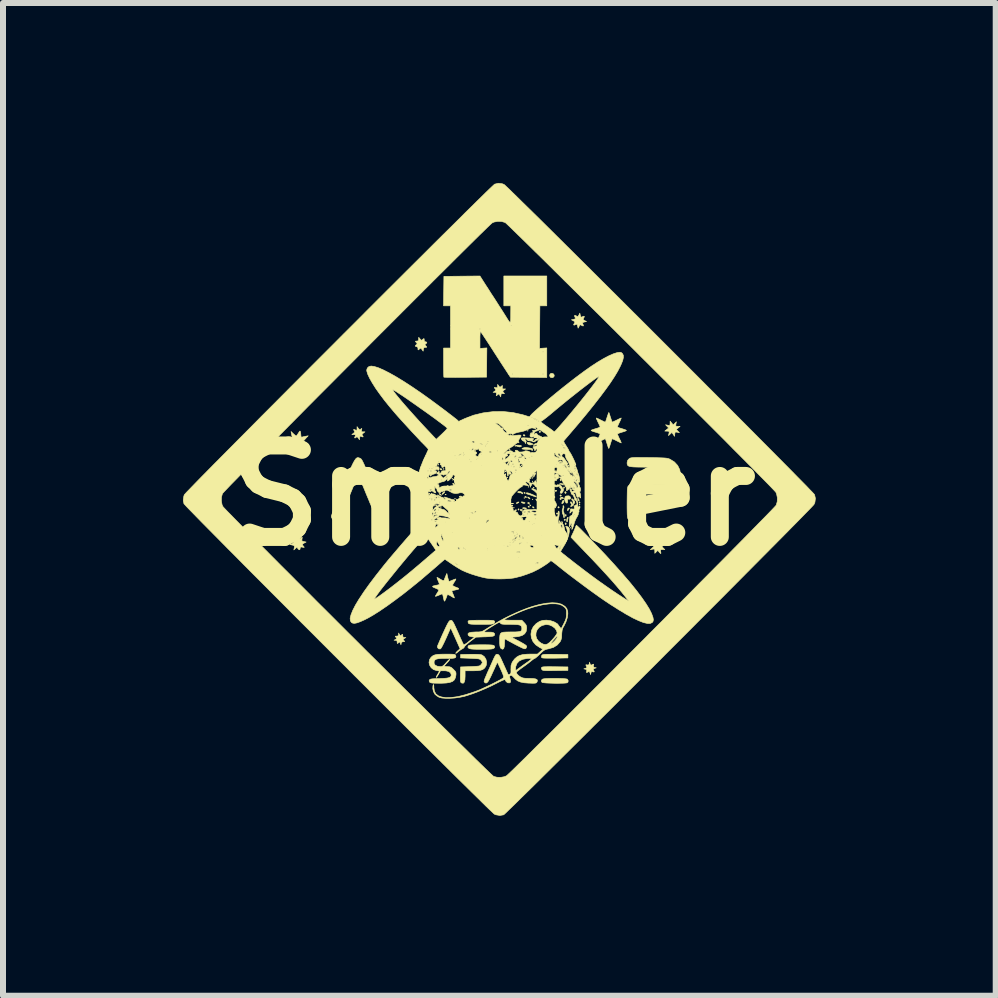
<source format=kicad_pcb>
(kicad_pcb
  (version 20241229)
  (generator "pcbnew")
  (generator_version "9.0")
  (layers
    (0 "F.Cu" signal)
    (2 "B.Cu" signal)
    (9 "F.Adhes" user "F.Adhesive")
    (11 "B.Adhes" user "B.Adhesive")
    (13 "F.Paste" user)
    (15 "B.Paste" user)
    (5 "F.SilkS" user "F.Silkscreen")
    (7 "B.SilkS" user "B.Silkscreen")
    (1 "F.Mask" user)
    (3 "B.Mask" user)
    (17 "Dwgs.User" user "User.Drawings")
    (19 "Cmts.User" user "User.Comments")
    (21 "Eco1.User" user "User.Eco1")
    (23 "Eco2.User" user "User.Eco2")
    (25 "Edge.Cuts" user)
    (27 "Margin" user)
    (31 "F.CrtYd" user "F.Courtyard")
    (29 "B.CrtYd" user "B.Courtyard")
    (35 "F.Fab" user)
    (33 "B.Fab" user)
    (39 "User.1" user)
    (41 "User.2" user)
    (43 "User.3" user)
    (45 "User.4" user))
  (footprint "Smaller"
    (layer "F.Cu")
    (at 5.176 5.211)
    (property "Reference" "Smaller" (at 0 0 0) (layer "F.SilkS") (effects (font (size 1.524 1.524) (thickness 0.3))))
    (attr through_hole)
    (fp_poly (pts (xy -0.912 -0.514) (xy -0.918 -0.508) (xy -0.924 -0.514) (xy -0.918 -0.52) (xy -0.912 -0.514)) (stroke (width 0.01) (type solid)) (fill yes) (layer "F.SilkS"))
    (fp_poly (pts (xy -0.681 -0.283) (xy -0.687 -0.277) (xy -0.693 -0.283) (xy -0.687 -0.289) (xy -0.681 -0.283)) (stroke (width 0.01) (type solid)) (fill yes) (layer "F.SilkS"))
    (fp_poly (pts (xy -0.635 -0.225) (xy -0.641 -0.219) (xy -0.647 -0.225) (xy -0.641 -0.231) (xy -0.635 -0.225)) (stroke (width 0.01) (type solid)) (fill yes) (layer "F.SilkS"))
    (fp_poly (pts (xy -0.635 0.052) (xy -0.641 0.058) (xy -0.647 0.052) (xy -0.641 0.046) (xy -0.635 0.052)) (stroke (width 0.01) (type solid)) (fill yes) (layer "F.SilkS"))
    (fp_poly (pts (xy -0.612 0.064) (xy -0.618 0.069) (xy -0.623 0.064) (xy -0.618 0.058) (xy -0.612 0.064)) (stroke (width 0.01) (type solid)) (fill yes) (layer "F.SilkS"))
    (fp_poly (pts (xy -0.531 0.341) (xy -0.537 0.346) (xy -0.543 0.341) (xy -0.537 0.335) (xy -0.531 0.341)) (stroke (width 0.01) (type solid)) (fill yes) (layer "F.SilkS"))
    (fp_poly (pts (xy 0.277 -0.768) (xy 0.271 -0.762) (xy 0.266 -0.768) (xy 0.271 -0.774) (xy 0.277 -0.768)) (stroke (width 0.01) (type solid)) (fill yes) (layer "F.SilkS"))
    (fp_poly (pts (xy 0.346 0.202) (xy 0.341 0.208) (xy 0.335 0.202) (xy 0.341 0.196) (xy 0.346 0.202)) (stroke (width 0.01) (type solid)) (fill yes) (layer "F.SilkS"))
    (fp_poly (pts (xy 0.52 0.04) (xy 0.514 0.046) (xy 0.508 0.04) (xy 0.514 0.035) (xy 0.52 0.04)) (stroke (width 0.01) (type solid)) (fill yes) (layer "F.SilkS"))
    (fp_poly (pts (xy 0.577 -1.079) (xy 0.572 -1.074) (xy 0.566 -1.079) (xy 0.572 -1.085) (xy 0.577 -1.079)) (stroke (width 0.01) (type solid)) (fill yes) (layer "F.SilkS"))
    (fp_poly (pts (xy 0.589 -0.144) (xy 0.583 -0.139) (xy 0.577 -0.144) (xy 0.583 -0.15) (xy 0.589 -0.144)) (stroke (width 0.01) (type solid)) (fill yes) (layer "F.SilkS"))
    (fp_poly (pts (xy 0.658 -0.237) (xy 0.652 -0.231) (xy 0.647 -0.237) (xy 0.652 -0.242) (xy 0.658 -0.237)) (stroke (width 0.01) (type solid)) (fill yes) (layer "F.SilkS"))
    (fp_poly (pts (xy 0.658 0.064) (xy 0.652 0.069) (xy 0.647 0.064) (xy 0.652 0.058) (xy 0.658 0.064)) (stroke (width 0.01) (type solid)) (fill yes) (layer "F.SilkS"))
    (fp_poly (pts (xy 0.843 -0.202) (xy 0.837 -0.196) (xy 0.831 -0.202) (xy 0.837 -0.208) (xy 0.843 -0.202)) (stroke (width 0.01) (type solid)) (fill yes) (layer "F.SilkS"))
    (fp_poly (pts (xy 0.877 -0.318) (xy 0.872 -0.312) (xy 0.866 -0.318) (xy 0.872 -0.323) (xy 0.877 -0.318)) (stroke (width 0.01) (type solid)) (fill yes) (layer "F.SilkS"))
    (fp_poly (pts (xy 0.889 0.283) (xy 0.883 0.289) (xy 0.877 0.283) (xy 0.883 0.277) (xy 0.889 0.283)) (stroke (width 0.01) (type solid)) (fill yes) (layer "F.SilkS"))
    (fp_poly (pts (xy 0.901 0.064) (xy 0.895 0.069) (xy 0.889 0.064) (xy 0.895 0.058) (xy 0.901 0.064)) (stroke (width 0.01) (type solid)) (fill yes) (layer "F.SilkS"))
    (fp_poly (pts (xy 0.981 -0.087) (xy 0.976 -0.081) (xy 0.97 -0.087) (xy 0.976 -0.092) (xy 0.981 -0.087)) (stroke (width 0.01) (type solid)) (fill yes) (layer "F.SilkS"))
    (fp_poly (pts (xy 1.085 0.802) (xy 1.079 0.808) (xy 1.074 0.802) (xy 1.079 0.797) (xy 1.085 0.802)) (stroke (width 0.01) (type solid)) (fill yes) (layer "F.SilkS"))
    (fp_poly (pts (xy 1.258 -0.502) (xy 1.253 -0.496) (xy 1.247 -0.502) (xy 1.253 -0.508) (xy 1.258 -0.502)) (stroke (width 0.01) (type solid)) (fill yes) (layer "F.SilkS"))
    (fp_poly (pts (xy 1.293 0.537) (xy 1.287 0.543) (xy 1.282 0.537) (xy 1.287 0.531) (xy 1.293 0.537)) (stroke (width 0.01) (type solid)) (fill yes) (layer "F.SilkS"))
    (fp_poly (pts (xy 1.385 -0.191) (xy 1.38 -0.185) (xy 1.374 -0.191) (xy 1.38 -0.196) (xy 1.385 -0.191)) (stroke (width 0.01) (type solid)) (fill yes) (layer "F.SilkS"))
    (fp_poly (pts (xy -0.87 0.189) (xy -0.871 0.195) (xy -0.877 0.196) (xy -0.887 0.192) (xy -0.885 0.189) (xy -0.871 0.187) (xy -0.87 0.189)) (stroke (width 0.01) (type solid)) (fill yes) (layer "F.SilkS"))
    (fp_poly (pts (xy -0.824 -0.446) (xy -0.825 -0.44) (xy -0.831 -0.439) (xy -0.841 -0.443) (xy -0.839 -0.446) (xy -0.825 -0.448) (xy -0.824 -0.446)) (stroke (width 0.01) (type solid)) (fill yes) (layer "F.SilkS"))
    (fp_poly (pts (xy -0.789 -0.019) (xy -0.791 -0.012) (xy -0.797 -0.012) (xy -0.806 -0.016) (xy -0.804 -0.019) (xy -0.791 -0.021) (xy -0.789 -0.019)) (stroke (width 0.01) (type solid)) (fill yes) (layer "F.SilkS"))
    (fp_poly (pts (xy -0.454 0.223) (xy -0.456 0.23) (xy -0.462 0.231) (xy -0.471 0.227) (xy -0.47 0.223) (xy -0.456 0.222) (xy -0.454 0.223)) (stroke (width 0.01) (type solid)) (fill yes) (layer "F.SilkS"))
    (fp_poly (pts (xy -0.292 -0.747) (xy -0.294 -0.74) (xy -0.3 -0.739) (xy -0.31 -0.743) (xy -0.308 -0.747) (xy -0.294 -0.748) (xy -0.292 -0.747)) (stroke (width 0.01) (type solid)) (fill yes) (layer "F.SilkS"))
    (fp_poly (pts (xy 0.204 -0.412) (xy 0.205 -0.398) (xy 0.204 -0.396) (xy 0.197 -0.398) (xy 0.196 -0.404) (xy 0.2 -0.414) (xy 0.204 -0.412)) (stroke (width 0.01) (type solid)) (fill yes) (layer "F.SilkS"))
    (fp_poly (pts (xy 0.204 -0.36) (xy 0.206 -0.342) (xy 0.203 -0.338) (xy 0.198 -0.341) (xy 0.197 -0.353) (xy 0.2 -0.365) (xy 0.204 -0.36)) (stroke (width 0.01) (type solid)) (fill yes) (layer "F.SilkS"))
    (fp_poly (pts (xy 0.239 -0.308) (xy 0.237 -0.301) (xy 0.231 -0.3) (xy 0.221 -0.304) (xy 0.223 -0.308) (xy 0.237 -0.309) (xy 0.239 -0.308)) (stroke (width 0.01) (type solid)) (fill yes) (layer "F.SilkS"))
    (fp_poly (pts (xy 0.481 -0.504) (xy 0.479 -0.497) (xy 0.473 -0.496) (xy 0.464 -0.501) (xy 0.466 -0.504) (xy 0.479 -0.506) (xy 0.481 -0.504)) (stroke (width 0.01) (type solid)) (fill yes) (layer "F.SilkS"))
    (fp_poly (pts (xy 0.654 -0.296) (xy 0.653 -0.289) (xy 0.647 -0.289) (xy 0.637 -0.293) (xy 0.639 -0.296) (xy 0.653 -0.298) (xy 0.654 -0.296)) (stroke (width 0.01) (type solid)) (fill yes) (layer "F.SilkS"))
    (fp_poly (pts (xy 0.677 -0.135) (xy 0.676 -0.128) (xy 0.67 -0.127) (xy 0.66 -0.131) (xy 0.662 -0.135) (xy 0.676 -0.136) (xy 0.677 -0.135)) (stroke (width 0.01) (type solid)) (fill yes) (layer "F.SilkS"))
    (fp_poly (pts (xy 0.735 -0.262) (xy 0.733 -0.255) (xy 0.727 -0.254) (xy 0.718 -0.258) (xy 0.72 -0.262) (xy 0.733 -0.263) (xy 0.735 -0.262)) (stroke (width 0.01) (type solid)) (fill yes) (layer "F.SilkS"))
    (fp_poly (pts (xy 0.804 -0.25) (xy 0.806 -0.236) (xy 0.804 -0.235) (xy 0.797 -0.236) (xy 0.797 -0.242) (xy 0.801 -0.252) (xy 0.804 -0.25)) (stroke (width 0.01) (type solid)) (fill yes) (layer "F.SilkS"))
    (fp_poly (pts (xy 0.862 -0.285) (xy 0.86 -0.278) (xy 0.854 -0.277) (xy 0.845 -0.281) (xy 0.847 -0.285) (xy 0.86 -0.286) (xy 0.862 -0.285)) (stroke (width 0.01) (type solid)) (fill yes) (layer "F.SilkS"))
    (fp_poly (pts (xy 0.862 -0.181) (xy 0.86 -0.174) (xy 0.854 -0.173) (xy 0.845 -0.177) (xy 0.847 -0.181) (xy 0.86 -0.182) (xy 0.862 -0.181)) (stroke (width 0.01) (type solid)) (fill yes) (layer "F.SilkS"))
    (fp_poly (pts (xy 0.978 -0.169) (xy 0.979 -0.156) (xy 0.978 -0.154) (xy 0.971 -0.156) (xy 0.97 -0.162) (xy 0.974 -0.171) (xy 0.978 -0.169)) (stroke (width 0.01) (type solid)) (fill yes) (layer "F.SilkS"))
    (fp_poly (pts (xy 1.439 0.142) (xy 1.441 0.156) (xy 1.439 0.158) (xy 1.432 0.156) (xy 1.432 0.15) (xy 1.436 0.141) (xy 1.439 0.142)) (stroke (width 0.01) (type solid)) (fill yes) (layer "F.SilkS"))
    (fp_poly (pts (xy -0.887 -0.027) (xy -0.877 -0.017) (xy -0.867 -0.003) (xy -0.874 -0.004) (xy -0.894 -0.018) (xy -0.907 -0.03) (xy -0.904 -0.035) (xy -0.887 -0.027)) (stroke (width 0.01) (type solid)) (fill yes) (layer "F.SilkS"))
    (fp_poly (pts (xy 0.591 0.031) (xy 0.6 0.04) (xy 0.61 0.055) (xy 0.604 0.055) (xy 0.582 0.041) (xy 0.57 0.028) (xy 0.573 0.023) (xy 0.591 0.031)) (stroke (width 0.01) (type solid)) (fill yes) (layer "F.SilkS"))
    (fp_poly (pts (xy 0.61 0.155) (xy 0.622 0.165) (xy 0.623 0.168) (xy 0.618 0.173) (xy 0.607 0.162) (xy 0.605 0.16) (xy 0.604 0.152) (xy 0.61 0.155)) (stroke (width 0.01) (type solid)) (fill yes) (layer "F.SilkS"))
    (fp_poly (pts (xy 0.757 -0.327) (xy 0.772 -0.319) (xy 0.766 -0.315) (xy 0.751 -0.315) (xy 0.735 -0.32) (xy 0.734 -0.325) (xy 0.748 -0.329) (xy 0.757 -0.327)) (stroke (width 0.01) (type solid)) (fill yes) (layer "F.SilkS"))
    (fp_poly (pts (xy 0.782 -0.919) (xy 0.781 -0.907) (xy 0.773 -0.9) (xy 0.752 -0.89) (xy 0.745 -0.893) (xy 0.756 -0.908) (xy 0.773 -0.919) (xy 0.782 -0.919)) (stroke (width 0.01) (type solid)) (fill yes) (layer "F.SilkS"))
    (fp_poly (pts (xy 0.821 -0.35) (xy 0.831 -0.341) (xy 0.841 -0.326) (xy 0.834 -0.326) (xy 0.82 -0.334) (xy 0.809 -0.347) (xy 0.81 -0.352) (xy 0.821 -0.35)) (stroke (width 0.01) (type solid)) (fill yes) (layer "F.SilkS"))
    (fp_poly (pts (xy 1.13 -0.263) (xy 1.129 -0.252) (xy 1.123 -0.244) (xy 1.115 -0.252) (xy 1.111 -0.269) (xy 1.113 -0.274) (xy 1.124 -0.276) (xy 1.13 -0.263)) (stroke (width 0.01) (type solid)) (fill yes) (layer "F.SilkS"))
    (fp_poly (pts (xy 1.184 -0.142) (xy 1.182 -0.133) (xy 1.173 -0.117) (xy 1.167 -0.12) (xy 1.166 -0.126) (xy 1.174 -0.142) (xy 1.178 -0.144) (xy 1.184 -0.142)) (stroke (width 0.01) (type solid)) (fill yes) (layer "F.SilkS"))
    (fp_poly (pts (xy 1.211 0.32) (xy 1.212 0.328) (xy 1.208 0.345) (xy 1.198 0.34) (xy 1.195 0.336) (xy 1.197 0.321) (xy 1.201 0.318) (xy 1.211 0.32)) (stroke (width 0.01) (type solid)) (fill yes) (layer "F.SilkS"))
    (fp_poly (pts (xy 1.211 0.459) (xy 1.212 0.467) (xy 1.208 0.484) (xy 1.198 0.479) (xy 1.195 0.474) (xy 1.197 0.459) (xy 1.201 0.456) (xy 1.211 0.459)) (stroke (width 0.01) (type solid)) (fill yes) (layer "F.SilkS"))
    (fp_poly (pts (xy -1.132 -0.026) (xy -1.131 -0.023) (xy -1.14 -0.012) (xy -1.143 -0.012) (xy -1.154 -0.02) (xy -1.155 -0.023) (xy -1.146 -0.034) (xy -1.143 -0.035) (xy -1.132 -0.026)) (stroke (width 0.01) (type solid)) (fill yes) (layer "F.SilkS"))
    (fp_poly (pts (xy -1.105 -0.061) (xy -1.103 -0.058) (xy -1.103 -0.047) (xy -1.107 -0.046) (xy -1.123 -0.055) (xy -1.126 -0.058) (xy -1.125 -0.068) (xy -1.121 -0.069) (xy -1.105 -0.061)) (stroke (width 0.01) (type solid)) (fill yes) (layer "F.SilkS"))
    (fp_poly (pts (xy -1.063 -0.04) (xy -1.062 -0.036) (xy -1.071 -0.02) (xy -1.074 -0.017) (xy -1.084 -0.018) (xy -1.085 -0.022) (xy -1.077 -0.038) (xy -1.074 -0.04) (xy -1.063 -0.04)) (stroke (width 0.01) (type solid)) (fill yes) (layer "F.SilkS"))
    (fp_poly (pts (xy -0.947 0.158) (xy -0.947 0.162) (xy -0.951 0.173) (xy -0.952 0.173) (xy -0.962 0.165) (xy -0.964 0.162) (xy -0.963 0.151) (xy -0.959 0.15) (xy -0.947 0.158)) (stroke (width 0.01) (type solid)) (fill yes) (layer "F.SilkS"))
    (fp_poly (pts (xy -0.863 -0.442) (xy -0.86 -0.439) (xy -0.863 -0.429) (xy -0.871 -0.427) (xy -0.887 -0.433) (xy -0.889 -0.439) (xy -0.881 -0.45) (xy -0.878 -0.45) (xy -0.863 -0.442)) (stroke (width 0.01) (type solid)) (fill yes) (layer "F.SilkS"))
    (fp_poly (pts (xy -0.815 -0.054) (xy -0.829 -0.037) (xy -0.848 -0.022) (xy -0.858 -0.019) (xy -0.855 -0.03) (xy -0.841 -0.048) (xy -0.823 -0.063) (xy -0.812 -0.065) (xy -0.815 -0.054)) (stroke (width 0.01) (type solid)) (fill yes) (layer "F.SilkS"))
    (fp_poly (pts (xy -0.662 -0.27) (xy -0.664 -0.266) (xy -0.675 -0.255) (xy -0.677 -0.254) (xy -0.678 -0.261) (xy -0.675 -0.266) (xy -0.665 -0.277) (xy -0.663 -0.277) (xy -0.662 -0.27)) (stroke (width 0.01) (type solid)) (fill yes) (layer "F.SilkS"))
    (fp_poly (pts (xy 0.332 0.131) (xy 0.336 0.134) (xy 0.32 0.136) (xy 0.312 0.136) (xy 0.291 0.135) (xy 0.288 0.132) (xy 0.292 0.131) (xy 0.321 0.129) (xy 0.332 0.131)) (stroke (width 0.01) (type solid)) (fill yes) (layer "F.SilkS"))
    (fp_poly (pts (xy 0.423 0.108) (xy 0.424 0.108) (xy 0.419 0.117) (xy 0.405 0.126) (xy 0.387 0.132) (xy 0.381 0.129) (xy 0.39 0.117) (xy 0.408 0.108) (xy 0.423 0.108)) (stroke (width 0.01) (type solid)) (fill yes) (layer "F.SilkS"))
    (fp_poly (pts (xy 0.427 0.228) (xy 0.427 0.231) (xy 0.418 0.242) (xy 0.415 0.242) (xy 0.408 0.235) (xy 0.41 0.231) (xy 0.42 0.22) (xy 0.422 0.219) (xy 0.427 0.228)) (stroke (width 0.01) (type solid)) (fill yes) (layer "F.SilkS"))
    (fp_poly (pts (xy 0.48 0.236) (xy 0.485 0.242) (xy 0.476 0.253) (xy 0.468 0.254) (xy 0.449 0.247) (xy 0.445 0.242) (xy 0.448 0.233) (xy 0.461 0.231) (xy 0.48 0.236)) (stroke (width 0.01) (type solid)) (fill yes) (layer "F.SilkS"))
    (fp_poly (pts (xy 0.52 -0.052) (xy 0.531 -0.042) (xy 0.531 -0.04) (xy 0.522 -0.035) (xy 0.52 -0.035) (xy 0.508 -0.044) (xy 0.508 -0.047) (xy 0.515 -0.054) (xy 0.52 -0.052)) (stroke (width 0.01) (type solid)) (fill yes) (layer "F.SilkS"))
    (fp_poly (pts (xy 0.523 -1.008) (xy 0.525 -1.004) (xy 0.523 -0.995) (xy 0.514 -0.993) (xy 0.499 -0.999) (xy 0.496 -1.004) (xy 0.505 -1.016) (xy 0.507 -1.016) (xy 0.523 -1.008)) (stroke (width 0.01) (type solid)) (fill yes) (layer "F.SilkS"))
    (fp_poly (pts (xy 0.546 0.02) (xy 0.548 0.023) (xy 0.548 0.034) (xy 0.544 0.035) (xy 0.528 0.026) (xy 0.525 0.023) (xy 0.526 0.012) (xy 0.53 0.012) (xy 0.546 0.02)) (stroke (width 0.01) (type solid)) (fill yes) (layer "F.SilkS"))
    (fp_poly (pts (xy 0.589 0.179) (xy 0.6 0.189) (xy 0.6 0.191) (xy 0.591 0.196) (xy 0.589 0.196) (xy 0.578 0.187) (xy 0.577 0.184) (xy 0.584 0.177) (xy 0.589 0.179)) (stroke (width 0.01) (type solid)) (fill yes) (layer "F.SilkS"))
    (fp_poly (pts (xy 0.598 0.121) (xy 0.6 0.127) (xy 0.592 0.138) (xy 0.59 0.139) (xy 0.574 0.13) (xy 0.572 0.127) (xy 0.574 0.117) (xy 0.582 0.115) (xy 0.598 0.121)) (stroke (width 0.01) (type solid)) (fill yes) (layer "F.SilkS"))
    (fp_poly (pts (xy 0.673 0.193) (xy 0.675 0.196) (xy 0.675 0.207) (xy 0.671 0.208) (xy 0.655 0.199) (xy 0.652 0.196) (xy 0.653 0.186) (xy 0.657 0.185) (xy 0.673 0.193)) (stroke (width 0.01) (type solid)) (fill yes) (layer "F.SilkS"))
    (fp_poly (pts (xy 0.777 -0.263) (xy 0.774 -0.26) (xy 0.757 -0.244) (xy 0.751 -0.248) (xy 0.75 -0.253) (xy 0.76 -0.265) (xy 0.769 -0.27) (xy 0.782 -0.273) (xy 0.777 -0.263)) (stroke (width 0.01) (type solid)) (fill yes) (layer "F.SilkS"))
    (fp_poly (pts (xy 0.785 -1.065) (xy 0.785 -1.062) (xy 0.776 -1.051) (xy 0.774 -1.051) (xy 0.762 -1.059) (xy 0.762 -1.062) (xy 0.771 -1.073) (xy 0.774 -1.074) (xy 0.785 -1.065)) (stroke (width 0.01) (type solid)) (fill yes) (layer "F.SilkS"))
    (fp_poly (pts (xy 0.785 -0.869) (xy 0.785 -0.866) (xy 0.776 -0.855) (xy 0.774 -0.854) (xy 0.762 -0.863) (xy 0.762 -0.866) (xy 0.771 -0.877) (xy 0.774 -0.877) (xy 0.785 -0.869)) (stroke (width 0.01) (type solid)) (fill yes) (layer "F.SilkS"))
    (fp_poly (pts (xy 0.799 0.205) (xy 0.808 0.22) (xy 0.806 0.225) (xy 0.794 0.225) (xy 0.793 0.223) (xy 0.785 0.205) (xy 0.785 0.204) (xy 0.791 0.199) (xy 0.799 0.205)) (stroke (width 0.01) (type solid)) (fill yes) (layer "F.SilkS"))
    (fp_poly (pts (xy 0.818 -0.141) (xy 0.82 -0.133) (xy 0.813 -0.117) (xy 0.808 -0.115) (xy 0.798 -0.125) (xy 0.797 -0.133) (xy 0.803 -0.148) (xy 0.808 -0.15) (xy 0.818 -0.141)) (stroke (width 0.01) (type solid)) (fill yes) (layer "F.SilkS"))
    (fp_poly (pts (xy 0.819 -0.303) (xy 0.82 -0.3) (xy 0.816 -0.289) (xy 0.815 -0.289) (xy 0.805 -0.297) (xy 0.802 -0.3) (xy 0.803 -0.311) (xy 0.807 -0.312) (xy 0.819 -0.303)) (stroke (width 0.01) (type solid)) (fill yes) (layer "F.SilkS"))
    (fp_poly (pts (xy 0.854 -0.121) (xy 0.865 -0.111) (xy 0.866 -0.109) (xy 0.857 -0.104) (xy 0.854 -0.104) (xy 0.843 -0.113) (xy 0.843 -0.116) (xy 0.85 -0.123) (xy 0.854 -0.121)) (stroke (width 0.01) (type solid)) (fill yes) (layer "F.SilkS"))
    (fp_poly (pts (xy 0.856 0.376) (xy 0.861 0.386) (xy 0.865 0.405) (xy 0.863 0.411) (xy 0.855 0.407) (xy 0.85 0.397) (xy 0.846 0.378) (xy 0.848 0.372) (xy 0.856 0.376)) (stroke (width 0.01) (type solid)) (fill yes) (layer "F.SilkS"))
    (fp_poly (pts (xy 0.861 0.294) (xy 0.86 0.3) (xy 0.845 0.311) (xy 0.842 0.312) (xy 0.832 0.303) (xy 0.831 0.3) (xy 0.841 0.29) (xy 0.849 0.289) (xy 0.861 0.294)) (stroke (width 0.01) (type solid)) (fill yes) (layer "F.SilkS"))
    (fp_poly (pts (xy 0.877 -0.361) (xy 0.877 -0.358) (xy 0.869 -0.347) (xy 0.866 -0.346) (xy 0.855 -0.355) (xy 0.854 -0.358) (xy 0.863 -0.369) (xy 0.866 -0.369) (xy 0.877 -0.361)) (stroke (width 0.01) (type solid)) (fill yes) (layer "F.SilkS"))
    (fp_poly (pts (xy 0.895 -0.258) (xy 0.91 -0.244) (xy 0.912 -0.235) (xy 0.908 -0.221) (xy 0.898 -0.227) (xy 0.889 -0.242) (xy 0.883 -0.258) (xy 0.891 -0.26) (xy 0.895 -0.258)) (stroke (width 0.01) (type solid)) (fill yes) (layer "F.SilkS"))
    (fp_poly (pts (xy 0.946 -0.026) (xy 0.947 -0.023) (xy 0.937 -0.013) (xy 0.929 -0.012) (xy 0.917 -0.017) (xy 0.918 -0.023) (xy 0.933 -0.034) (xy 0.936 -0.035) (xy 0.946 -0.026)) (stroke (width 0.01) (type solid)) (fill yes) (layer "F.SilkS"))
    (fp_poly (pts (xy 0.992 0.412) (xy 0.993 0.416) (xy 0.989 0.427) (xy 0.988 0.427) (xy 0.978 0.419) (xy 0.976 0.416) (xy 0.977 0.405) (xy 0.981 0.404) (xy 0.992 0.412)) (stroke (width 0.01) (type solid)) (fill yes) (layer "F.SilkS"))
    (fp_poly (pts (xy 1.012 -0.051) (xy 1.01 -0.046) (xy 1 -0.035) (xy 0.998 -0.035) (xy 0.993 -0.044) (xy 0.993 -0.046) (xy 1.002 -0.057) (xy 1.005 -0.058) (xy 1.012 -0.051)) (stroke (width 0.01) (type solid)) (fill yes) (layer "F.SilkS"))
    (fp_poly (pts (xy 1.054 -0.084) (xy 1.055 -0.078) (xy 1.04 -0.069) (xy 1.039 -0.069) (xy 1.024 -0.077) (xy 1.023 -0.078) (xy 1.028 -0.086) (xy 1.039 -0.087) (xy 1.054 -0.084)) (stroke (width 0.01) (type solid)) (fill yes) (layer "F.SilkS"))
    (fp_poly (pts (xy 1.073 0.297) (xy 1.074 0.3) (xy 1.065 0.311) (xy 1.062 0.312) (xy 1.051 0.303) (xy 1.051 0.3) (xy 1.059 0.289) (xy 1.062 0.289) (xy 1.073 0.297)) (stroke (width 0.01) (type solid)) (fill yes) (layer "F.SilkS"))
    (fp_poly (pts (xy 1.096 0.194) (xy 1.097 0.196) (xy 1.088 0.207) (xy 1.085 0.208) (xy 1.074 0.199) (xy 1.074 0.196) (xy 1.083 0.185) (xy 1.085 0.185) (xy 1.096 0.194)) (stroke (width 0.01) (type solid)) (fill yes) (layer "F.SilkS"))
    (fp_poly (pts (xy 1.131 -0.003) (xy 1.131 0) (xy 1.123 0.011) (xy 1.12 0.012) (xy 1.109 0.003) (xy 1.108 0) (xy 1.117 -0.011) (xy 1.12 -0.012) (xy 1.131 -0.003)) (stroke (width 0.01) (type solid)) (fill yes) (layer "F.SilkS"))
    (fp_poly (pts (xy 1.2 0.401) (xy 1.201 0.404) (xy 1.192 0.415) (xy 1.189 0.416) (xy 1.178 0.407) (xy 1.178 0.404) (xy 1.186 0.393) (xy 1.189 0.393) (xy 1.2 0.401)) (stroke (width 0.01) (type solid)) (fill yes) (layer "F.SilkS"))
    (fp_poly (pts (xy 1.201 -0.064) (xy 1.212 -0.049) (xy 1.212 -0.046) (xy 1.203 -0.035) (xy 1.201 -0.035) (xy 1.191 -0.044) (xy 1.189 -0.053) (xy 1.195 -0.065) (xy 1.201 -0.064)) (stroke (width 0.01) (type solid)) (fill yes) (layer "F.SilkS"))
    (fp_poly (pts (xy 1.419 0.055) (xy 1.428 0.074) (xy 1.428 0.089) (xy 1.427 0.089) (xy 1.419 0.085) (xy 1.409 0.07) (xy 1.403 0.052) (xy 1.407 0.046) (xy 1.419 0.055)) (stroke (width 0.01) (type solid)) (fill yes) (layer "F.SilkS"))
    (fp_poly (pts (xy 1.443 0.112) (xy 1.443 0.115) (xy 1.439 0.127) (xy 1.438 0.127) (xy 1.428 0.119) (xy 1.426 0.115) (xy 1.427 0.105) (xy 1.431 0.104) (xy 1.443 0.112)) (stroke (width 0.01) (type solid)) (fill yes) (layer "F.SilkS"))
    (fp_poly (pts (xy -0.535 0.011) (xy -0.522 0.019) (xy -0.515 0.031) (xy -0.527 0.034) (xy -0.536 0.035) (xy -0.56 0.031) (xy -0.571 0.024) (xy -0.569 0.014) (xy -0.554 0.009) (xy -0.535 0.011)) (stroke (width 0.01) (type solid)) (fill yes) (layer "F.SilkS"))
    (fp_poly (pts (xy 0.543 0.208) (xy 0.551 0.214) (xy 0.538 0.219) (xy 0.521 0.219) (xy 0.496 0.217) (xy 0.485 0.21) (xy 0.485 0.209) (xy 0.495 0.203) (xy 0.515 0.203) (xy 0.543 0.208)) (stroke (width 0.01) (type solid)) (fill yes) (layer "F.SilkS"))
    (fp_poly (pts (xy 0.785 -0.077) (xy 0.789 -0.07) (xy 0.799 -0.044) (xy 0.796 -0.037) (xy 0.78 -0.048) (xy 0.768 -0.059) (xy 0.754 -0.079) (xy 0.758 -0.093) (xy 0.771 -0.096) (xy 0.785 -0.077)) (stroke (width 0.01) (type solid)) (fill yes) (layer "F.SilkS"))
    (fp_poly (pts (xy 1.266 0.21) (xy 1.262 0.222) (xy 1.257 0.228) (xy 1.244 0.246) (xy 1.239 0.253) (xy 1.236 0.247) (xy 1.235 0.233) (xy 1.243 0.212) (xy 1.254 0.208) (xy 1.266 0.21)) (stroke (width 0.01) (type solid)) (fill yes) (layer "F.SilkS"))
    (fp_poly (pts (xy 0.311 0.159) (xy 0.323 0.161) (xy 0.321 0.166) (xy 0.307 0.176) (xy 0.292 0.184) (xy 0.288 0.185) (xy 0.274 0.178) (xy 0.273 0.177) (xy 0.266 0.163) (xy 0.28 0.157) (xy 0.311 0.159)) (stroke (width 0.01) (type solid)) (fill yes) (layer "F.SilkS"))
    (fp_poly (pts (xy 0.473 0.105) (xy 0.499 0.11) (xy 0.513 0.114) (xy 0.528 0.122) (xy 0.521 0.128) (xy 0.517 0.13) (xy 0.494 0.129) (xy 0.477 0.121) (xy 0.464 0.109) (xy 0.471 0.105) (xy 0.473 0.105)) (stroke (width 0.01) (type solid)) (fill yes) (layer "F.SilkS"))
    (fp_poly (pts (xy 0.748 -0.872) (xy 0.738 -0.86) (xy 0.712 -0.844) (xy 0.688 -0.838) (xy 0.667 -0.837) (xy 0.666 -0.843) (xy 0.672 -0.849) (xy 0.694 -0.862) (xy 0.722 -0.871) (xy 0.744 -0.875) (xy 0.748 -0.872)) (stroke (width 0.01) (type solid)) (fill yes) (layer "F.SilkS"))
    (fp_poly (pts (xy 1.171 0.081) (xy 1.175 0.099) (xy 1.166 0.121) (xy 1.147 0.135) (xy 1.146 0.136) (xy 1.139 0.132) (xy 1.143 0.113) (xy 1.146 0.105) (xy 1.159 0.081) (xy 1.171 0.081) (xy 1.171 0.081)) (stroke (width 0.01) (type solid)) (fill yes) (layer "F.SilkS"))
    (fp_poly (pts (xy -0.489 0.373) (xy -0.482 0.389) (xy -0.478 0.415) (xy -0.478 0.441) (xy -0.481 0.459) (xy -0.484 0.462) (xy -0.492 0.452) (xy -0.499 0.427) (xy -0.5 0.419) (xy -0.504 0.384) (xy -0.499 0.369) (xy -0.489 0.373)) (stroke (width 0.01) (type solid)) (fill yes) (layer "F.SilkS"))
    (fp_poly (pts (xy 0.599 -0.884) (xy 0.629 -0.873) (xy 0.652 -0.863) (xy 0.655 -0.855) (xy 0.641 -0.847) (xy 0.607 -0.843) (xy 0.592 -0.848) (xy 0.569 -0.863) (xy 0.56 -0.878) (xy 0.566 -0.887) (xy 0.575 -0.888) (xy 0.599 -0.884)) (stroke (width 0.01) (type solid)) (fill yes) (layer "F.SilkS"))
    (fp_poly (pts (xy 0.843 -0.038) (xy 0.843 -0.035) (xy 0.852 -0.024) (xy 0.863 -0.02) (xy 0.874 -0.015) (xy 0.863 -0.013) (xy 0.858 -0.013) (xy 0.836 -0.019) (xy 0.827 -0.029) (xy 0.827 -0.044) (xy 0.832 -0.046) (xy 0.843 -0.038)) (stroke (width 0.01) (type solid)) (fill yes) (layer "F.SilkS"))
    (fp_poly (pts (xy 0.996 -2.031) (xy 1.008 -2.019) (xy 1.014 -1.994) (xy 1.002 -1.975) (xy 0.98 -1.965) (xy 0.953 -1.97) (xy 0.949 -1.973) (xy 0.938 -1.991) (xy 0.937 -2.01) (xy 0.949 -2.031) (xy 0.972 -2.038) (xy 0.996 -2.031)) (stroke (width 0.01) (type solid)) (fill yes) (layer "F.SilkS"))
    (fp_poly (pts (xy 1.143 -0.199) (xy 1.162 -0.191) (xy 1.166 -0.183) (xy 1.164 -0.174) (xy 1.153 -0.178) (xy 1.144 -0.184) (xy 1.119 -0.19) (xy 1.109 -0.188) (xy 1.098 -0.186) (xy 1.103 -0.194) (xy 1.12 -0.201) (xy 1.143 -0.199)) (stroke (width 0.01) (type solid)) (fill yes) (layer "F.SilkS"))
    (fp_poly (pts (xy 1.246 0.364) (xy 1.243 0.382) (xy 1.237 0.409) (xy 1.236 0.424) (xy 1.229 0.438) (xy 1.226 0.439) (xy 1.221 0.429) (xy 1.221 0.405) (xy 1.221 0.404) (xy 1.229 0.377) (xy 1.239 0.362) (xy 1.246 0.364)) (stroke (width 0.01) (type solid)) (fill yes) (layer "F.SilkS"))
    (fp_poly (pts (xy 0.433 -0.838) (xy 0.458 -0.834) (xy 0.468 -0.826) (xy 0.458 -0.815) (xy 0.436 -0.811) (xy 0.41 -0.816) (xy 0.401 -0.82) (xy 0.379 -0.827) (xy 0.368 -0.824) (xy 0.36 -0.823) (xy 0.362 -0.829) (xy 0.377 -0.837) (xy 0.404 -0.84) (xy 0.433 -0.838)) (stroke (width 0.01) (type solid)) (fill yes) (layer "F.SilkS"))
    (fp_poly (pts (xy 0.455 -0.064) (xy 0.477 -0.053) (xy 0.489 -0.039) (xy 0.486 -0.029) (xy 0.474 -0.03) (xy 0.473 -0.034) (xy 0.465 -0.045) (xy 0.459 -0.045) (xy 0.427 -0.045) (xy 0.407 -0.052) (xy 0.404 -0.058) (xy 0.414 -0.067) (xy 0.43 -0.069) (xy 0.455 -0.064)) (stroke (width 0.01) (type solid)) (fill yes) (layer "F.SilkS"))
    (fp_poly (pts (xy 1.156 0.03) (xy 1.166 0.046) (xy 1.166 0.048) (xy 1.16 0.053) (xy 1.149 0.046) (xy 1.135 0.038) (xy 1.131 0.049) (xy 1.131 0.051) (xy 1.126 0.067) (xy 1.12 0.069) (xy 1.109 0.06) (xy 1.108 0.053) (xy 1.118 0.036) (xy 1.138 0.027) (xy 1.156 0.03)) (stroke (width 0.01) (type solid)) (fill yes) (layer "F.SilkS"))
    (fp_poly (pts (xy 1.32 0.059) (xy 1.334 0.072) (xy 1.353 0.099) (xy 1.356 0.12) (xy 1.344 0.135) (xy 1.331 0.138) (xy 1.326 0.13) (xy 1.326 0.112) (xy 1.327 0.101) (xy 1.323 0.084) (xy 1.317 0.081) (xy 1.306 0.071) (xy 1.305 0.062) (xy 1.308 0.053) (xy 1.32 0.059)) (stroke (width 0.01) (type solid)) (fill yes) (layer "F.SilkS"))
    (fp_poly (pts (xy 1.304 0.113) (xy 1.305 0.12) (xy 1.314 0.137) (xy 1.325 0.144) (xy 1.338 0.151) (xy 1.333 0.16) (xy 1.323 0.168) (xy 1.3 0.182) (xy 1.287 0.183) (xy 1.289 0.173) (xy 1.293 0.167) (xy 1.302 0.148) (xy 1.295 0.136) (xy 1.283 0.117) (xy 1.287 0.105) (xy 1.293 0.104) (xy 1.304 0.113)) (stroke (width 0.01) (type solid)) (fill yes) (layer "F.SilkS"))
    (fp_poly (pts (xy 0.581 -0.042) (xy 0.614 -0.031) (xy 0.652 -0.016) (xy 0.686 -0.001) (xy 0.707 0.011) (xy 0.709 0.012) (xy 0.714 0.022) (xy 0.699 0.02) (xy 0.663 0.008) (xy 0.652 0.004) (xy 0.617 -0.009) (xy 0.586 -0.018) (xy 0.58 -0.02) (xy 0.557 -0.028) (xy 0.547 -0.039) (xy 0.551 -0.045) (xy 0.559 -0.046) (xy 0.581 -0.042)) (stroke (width 0.01) (type solid)) (fill yes) (layer "F.SilkS"))
    (fp_poly (pts (xy 0.719 0.066) (xy 0.744 0.087) (xy 0.775 0.118) (xy 0.811 0.154) (xy 0.846 0.192) (xy 0.877 0.227) (xy 0.901 0.256) (xy 0.902 0.257) (xy 0.917 0.279) (xy 0.92 0.286) (xy 0.909 0.279) (xy 0.883 0.255) (xy 0.86 0.233) (xy 0.812 0.185) (xy 0.771 0.142) (xy 0.738 0.105) (xy 0.715 0.077) (xy 0.705 0.061) (xy 0.707 0.058) (xy 0.719 0.066)) (stroke (width 0.01) (type solid)) (fill yes) (layer "F.SilkS"))
    (fp_poly (pts (xy 0.996 2.854) (xy 1.024 2.854) (xy 1.241 2.857) (xy 1.241 2.915) (xy 1.032 2.918) (xy 0.956 2.919) (xy 0.899 2.919) (xy 0.859 2.918) (xy 0.833 2.915) (xy 0.817 2.91) (xy 0.809 2.904) (xy 0.809 2.904) (xy 0.799 2.881) (xy 0.801 2.869) (xy 0.806 2.863) (xy 0.818 2.858) (xy 0.84 2.855) (xy 0.875 2.854) (xy 0.926 2.853) (xy 0.996 2.854)) (stroke (width 0.01) (type solid)) (fill yes) (layer "F.SilkS"))
    (fp_poly (pts (xy 1.032 2.647) (xy 1.032 2.647) (xy 1.241 2.65) (xy 1.241 2.707) (xy 1.024 2.711) (xy 0.947 2.711) (xy 0.89 2.711) (xy 0.85 2.71) (xy 0.824 2.708) (xy 0.809 2.704) (xy 0.802 2.698) (xy 0.801 2.696) (xy 0.802 2.673) (xy 0.809 2.661) (xy 0.817 2.655) (xy 0.833 2.65) (xy 0.859 2.647) (xy 0.899 2.646) (xy 0.955 2.646) (xy 1.032 2.647)) (stroke (width 0.01) (type solid)) (fill yes) (layer "F.SilkS"))
    (fp_poly (pts (xy 0.596 -0.794) (xy 0.628 -0.787) (xy 0.646 -0.781) (xy 0.653 -0.774) (xy 0.654 -0.768) (xy 0.649 -0.752) (xy 0.645 -0.75) (xy 0.635 -0.759) (xy 0.635 -0.763) (xy 0.627 -0.771) (xy 0.617 -0.769) (xy 0.597 -0.767) (xy 0.562 -0.767) (xy 0.531 -0.77) (xy 0.494 -0.774) (xy 0.476 -0.778) (xy 0.476 -0.783) (xy 0.489 -0.791) (xy 0.521 -0.801) (xy 0.544 -0.802) (xy 0.596 -0.794)) (stroke (width 0.01) (type solid)) (fill yes) (layer "F.SilkS"))
    (fp_poly (pts (xy 1.276 0.016) (xy 1.288 0.038) (xy 1.283 0.055) (xy 1.263 0.062) (xy 1.256 0.06) (xy 1.24 0.059) (xy 1.235 0.07) (xy 1.238 0.091) (xy 1.236 0.118) (xy 1.225 0.128) (xy 1.209 0.12) (xy 1.193 0.094) (xy 1.192 0.09) (xy 1.184 0.056) (xy 1.189 0.04) (xy 1.196 0.025) (xy 1.194 0.02) (xy 1.199 0.014) (xy 1.22 0.007) (xy 1.223 0.006) (xy 1.258 0.005) (xy 1.276 0.016)) (stroke (width 0.01) (type solid)) (fill yes) (layer "F.SilkS"))
    (fp_poly (pts (xy 1.107 3.049) (xy 1.16 3.051) (xy 1.202 3.055) (xy 1.228 3.059) (xy 1.233 3.062) (xy 1.246 3.086) (xy 1.243 3.109) (xy 1.229 3.122) (xy 1.207 3.125) (xy 1.169 3.128) (xy 1.118 3.129) (xy 1.06 3.13) (xy 0.999 3.129) (xy 0.939 3.127) (xy 0.886 3.125) (xy 0.843 3.121) (xy 0.817 3.118) (xy 0.81 3.115) (xy 0.797 3.091) (xy 0.807 3.069) (xy 0.819 3.06) (xy 0.84 3.055) (xy 0.877 3.051) (xy 0.928 3.049) (xy 0.986 3.048) (xy 1.047 3.048) (xy 1.107 3.049)) (stroke (width 0.01) (type solid)) (fill yes) (layer "F.SilkS"))
    (fp_poly (pts (xy 1.167 0.17) (xy 1.169 0.171) (xy 1.176 0.19) (xy 1.17 0.221) (xy 1.169 0.224) (xy 1.163 0.251) (xy 1.164 0.267) (xy 1.166 0.268) (xy 1.173 0.28) (xy 1.18 0.305) (xy 1.183 0.334) (xy 1.183 0.358) (xy 1.178 0.369) (xy 1.178 0.369) (xy 1.169 0.36) (xy 1.166 0.341) (xy 1.163 0.319) (xy 1.157 0.312) (xy 1.151 0.301) (xy 1.147 0.276) (xy 1.146 0.266) (xy 1.147 0.237) (xy 1.152 0.221) (xy 1.154 0.219) (xy 1.159 0.21) (xy 1.16 0.189) (xy 1.16 0.169) (xy 1.167 0.17)) (stroke (width 0.01) (type solid)) (fill yes) (layer "F.SilkS"))
    (fp_poly (pts (xy -0.125 2.078) (xy -0.068 2.079) (xy -0.028 2.081) (xy -0.003 2.084) (xy 0.012 2.089) (xy 0.018 2.095) (xy 0.019 2.096) (xy 0.018 2.118) (xy 0.011 2.13) (xy 0.002 2.137) (xy -0.016 2.141) (xy -0.045 2.145) (xy -0.089 2.146) (xy -0.151 2.147) (xy -0.202 2.147) (xy -0.277 2.147) (xy -0.333 2.146) (xy -0.371 2.144) (xy -0.396 2.14) (xy -0.41 2.135) (xy -0.416 2.13) (xy -0.424 2.108) (xy -0.423 2.096) (xy -0.418 2.089) (xy -0.404 2.085) (xy -0.381 2.082) (xy -0.343 2.08) (xy -0.289 2.079) (xy -0.216 2.078) (xy -0.202 2.078) (xy -0.125 2.078)) (stroke (width 0.01) (type solid)) (fill yes) (layer "F.SilkS"))
    (fp_poly (pts (xy -0.128 2.488) (xy -0.074 2.489) (xy -0.036 2.491) (xy -0.011 2.494) (xy 0.004 2.498) (xy 0.013 2.505) (xy 0.016 2.509) (xy 0.022 2.528) (xy 0.009 2.544) (xy 0.006 2.546) (xy -0.008 2.553) (xy -0.033 2.558) (xy -0.071 2.561) (xy -0.126 2.563) (xy -0.201 2.563) (xy -0.202 2.563) (xy -0.277 2.563) (xy -0.332 2.561) (xy -0.371 2.558) (xy -0.396 2.553) (xy -0.41 2.547) (xy -0.411 2.546) (xy -0.426 2.53) (xy -0.422 2.511) (xy -0.42 2.509) (xy -0.414 2.501) (xy -0.402 2.496) (xy -0.383 2.492) (xy -0.353 2.49) (xy -0.308 2.489) (xy -0.245 2.488) (xy -0.202 2.488) (xy -0.128 2.488)) (stroke (width 0.01) (type solid)) (fill yes) (layer "F.SilkS"))
    (fp_poly (pts (xy 1.039 -0.173) (xy 1.048 -0.166) (xy 1.052 -0.172) (xy 1.066 -0.18) (xy 1.093 -0.178) (xy 1.126 -0.163) (xy 1.144 -0.137) (xy 1.156 -0.114) (xy 1.166 -0.104) (xy 1.167 -0.104) (xy 1.168 -0.095) (xy 1.161 -0.073) (xy 1.159 -0.069) (xy 1.141 -0.042) (xy 1.125 -0.036) (xy 1.113 -0.047) (xy 1.114 -0.064) (xy 1.118 -0.068) (xy 1.127 -0.084) (xy 1.128 -0.106) (xy 1.12 -0.123) (xy 1.112 -0.127) (xy 1.103 -0.135) (xy 1.104 -0.144) (xy 1.104 -0.159) (xy 1.092 -0.16) (xy 1.078 -0.149) (xy 1.06 -0.144) (xy 1.036 -0.145) (xy 1.013 -0.152) (xy 1.004 -0.162) (xy 1.013 -0.177) (xy 1.029 -0.18) (xy 1.039 -0.173)) (stroke (width 0.01) (type solid)) (fill yes) (layer "F.SilkS"))
    (fp_poly (pts (xy 2.717 0.752) (xy 2.745 0.783) (xy 2.794 0.734) (xy 2.794 0.772) (xy 2.796 0.798) (xy 2.805 0.806) (xy 2.83 0.803) (xy 2.832 0.803) (xy 2.869 0.795) (xy 2.838 0.823) (xy 2.808 0.851) (xy 2.857 0.901) (xy 2.819 0.901) (xy 2.793 0.902) (xy 2.785 0.911) (xy 2.788 0.935) (xy 2.788 0.935) (xy 2.792 0.962) (xy 2.787 0.968) (xy 2.772 0.953) (xy 2.762 0.942) (xy 2.74 0.914) (xy 2.69 0.963) (xy 2.69 0.925) (xy 2.688 0.9) (xy 2.679 0.891) (xy 2.654 0.894) (xy 2.653 0.894) (xy 2.615 0.902) (xy 2.646 0.874) (xy 2.676 0.846) (xy 2.627 0.797) (xy 2.665 0.797) (xy 2.691 0.795) (xy 2.699 0.786) (xy 2.697 0.761) (xy 2.696 0.759) (xy 2.689 0.722) (xy 2.717 0.752)) (stroke (width 0.01) (type solid)) (fill yes) (layer "F.SilkS"))
    (fp_poly (pts (xy 2.997 -1.178) (xy 3.024 -1.204) (xy 3.05 -1.23) (xy 3.042 -1.192) (xy 3.039 -1.167) (xy 3.046 -1.156) (xy 3.071 -1.154) (xy 3.073 -1.154) (xy 3.111 -1.154) (xy 3.08 -1.128) (xy 3.048 -1.102) (xy 3.074 -1.075) (xy 3.1 -1.048) (xy 3.063 -1.056) (xy 3.038 -1.059) (xy 3.027 -1.051) (xy 3.023 -1.026) (xy 3.023 -1.025) (xy 3.019 -0.987) (xy 2.997 -1.019) (xy 2.975 -1.052) (xy 2.918 -0.999) (xy 2.926 -1.036) (xy 2.93 -1.062) (xy 2.923 -1.072) (xy 2.899 -1.074) (xy 2.896 -1.074) (xy 2.857 -1.075) (xy 2.889 -1.101) (xy 2.921 -1.126) (xy 2.895 -1.153) (xy 2.869 -1.18) (xy 2.907 -1.172) (xy 2.932 -1.168) (xy 2.942 -1.176) (xy 2.944 -1.2) (xy 2.945 -1.203) (xy 2.945 -1.241) (xy 2.997 -1.178)) (stroke (width 0.01) (type solid)) (fill yes) (layer "F.SilkS"))
    (fp_poly (pts (xy -1.566 2.318) (xy -1.555 2.335) (xy -1.543 2.334) (xy -1.532 2.324) (xy -1.518 2.312) (xy -1.513 2.318) (xy -1.512 2.335) (xy -1.508 2.359) (xy -1.492 2.367) (xy -1.486 2.367) (xy -1.46 2.368) (xy -1.486 2.382) (xy -1.504 2.394) (xy -1.503 2.405) (xy -1.493 2.416) (xy -1.48 2.431) (xy -1.486 2.436) (xy -1.503 2.436) (xy -1.528 2.442) (xy -1.538 2.462) (xy -1.538 2.462) (xy -1.542 2.488) (xy -1.551 2.461) (xy -1.56 2.443) (xy -1.57 2.444) (xy -1.583 2.454) (xy -1.599 2.467) (xy -1.604 2.461) (xy -1.605 2.444) (xy -1.609 2.42) (xy -1.626 2.413) (xy -1.631 2.413) (xy -1.657 2.412) (xy -1.631 2.398) (xy -1.613 2.386) (xy -1.614 2.375) (xy -1.625 2.364) (xy -1.637 2.349) (xy -1.631 2.344) (xy -1.613 2.344) (xy -1.59 2.339) (xy -1.582 2.323) (xy -1.581 2.318) (xy -1.581 2.292) (xy -1.566 2.318)) (stroke (width 0.01) (type solid)) (fill yes) (layer "F.SilkS"))
    (fp_poly (pts (xy 0.089 -1.827) (xy 0.103 -1.809) (xy 0.116 -1.809) (xy 0.13 -1.821) (xy 0.147 -1.834) (xy 0.151 -1.83) (xy 0.148 -1.81) (xy 0.146 -1.787) (xy 0.158 -1.778) (xy 0.172 -1.777) (xy 0.202 -1.777) (xy 0.176 -1.758) (xy 0.158 -1.744) (xy 0.158 -1.732) (xy 0.17 -1.717) (xy 0.183 -1.701) (xy 0.179 -1.697) (xy 0.159 -1.7) (xy 0.136 -1.7) (xy 0.127 -1.688) (xy 0.125 -1.675) (xy 0.121 -1.645) (xy 0.106 -1.672) (xy 0.094 -1.691) (xy 0.082 -1.691) (xy 0.067 -1.678) (xy 0.05 -1.664) (xy 0.046 -1.668) (xy 0.049 -1.689) (xy 0.05 -1.711) (xy 0.039 -1.72) (xy 0.024 -1.721) (xy -0.006 -1.721) (xy 0.021 -1.74) (xy 0.038 -1.754) (xy 0.038 -1.767) (xy 0.026 -1.781) (xy 0.013 -1.798) (xy 0.018 -1.802) (xy 0.038 -1.799) (xy 0.06 -1.797) (xy 0.069 -1.809) (xy 0.07 -1.823) (xy 0.07 -1.853) (xy 0.089 -1.827)) (stroke (width 0.01) (type solid)) (fill yes) (layer "F.SilkS"))
    (fp_poly (pts (xy 1.61 2.803) (xy 1.619 2.823) (xy 1.63 2.827) (xy 1.652 2.816) (xy 1.668 2.81) (xy 1.671 2.819) (xy 1.668 2.833) (xy 1.666 2.855) (xy 1.68 2.865) (xy 1.688 2.867) (xy 1.714 2.872) (xy 1.689 2.88) (xy 1.668 2.889) (xy 1.664 2.9) (xy 1.675 2.922) (xy 1.681 2.938) (xy 1.672 2.941) (xy 1.658 2.938) (xy 1.636 2.936) (xy 1.626 2.95) (xy 1.625 2.958) (xy 1.619 2.985) (xy 1.611 2.959) (xy 1.602 2.938) (xy 1.591 2.934) (xy 1.569 2.945) (xy 1.553 2.951) (xy 1.551 2.942) (xy 1.554 2.928) (xy 1.555 2.906) (xy 1.541 2.896) (xy 1.534 2.895) (xy 1.507 2.889) (xy 1.533 2.881) (xy 1.553 2.872) (xy 1.557 2.861) (xy 1.546 2.839) (xy 1.54 2.823) (xy 1.549 2.821) (xy 1.563 2.824) (xy 1.585 2.825) (xy 1.595 2.811) (xy 1.597 2.804) (xy 1.602 2.777) (xy 1.61 2.803)) (stroke (width 0.01) (type solid)) (fill yes) (layer "F.SilkS"))
    (fp_poly (pts (xy -2.252 -1.12) (xy -2.235 -1.102) (xy -2.222 -1.101) (xy -2.21 -1.109) (xy -2.196 -1.119) (xy -2.194 -1.112) (xy -2.198 -1.094) (xy -2.201 -1.071) (xy -2.191 -1.063) (xy -2.174 -1.062) (xy -2.142 -1.062) (xy -2.171 -1.039) (xy -2.189 -1.022) (xy -2.19 -1.009) (xy -2.185 -1.003) (xy -2.172 -0.984) (xy -2.175 -0.976) (xy -2.193 -0.981) (xy -2.216 -0.991) (xy -2.226 -0.986) (xy -2.23 -0.962) (xy -2.234 -0.93) (xy -2.253 -0.959) (xy -2.269 -0.977) (xy -2.282 -0.977) (xy -2.287 -0.973) (xy -2.306 -0.959) (xy -2.315 -0.963) (xy -2.309 -0.981) (xy -2.299 -1.004) (xy -2.305 -1.014) (xy -2.329 -1.016) (xy -2.329 -1.016) (xy -2.361 -1.017) (xy -2.332 -1.039) (xy -2.314 -1.056) (xy -2.313 -1.07) (xy -2.318 -1.075) (xy -2.331 -1.094) (xy -2.328 -1.103) (xy -2.31 -1.097) (xy -2.286 -1.087) (xy -2.276 -1.092) (xy -2.274 -1.117) (xy -2.274 -1.117) (xy -2.274 -1.149) (xy -2.252 -1.12)) (stroke (width 0.01) (type solid)) (fill yes) (layer "F.SilkS"))
    (fp_poly (pts (xy -1.223 -2.611) (xy -1.206 -2.592) (xy -1.194 -2.591) (xy -1.177 -2.604) (xy -1.161 -2.617) (xy -1.155 -2.612) (xy -1.155 -2.594) (xy -1.15 -2.57) (xy -1.133 -2.563) (xy -1.131 -2.563) (xy -1.112 -2.557) (xy -1.112 -2.544) (xy -1.128 -2.53) (xy -1.141 -2.52) (xy -1.139 -2.509) (xy -1.127 -2.495) (xy -1.112 -2.478) (xy -1.116 -2.471) (xy -1.135 -2.471) (xy -1.158 -2.466) (xy -1.167 -2.447) (xy -1.168 -2.439) (xy -1.172 -2.407) (xy -1.192 -2.435) (xy -1.207 -2.454) (xy -1.219 -2.455) (xy -1.235 -2.442) (xy -1.252 -2.428) (xy -1.258 -2.433) (xy -1.258 -2.452) (xy -1.263 -2.475) (xy -1.28 -2.482) (xy -1.282 -2.482) (xy -1.301 -2.488) (xy -1.301 -2.501) (xy -1.285 -2.515) (xy -1.272 -2.525) (xy -1.274 -2.536) (xy -1.286 -2.551) (xy -1.301 -2.568) (xy -1.297 -2.574) (xy -1.278 -2.575) (xy -1.255 -2.579) (xy -1.247 -2.595) (xy -1.247 -2.606) (xy -1.246 -2.638) (xy -1.223 -2.611)) (stroke (width 0.01) (type solid)) (fill yes) (layer "F.SilkS"))
    (fp_poly (pts (xy 1.448 -3.004) (xy 1.456 -2.98) (xy 1.466 -2.974) (xy 1.478 -2.979) (xy 1.505 -2.99) (xy 1.516 -2.985) (xy 1.509 -2.967) (xy 1.506 -2.962) (xy 1.495 -2.942) (xy 1.499 -2.93) (xy 1.52 -2.917) (xy 1.552 -2.901) (xy 1.515 -2.893) (xy 1.49 -2.885) (xy 1.485 -2.875) (xy 1.489 -2.863) (xy 1.5 -2.836) (xy 1.496 -2.826) (xy 1.477 -2.832) (xy 1.473 -2.835) (xy 1.453 -2.846) (xy 1.44 -2.842) (xy 1.428 -2.821) (xy 1.411 -2.79) (xy 1.403 -2.826) (xy 1.396 -2.851) (xy 1.385 -2.856) (xy 1.374 -2.852) (xy 1.347 -2.841) (xy 1.336 -2.845) (xy 1.343 -2.864) (xy 1.346 -2.868) (xy 1.357 -2.889) (xy 1.353 -2.901) (xy 1.332 -2.913) (xy 1.3 -2.93) (xy 1.337 -2.938) (xy 1.361 -2.945) (xy 1.367 -2.956) (xy 1.362 -2.967) (xy 1.351 -2.994) (xy 1.356 -3.005) (xy 1.375 -2.998) (xy 1.379 -2.996) (xy 1.399 -2.984) (xy 1.411 -2.988) (xy 1.424 -3.009) (xy 1.44 -3.041) (xy 1.448 -3.004)) (stroke (width 0.01) (type solid)) (fill yes) (layer "F.SilkS"))
    (fp_poly (pts (xy -3.261 0.696) (xy -3.245 0.72) (xy -3.231 0.725) (xy -3.212 0.712) (xy -3.206 0.707) (xy -3.191 0.695) (xy -3.187 0.699) (xy -3.191 0.722) (xy -3.191 0.723) (xy -3.195 0.748) (xy -3.186 0.76) (xy -3.161 0.767) (xy -3.123 0.775) (xy -3.155 0.792) (xy -3.179 0.807) (xy -3.184 0.821) (xy -3.171 0.841) (xy -3.166 0.846) (xy -3.154 0.861) (xy -3.158 0.865) (xy -3.18 0.861) (xy -3.184 0.861) (xy -3.209 0.857) (xy -3.22 0.863) (xy -3.221 0.876) (xy -3.227 0.9) (xy -3.24 0.904) (xy -3.259 0.886) (xy -3.259 0.886) (xy -3.276 0.86) (xy -3.328 0.906) (xy -3.32 0.87) (xy -3.317 0.846) (xy -3.326 0.833) (xy -3.35 0.826) (xy -3.389 0.818) (xy -3.357 0.801) (xy -3.332 0.786) (xy -3.327 0.772) (xy -3.34 0.752) (xy -3.345 0.747) (xy -3.358 0.732) (xy -3.354 0.728) (xy -3.331 0.732) (xy -3.33 0.732) (xy -3.305 0.736) (xy -3.293 0.727) (xy -3.286 0.702) (xy -3.278 0.664) (xy -3.261 0.696)) (stroke (width 0.01) (type solid)) (fill yes) (layer "F.SilkS"))
    (fp_poly (pts (xy -0.248 2.648) (xy -0.207 2.653) (xy -0.193 2.657) (xy -0.153 2.685) (xy -0.126 2.727) (xy -0.114 2.776) (xy -0.119 2.826) (xy -0.134 2.857) (xy -0.155 2.883) (xy -0.181 2.901) (xy -0.217 2.913) (xy -0.267 2.919) (xy -0.335 2.921) (xy -0.346 2.921) (xy -0.473 2.921) (xy -0.473 3.011) (xy -0.476 3.071) (xy -0.486 3.11) (xy -0.502 3.128) (xy -0.526 3.126) (xy -0.54 3.119) (xy -0.547 3.107) (xy -0.551 3.082) (xy -0.552 3.038) (xy -0.552 2.984) (xy -0.548 2.857) (xy -0.389 2.852) (xy -0.325 2.849) (xy -0.28 2.846) (xy -0.249 2.843) (xy -0.23 2.838) (xy -0.217 2.83) (xy -0.207 2.819) (xy -0.207 2.819) (xy -0.191 2.797) (xy -0.185 2.782) (xy -0.191 2.768) (xy -0.207 2.746) (xy -0.217 2.735) (xy -0.229 2.728) (xy -0.249 2.722) (xy -0.278 2.719) (xy -0.323 2.716) (xy -0.386 2.713) (xy -0.389 2.713) (xy -0.548 2.707) (xy -0.548 2.65) (xy -0.387 2.646) (xy -0.308 2.646) (xy -0.248 2.648)) (stroke (width 0.01) (type solid)) (fill yes) (layer "F.SilkS"))
    (fp_poly (pts (xy 1.07 -0.361) (xy 1.085 -0.343) (xy 1.09 -0.313) (xy 1.087 -0.297) (xy 1.075 -0.28) (xy 1.065 -0.277) (xy 1.053 -0.269) (xy 1.054 -0.261) (xy 1.052 -0.251) (xy 1.034 -0.249) (xy 1.021 -0.25) (xy 0.995 -0.25) (xy 0.982 -0.244) (xy 0.981 -0.243) (xy 0.973 -0.236) (xy 0.965 -0.238) (xy 0.955 -0.24) (xy 0.949 -0.234) (xy 0.946 -0.217) (xy 0.944 -0.186) (xy 0.944 -0.135) (xy 0.944 -0.124) (xy 0.942 -0.079) (xy 0.937 -0.053) (xy 0.929 -0.046) (xy 0.92 -0.054) (xy 0.919 -0.078) (xy 0.921 -0.094) (xy 0.923 -0.123) (xy 0.919 -0.136) (xy 0.916 -0.135) (xy 0.907 -0.139) (xy 0.905 -0.15) (xy 0.909 -0.165) (xy 0.914 -0.166) (xy 0.922 -0.172) (xy 0.926 -0.187) (xy 0.926 -0.214) (xy 0.92 -0.243) (xy 0.912 -0.267) (xy 0.902 -0.277) (xy 0.897 -0.287) (xy 0.895 -0.305) (xy 0.898 -0.324) (xy 0.908 -0.322) (xy 0.909 -0.321) (xy 0.918 -0.303) (xy 0.917 -0.296) (xy 0.922 -0.281) (xy 0.941 -0.268) (xy 0.969 -0.256) (xy 0.979 -0.256) (xy 0.972 -0.269) (xy 0.969 -0.272) (xy 0.961 -0.29) (xy 0.969 -0.304) (xy 0.983 -0.311) (xy 0.997 -0.299) (xy 1.017 -0.287) (xy 1.033 -0.29) (xy 1.048 -0.297) (xy 1.041 -0.299) (xy 1.037 -0.299) (xy 1.015 -0.307) (xy 1.012 -0.325) (xy 1.025 -0.346) (xy 1.048 -0.363) (xy 1.07 -0.361)) (stroke (width 0.01) (type solid)) (fill yes) (layer "F.SilkS"))
    (fp_poly (pts (xy 0.993 -0.000156) (xy 1 0.003) (xy 1.023 0.018) (xy 1.024 0.032) (xy 1.004 0.043) (xy 0.986 0.052) (xy 0.981 0.06) (xy 0.989 0.065) (xy 0.993 0.064) (xy 1.003 0.062) (xy 1.002 0.073) (xy 0.991 0.09) (xy 0.991 0.09) (xy 0.983 0.102) (xy 0.99 0.104) (xy 1.007 0.095) (xy 1.012 0.09) (xy 1.021 0.089) (xy 1.035 0.11) (xy 1.041 0.122) (xy 1.051 0.15) (xy 1.052 0.168) (xy 1.05 0.171) (xy 1.04 0.185) (xy 1.039 0.191) (xy 1.034 0.207) (xy 1.02 0.201) (xy 0.995 0.175) (xy 0.976 0.15) (xy 0.962 0.131) (xy 0.997 0.131) (xy 0.998 0.138) (xy 1.004 0.139) (xy 1.014 0.134) (xy 1.012 0.131) (xy 0.998 0.129) (xy 0.997 0.131) (xy 0.962 0.131) (xy 0.953 0.12) (xy 0.935 0.101) (xy 0.926 0.097) (xy 0.91 0.096) (xy 0.9 0.091) (xy 0.891 0.083) (xy 0.902 0.085) (xy 0.905 0.086) (xy 0.92 0.087) (xy 0.919 0.074) (xy 0.907 0.036) (xy 0.904 0.01) (xy 0.909 0.000002) (xy 0.91 0) (xy 0.921 0.01) (xy 0.928 0.029) (xy 0.938 0.049) (xy 0.95 0.058) (xy 0.958 0.053) (xy 0.958 0.046) (xy 0.949 0.035) (xy 0.945 0.035) (xy 0.941 0.028) (xy 0.945 0.022) (xy 0.961 0.022) (xy 0.963 0.023) (xy 0.973 0.015) (xy 0.976 0.012) (xy 0.979 0.001) (xy 0.977 0) (xy 0.966 0.008) (xy 0.964 0.012) (xy 0.961 0.022) (xy 0.945 0.022) (xy 0.952 0.012) (xy 0.971 -0.003) (xy 0.993 -0.000156)) (stroke (width 0.01) (type solid)) (fill yes) (layer "F.SilkS"))
    (fp_poly (pts (xy -2.24 -0.628) (xy -2.23 -0.624) (xy -2.221 -0.62) (xy -2.213 -0.615) (xy -2.204 -0.608) (xy -2.195 -0.595) (xy -2.184 -0.577) (xy -2.171 -0.55) (xy -2.154 -0.514) (xy -2.133 -0.465) (xy -2.106 -0.404) (xy -2.074 -0.327) (xy -2.035 -0.234) (xy -1.989 -0.121) (xy -1.963 -0.06) (xy -1.921 0.043) (xy -1.886 0.127) (xy -1.859 0.194) (xy -1.839 0.246) (xy -1.825 0.286) (xy -1.815 0.315) (xy -1.81 0.337) (xy -1.809 0.352) (xy -1.811 0.363) (xy -1.813 0.371) (xy -1.837 0.401) (xy -1.873 0.414) (xy -1.914 0.409) (xy -1.925 0.403) (xy -1.936 0.39) (xy -1.949 0.37) (xy -1.966 0.338) (xy -1.987 0.292) (xy -2.014 0.23) (xy -2.047 0.149) (xy -2.052 0.139) (xy -2.085 0.058) (xy -2.119 -0.022) (xy -2.15 -0.099) (xy -2.178 -0.165) (xy -2.2 -0.217) (xy -2.207 -0.235) (xy -2.255 -0.348) (xy -2.402 0.008) (xy -2.438 0.094) (xy -2.472 0.174) (xy -2.502 0.246) (xy -2.529 0.306) (xy -2.549 0.352) (xy -2.563 0.381) (xy -2.568 0.39) (xy -2.596 0.41) (xy -2.632 0.416) (xy -2.667 0.407) (xy -2.683 0.395) (xy -2.698 0.366) (xy -2.702 0.344) (xy -2.697 0.327) (xy -2.685 0.291) (xy -2.665 0.239) (xy -2.64 0.173) (xy -2.609 0.095) (xy -2.573 0.007) (xy -2.534 -0.087) (xy -2.512 -0.14) (xy -2.463 -0.258) (xy -2.422 -0.356) (xy -2.387 -0.436) (xy -2.359 -0.5) (xy -2.335 -0.549) (xy -2.315 -0.584) (xy -2.298 -0.609) (xy -2.283 -0.624) (xy -2.269 -0.631) (xy -2.255 -0.632) (xy -2.24 -0.628)) (stroke (width 0.01) (type solid)) (fill yes) (layer "F.SilkS"))
    (fp_poly (pts (xy -3.22 -1.07) (xy -3.217 -1.06) (xy -3.212 -1.027) (xy -3.21 -1) (xy -3.206 -0.977) (xy -3.195 -0.973) (xy -3.193 -0.974) (xy -3.171 -0.98) (xy -3.139 -0.987) (xy -3.133 -0.988) (xy -3.088 -0.996) (xy -3.126 -0.956) (xy -3.148 -0.931) (xy -3.162 -0.914) (xy -3.163 -0.909) (xy -3.154 -0.9) (xy -3.132 -0.883) (xy -3.117 -0.874) (xy -3.089 -0.857) (xy -3.08 -0.847) (xy -3.086 -0.842) (xy -3.096 -0.839) (xy -3.129 -0.833) (xy -3.156 -0.831) (xy -3.179 -0.828) (xy -3.183 -0.816) (xy -3.183 -0.815) (xy -3.177 -0.793) (xy -3.17 -0.76) (xy -3.168 -0.754) (xy -3.161 -0.71) (xy -3.2 -0.748) (xy -3.225 -0.77) (xy -3.243 -0.783) (xy -3.247 -0.785) (xy -3.257 -0.776) (xy -3.273 -0.753) (xy -3.283 -0.737) (xy -3.312 -0.688) (xy -3.32 -0.749) (xy -3.327 -0.787) (xy -3.336 -0.803) (xy -3.343 -0.804) (xy -3.364 -0.798) (xy -3.396 -0.791) (xy -3.402 -0.79) (xy -3.446 -0.782) (xy -3.409 -0.822) (xy -3.387 -0.847) (xy -3.373 -0.864) (xy -3.371 -0.869) (xy -3.38 -0.878) (xy -3.403 -0.895) (xy -3.418 -0.904) (xy -3.445 -0.921) (xy -3.455 -0.931) (xy -3.448 -0.936) (xy -3.438 -0.939) (xy -3.406 -0.945) (xy -3.379 -0.947) (xy -3.355 -0.95) (xy -3.351 -0.962) (xy -3.352 -0.963) (xy -3.358 -0.985) (xy -3.365 -1.018) (xy -3.366 -1.024) (xy -3.374 -1.068) (xy -3.335 -1.03) (xy -3.31 -1.008) (xy -3.292 -0.995) (xy -3.288 -0.993) (xy -3.278 -1.002) (xy -3.262 -1.025) (xy -3.252 -1.04) (xy -3.235 -1.067) (xy -3.226 -1.076) (xy -3.22 -1.07)) (stroke (width 0.01) (type solid)) (fill yes) (layer "F.SilkS"))
    (fp_poly (pts (xy -0.762 1.365) (xy -0.752 1.401) (xy -0.744 1.425) (xy -0.738 1.432) (xy -0.724 1.427) (xy -0.696 1.416) (xy -0.68 1.409) (xy -0.65 1.397) (xy -0.63 1.391) (xy -0.626 1.391) (xy -0.629 1.402) (xy -0.642 1.425) (xy -0.651 1.439) (xy -0.669 1.468) (xy -0.68 1.49) (xy -0.681 1.496) (xy -0.671 1.506) (xy -0.646 1.52) (xy -0.622 1.529) (xy -0.589 1.543) (xy -0.577 1.554) (xy -0.587 1.563) (xy -0.62 1.571) (xy -0.644 1.576) (xy -0.674 1.583) (xy -0.691 1.59) (xy -0.693 1.593) (xy -0.688 1.608) (xy -0.677 1.636) (xy -0.67 1.652) (xy -0.658 1.682) (xy -0.652 1.702) (xy -0.652 1.707) (xy -0.663 1.703) (xy -0.686 1.69) (xy -0.7 1.681) (xy -0.74 1.658) (xy -0.765 1.652) (xy -0.774 1.664) (xy -0.774 1.665) (xy -0.779 1.684) (xy -0.791 1.714) (xy -0.796 1.726) (xy -0.809 1.753) (xy -0.817 1.761) (xy -0.822 1.751) (xy -0.823 1.749) (xy -0.83 1.722) (xy -0.837 1.687) (xy -0.838 1.683) (xy -0.845 1.655) (xy -0.853 1.64) (xy -0.854 1.639) (xy -0.869 1.644) (xy -0.897 1.655) (xy -0.913 1.662) (xy -0.944 1.674) (xy -0.964 1.68) (xy -0.968 1.68) (xy -0.964 1.669) (xy -0.951 1.646) (xy -0.942 1.632) (xy -0.924 1.603) (xy -0.913 1.581) (xy -0.912 1.576) (xy -0.922 1.565) (xy -0.948 1.551) (xy -0.971 1.542) (xy -1.004 1.528) (xy -1.016 1.517) (xy -1.006 1.508) (xy -0.974 1.5) (xy -0.95 1.495) (xy -0.92 1.489) (xy -0.902 1.481) (xy -0.901 1.478) (xy -0.905 1.463) (xy -0.916 1.435) (xy -0.923 1.419) (xy -0.935 1.389) (xy -0.941 1.369) (xy -0.941 1.365) (xy -0.93 1.368) (xy -0.907 1.381) (xy -0.893 1.39) (xy -0.853 1.413) (xy -0.829 1.419) (xy -0.819 1.407) (xy -0.819 1.406) (xy -0.814 1.387) (xy -0.802 1.357) (xy -0.797 1.345) (xy -0.777 1.299) (xy -0.762 1.365)) (stroke (width 0.01) (type solid)) (fill yes) (layer "F.SilkS"))
    (fp_poly (pts (xy 2.457 -0.634) (xy 2.535 -0.634) (xy 2.592 -0.633) (xy 2.684 -0.632) (xy 2.756 -0.63) (xy 2.812 -0.628) (xy 2.853 -0.626) (xy 2.884 -0.623) (xy 2.908 -0.618) (xy 2.926 -0.613) (xy 2.944 -0.605) (xy 2.944 -0.605) (xy 3.017 -0.56) (xy 3.071 -0.501) (xy 3.106 -0.43) (xy 3.121 -0.348) (xy 3.122 -0.329) (xy 3.112 -0.245) (xy 3.083 -0.172) (xy 3.034 -0.112) (xy 2.966 -0.063) (xy 2.904 -0.029) (xy 2.641 -0.025) (xy 2.378 -0.021) (xy 2.378 0.178) (xy 2.378 0.251) (xy 2.377 0.305) (xy 2.375 0.343) (xy 2.372 0.367) (xy 2.367 0.383) (xy 2.36 0.394) (xy 2.357 0.397) (xy 2.326 0.412) (xy 2.288 0.414) (xy 2.255 0.402) (xy 2.247 0.395) (xy 2.241 0.385) (xy 2.236 0.37) (xy 2.233 0.347) (xy 2.23 0.312) (xy 2.229 0.263) (xy 2.228 0.197) (xy 2.228 0.12) (xy 2.229 0.032) (xy 2.23 -0.035) (xy 2.231 -0.085) (xy 2.234 -0.12) (xy 2.239 -0.142) (xy 2.244 -0.156) (xy 2.245 -0.157) (xy 2.251 -0.163) (xy 2.26 -0.169) (xy 2.275 -0.173) (xy 2.299 -0.176) (xy 2.334 -0.178) (xy 2.383 -0.18) (xy 2.449 -0.182) (xy 2.534 -0.184) (xy 2.573 -0.185) (xy 2.886 -0.191) (xy 2.922 -0.227) (xy 2.951 -0.265) (xy 2.963 -0.311) (xy 2.963 -0.313) (xy 2.961 -0.367) (xy 2.94 -0.41) (xy 2.899 -0.447) (xy 2.886 -0.455) (xy 2.873 -0.461) (xy 2.856 -0.466) (xy 2.833 -0.469) (xy 2.8 -0.471) (xy 2.754 -0.473) (xy 2.693 -0.473) (xy 2.612 -0.473) (xy 2.57 -0.473) (xy 2.472 -0.474) (xy 2.395 -0.475) (xy 2.336 -0.477) (xy 2.293 -0.481) (xy 2.263 -0.487) (xy 2.244 -0.497) (xy 2.234 -0.51) (xy 2.229 -0.527) (xy 2.228 -0.548) (xy 2.228 -0.548) (xy 2.236 -0.584) (xy 2.26 -0.612) (xy 2.27 -0.619) (xy 2.281 -0.625) (xy 2.297 -0.629) (xy 2.319 -0.632) (xy 2.351 -0.634) (xy 2.396 -0.635) (xy 2.457 -0.634)) (stroke (width 0.01) (type solid)) (fill yes) (layer "F.SilkS"))
    (fp_poly (pts (xy -0.734 2.644) (xy -0.689 2.645) (xy -0.66 2.647) (xy -0.643 2.651) (xy -0.634 2.657) (xy -0.629 2.666) (xy -0.629 2.668) (xy -0.626 2.687) (xy -0.632 2.7) (xy -0.651 2.709) (xy -0.685 2.713) (xy -0.737 2.715) (xy -0.783 2.714) (xy -0.858 2.715) (xy -0.913 2.719) (xy -0.951 2.727) (xy -0.975 2.741) (xy -0.987 2.76) (xy -0.988 2.761) (xy -0.99 2.798) (xy -0.972 2.827) (xy -0.936 2.845) (xy -0.884 2.852) (xy -0.883 2.852) (xy -0.86 2.849) (xy -0.839 2.838) (xy -0.814 2.815) (xy -0.79 2.788) (xy -0.763 2.758) (xy -0.741 2.737) (xy -0.73 2.73) (xy -0.729 2.73) (xy -0.733 2.741) (xy -0.75 2.763) (xy -0.771 2.786) (xy -0.797 2.814) (xy -0.815 2.835) (xy -0.82 2.844) (xy -0.809 2.848) (xy -0.783 2.851) (xy -0.766 2.852) (xy -0.733 2.854) (xy -0.707 2.863) (xy -0.681 2.884) (xy -0.667 2.898) (xy -0.64 2.926) (xy -0.627 2.947) (xy -0.624 2.971) (xy -0.626 2.997) (xy -0.636 3.041) (xy -0.654 3.075) (xy -0.683 3.099) (xy -0.727 3.115) (xy -0.787 3.125) (xy -0.867 3.129) (xy -0.899 3.129) (xy -0.963 3.128) (xy -1.007 3.127) (xy -1.036 3.123) (xy -1.054 3.118) (xy -1.063 3.111) (xy -1.072 3.088) (xy -1.066 3.073) (xy -1.058 3.065) (xy -1.042 3.059) (xy -1.014 3.055) (xy -0.972 3.053) (xy -0.91 3.051) (xy -0.9 3.051) (xy -0.827 3.048) (xy -0.774 3.043) (xy -0.738 3.035) (xy -0.717 3.024) (xy -0.706 3.007) (xy -0.704 2.988) (xy -0.715 2.956) (xy -0.744 2.933) (xy -0.792 2.922) (xy -0.817 2.921) (xy -0.883 2.921) (xy -0.916 2.98) (xy -0.934 3.01) (xy -0.949 3.029) (xy -0.954 3.033) (xy -0.952 3.021) (xy -0.94 2.996) (xy -0.93 2.98) (xy -0.913 2.952) (xy -0.902 2.933) (xy -0.901 2.929) (xy -0.911 2.924) (xy -0.937 2.919) (xy -0.95 2.917) (xy -0.999 2.901) (xy -1.038 2.87) (xy -1.063 2.83) (xy -1.074 2.784) (xy -1.066 2.738) (xy -1.05 2.709) (xy -1.028 2.685) (xy -1.004 2.667) (xy -0.975 2.656) (xy -0.934 2.648) (xy -0.88 2.645) (xy -0.807 2.644) (xy -0.798 2.644) (xy -0.734 2.644)) (stroke (width 0.01) (type solid)) (fill yes) (layer "F.SilkS"))
    (fp_poly (pts (xy 0.889 -3.163) (xy 0.774 -3.163) (xy 0.768 -2.453) (xy 0.828 -2.457) (xy 0.889 -2.461) (xy 0.889 -2.215) (xy 0.889 -1.968) (xy 0.283 -1.973) (xy 0.248 -2.026) (xy 0.312 -2.026) (xy 0.318 -2.02) (xy 0.323 -2.026) (xy 0.82 -2.026) (xy 0.826 -2.02) (xy 0.831 -2.026) (xy 0.826 -2.032) (xy 0.82 -2.026) (xy 0.323 -2.026) (xy 0.318 -2.032) (xy 0.312 -2.026) (xy 0.248 -2.026) (xy 0.167 -2.15) (xy 0.122 -2.219) (xy 0.069 -2.301) (xy 0.013 -2.388) (xy 0.008 -2.396) (xy 0.82 -2.396) (xy 0.826 -2.39) (xy 0.831 -2.396) (xy 0.826 -2.401) (xy 0.82 -2.396) (xy 0.008 -2.396) (xy -0.041 -2.472) (xy -0.08 -2.532) (xy -0.119 -2.592) (xy -0.155 -2.646) (xy -0.184 -2.69) (xy -0.205 -2.72) (xy -0.217 -2.735) (xy -0.218 -2.736) (xy -0.221 -2.725) (xy -0.223 -2.696) (xy -0.225 -2.652) (xy -0.225 -2.599) (xy -0.225 -2.595) (xy -0.225 -2.453) (xy -0.11 -2.461) (xy -0.115 -1.974) (xy -0.468 -1.971) (xy -0.556 -1.971) (xy -0.636 -1.97) (xy -0.706 -1.971) (xy -0.763 -1.971) (xy -0.803 -1.972) (xy -0.824 -1.973) (xy -0.826 -1.973) (xy -0.828 -1.986) (xy -0.829 -2.018) (xy -0.83 -2.066) (xy -0.831 -2.127) (xy -0.831 -2.197) (xy -0.831 -2.219) (xy -0.831 -2.459) (xy -0.716 -2.459) (xy -0.716 -2.777) (xy -0.231 -2.777) (xy -0.225 -2.771) (xy -0.219 -2.777) (xy -0.225 -2.782) (xy -0.231 -2.777) (xy -0.716 -2.777) (xy -0.716 -2.834) (xy 0.289 -2.834) (xy 0.294 -2.829) (xy 0.3 -2.834) (xy 0.294 -2.84) (xy 0.289 -2.834) (xy -0.716 -2.834) (xy -0.716 -3.163) (xy -0.832 -3.163) (xy -0.829 -3.409) (xy -0.826 -3.654) (xy -0.525 -3.657) (xy -0.225 -3.66) (xy -0.133 -3.515) (xy -0.089 -3.448) (xy -0.04 -3.37) (xy 0.011 -3.293) (xy 0.055 -3.224) (xy 0.055 -3.224) (xy 0.093 -3.164) (xy 0.132 -3.104) (xy 0.167 -3.049) (xy 0.194 -3.006) (xy 0.199 -2.998) (xy 0.234 -2.942) (xy 0.258 -2.905) (xy 0.274 -2.889) (xy 0.283 -2.893) (xy 0.287 -2.919) (xy 0.288 -2.965) (xy 0.288 -3.016) (xy 0.289 -3.163) (xy 0.173 -3.163) (xy 0.173 -3.66) (xy 0.889 -3.66) (xy 0.889 -3.163)) (stroke (width 0.01) (type solid)) (fill yes) (layer "F.SilkS"))
    (fp_poly (pts (xy 1.928 -1.375) (xy 1.937 -1.348) (xy 1.949 -1.31) (xy 1.951 -1.305) (xy 1.964 -1.265) (xy 1.974 -1.237) (xy 1.98 -1.224) (xy 1.981 -1.224) (xy 1.993 -1.229) (xy 2.02 -1.241) (xy 2.055 -1.258) (xy 2.091 -1.276) (xy 2.118 -1.289) (xy 2.13 -1.293) (xy 2.128 -1.284) (xy 2.118 -1.259) (xy 2.102 -1.225) (xy 2.101 -1.224) (xy 2.084 -1.188) (xy 2.071 -1.159) (xy 2.067 -1.145) (xy 2.077 -1.137) (xy 2.104 -1.126) (xy 2.142 -1.115) (xy 2.142 -1.115) (xy 2.179 -1.103) (xy 2.206 -1.093) (xy 2.217 -1.085) (xy 2.217 -1.085) (xy 2.206 -1.078) (xy 2.18 -1.067) (xy 2.142 -1.056) (xy 2.142 -1.056) (xy 2.104 -1.044) (xy 2.077 -1.033) (xy 2.067 -1.026) (xy 2.067 -1.026) (xy 2.072 -1.011) (xy 2.084 -0.982) (xy 2.101 -0.946) (xy 2.118 -0.912) (xy 2.128 -0.887) (xy 2.13 -0.877) (xy 2.13 -0.877) (xy 2.117 -0.882) (xy 2.09 -0.895) (xy 2.055 -0.912) (xy 2.02 -0.93) (xy 1.993 -0.942) (xy 1.981 -0.947) (xy 1.975 -0.937) (xy 1.965 -0.91) (xy 1.953 -0.872) (xy 1.951 -0.866) (xy 1.939 -0.827) (xy 1.929 -0.798) (xy 1.923 -0.785) (xy 1.922 -0.785) (xy 1.917 -0.795) (xy 1.907 -0.822) (xy 1.895 -0.86) (xy 1.893 -0.866) (xy 1.881 -0.905) (xy 1.871 -0.934) (xy 1.864 -0.947) (xy 1.864 -0.947) (xy 1.851 -0.942) (xy 1.824 -0.929) (xy 1.79 -0.912) (xy 1.754 -0.895) (xy 1.727 -0.882) (xy 1.715 -0.877) (xy 1.716 -0.887) (xy 1.726 -0.911) (xy 1.743 -0.946) (xy 1.743 -0.946) (xy 1.761 -0.983) (xy 1.773 -1.011) (xy 1.778 -1.026) (xy 1.768 -1.033) (xy 1.741 -1.044) (xy 1.703 -1.056) (xy 1.703 -1.056) (xy 1.665 -1.067) (xy 1.638 -1.078) (xy 1.628 -1.085) (xy 1.628 -1.085) (xy 1.638 -1.093) (xy 1.665 -1.103) (xy 1.703 -1.115) (xy 1.703 -1.115) (xy 1.741 -1.126) (xy 1.768 -1.137) (xy 1.778 -1.145) (xy 1.778 -1.145) (xy 1.773 -1.16) (xy 1.76 -1.189) (xy 1.743 -1.224) (xy 1.727 -1.259) (xy 1.716 -1.283) (xy 1.715 -1.293) (xy 1.715 -1.293) (xy 1.727 -1.288) (xy 1.755 -1.276) (xy 1.79 -1.258) (xy 1.825 -1.241) (xy 1.852 -1.228) (xy 1.864 -1.224) (xy 1.87 -1.234) (xy 1.88 -1.261) (xy 1.892 -1.299) (xy 1.894 -1.305) (xy 1.907 -1.344) (xy 1.917 -1.372) (xy 1.923 -1.385) (xy 1.923 -1.385) (xy 1.928 -1.375)) (stroke (width 0.01) (type solid)) (fill yes) (layer "F.SilkS"))
    (fp_poly (pts (xy 0.146 -5.198) (xy 0.176 -5.186) (xy 0.188 -5.177) (xy 0.215 -5.151) (xy 0.258 -5.111) (xy 0.314 -5.056) (xy 0.383 -4.989) (xy 0.465 -4.908) (xy 0.559 -4.816) (xy 0.664 -4.713) (xy 0.779 -4.6) (xy 0.903 -4.477) (xy 1.036 -4.345) (xy 1.177 -4.205) (xy 1.325 -4.058) (xy 1.48 -3.904) (xy 1.64 -3.745) (xy 1.805 -3.58) (xy 1.974 -3.412) (xy 2.147 -3.24) (xy 2.322 -3.065) (xy 2.5 -2.888) (xy 2.678 -2.71) (xy 2.857 -2.531) (xy 3.035 -2.353) (xy 3.212 -2.176) (xy 3.388 -2) (xy 3.56 -1.827) (xy 3.729 -1.658) (xy 3.894 -1.493) (xy 4.054 -1.332) (xy 4.209 -1.177) (xy 4.357 -1.028) (xy 4.497 -0.887) (xy 4.63 -0.753) (xy 4.754 -0.628) (xy 4.869 -0.512) (xy 4.973 -0.407) (xy 5.066 -0.312) (xy 5.148 -0.229) (xy 5.217 -0.159) (xy 5.272 -0.101) (xy 5.314 -0.058) (xy 5.341 -0.029) (xy 5.352 -0.015) (xy 5.353 -0.015) (xy 5.367 0.047) (xy 5.359 0.112) (xy 5.346 0.144) (xy 5.337 0.156) (xy 5.311 0.184) (xy 5.271 0.226) (xy 5.216 0.282) (xy 5.148 0.352) (xy 5.068 0.434) (xy 4.976 0.527) (xy 4.873 0.632) (xy 4.759 0.747) (xy 4.636 0.871) (xy 4.504 1.004) (xy 4.364 1.145) (xy 4.217 1.293) (xy 4.064 1.447) (xy 3.904 1.608) (xy 3.74 1.773) (xy 3.571 1.942) (xy 3.399 2.114) (xy 3.224 2.29) (xy 3.047 2.467) (xy 2.869 2.645) (xy 2.691 2.824) (xy 2.512 3.002) (xy 2.335 3.179) (xy 2.159 3.354) (xy 1.987 3.527) (xy 1.817 3.696) (xy 1.651 3.861) (xy 1.491 4.021) (xy 1.336 4.175) (xy 1.187 4.323) (xy 1.045 4.464) (xy 0.911 4.597) (xy 0.786 4.721) (xy 0.67 4.836) (xy 0.564 4.94) (xy 0.469 5.033) (xy 0.386 5.115) (xy 0.315 5.184) (xy 0.257 5.24) (xy 0.213 5.283) (xy 0.184 5.31) (xy 0.17 5.322) (xy 0.17 5.322) (xy 0.107 5.333) (xy 0.042 5.322) (xy 0.017 5.312) (xy 0.005 5.302) (xy -0.022 5.276) (xy -0.065 5.236) (xy -0.121 5.182) (xy -0.19 5.114) (xy -0.272 5.033) (xy -0.366 4.941) (xy -0.47 4.838) (xy -0.585 4.725) (xy -0.709 4.602) (xy -0.842 4.47) (xy -0.983 4.33) (xy -1.131 4.183) (xy -1.286 4.029) (xy -1.446 3.87) (xy -1.611 3.705) (xy -1.78 3.537) (xy -1.953 3.364) (xy -2.128 3.189) (xy -2.305 3.013) (xy -2.483 2.834) (xy -2.662 2.656) (xy -2.84 2.478) (xy -3.017 2.3) (xy -3.193 2.125) (xy -3.365 1.952) (xy -3.534 1.782) (xy -3.699 1.617) (xy -3.859 1.456) (xy -4.014 1.301) (xy -4.162 1.152) (xy -4.302 1.01) (xy -4.435 0.877) (xy -4.559 0.751) (xy -4.674 0.635) (xy -4.778 0.53) (xy -4.872 0.435) (xy -4.954 0.351) (xy -5.023 0.28) (xy -5.079 0.223) (xy -5.121 0.179) (xy -5.148 0.149) (xy -5.16 0.136) (xy -5.16 0.135) (xy -5.168 0.091) (xy -4.536 0.091) (xy -4.524 0.153) (xy -4.511 0.182) (xy -4.501 0.194) (xy -4.475 0.222) (xy -4.434 0.265) (xy -4.379 0.321) (xy -4.311 0.391) (xy -4.231 0.472) (xy -4.139 0.565) (xy -4.037 0.668) (xy -3.925 0.781) (xy -3.803 0.903) (xy -3.674 1.033) (xy -3.537 1.171) (xy -3.393 1.314) (xy -3.244 1.464) (xy -3.09 1.618) (xy -2.932 1.777) (xy -2.77 1.938) (xy -2.606 2.102) (xy -2.44 2.268) (xy -2.273 2.434) (xy -2.106 2.601) (xy -1.939 2.766) (xy -1.775 2.93) (xy -1.612 3.092) (xy -1.453 3.25) (xy -1.298 3.404) (xy -1.147 3.553) (xy -1.003 3.697) (xy -0.864 3.834) (xy -0.733 3.964) (xy -0.61 4.086) (xy -0.495 4.198) (xy -0.391 4.301) (xy -0.297 4.394) (xy -0.214 4.475) (xy -0.143 4.544) (xy -0.085 4.6) (xy -0.041 4.642) (xy -0.011 4.669) (xy 0.003 4.682) (xy 0.004 4.682) (xy 0.059 4.696) (xy 0.122 4.698) (xy 0.182 4.687) (xy 0.216 4.673) (xy 0.229 4.662) (xy 0.257 4.636) (xy 0.3 4.595) (xy 0.357 4.54) (xy 0.426 4.472) (xy 0.508 4.392) (xy 0.601 4.3) (xy 0.704 4.197) (xy 0.817 4.085) (xy 0.94 3.963) (xy 1.07 3.834) (xy 1.207 3.697) (xy 1.351 3.553) (xy 1.501 3.404) (xy 1.655 3.249) (xy 1.814 3.091) (xy 1.975 2.929) (xy 2.139 2.764) (xy 2.305 2.598) (xy 2.472 2.431) (xy 2.638 2.264) (xy 2.804 2.098) (xy 2.967 1.933) (xy 3.129 1.771) (xy 3.287 1.612) (xy 3.441 1.456) (xy 3.59 1.306) (xy 3.734 1.161) (xy 3.871 1.023) (xy 4 0.892) (xy 4.122 0.769) (xy 4.234 0.655) (xy 4.337 0.55) (xy 4.429 0.456) (xy 4.51 0.374) (xy 4.578 0.304) (xy 4.634 0.246) (xy 4.675 0.203) (xy 4.702 0.174) (xy 4.714 0.16) (xy 4.714 0.159) (xy 4.731 0.101) (xy 4.733 0.036) (xy 4.72 -0.026) (xy 4.708 -0.055) (xy 4.697 -0.067) (xy 4.671 -0.095) (xy 4.63 -0.138) (xy 4.575 -0.195) (xy 4.507 -0.264) (xy 4.426 -0.346) (xy 4.335 -0.439) (xy 4.232 -0.542) (xy 4.12 -0.655) (xy 3.998 -0.777) (xy 3.869 -0.908) (xy 3.732 -1.045) (xy 3.588 -1.189) (xy 3.439 -1.338) (xy 3.284 -1.493) (xy 3.126 -1.651) (xy 2.964 -1.813) (xy 2.799 -1.977) (xy 2.633 -2.143) (xy 2.466 -2.309) (xy 2.299 -2.476) (xy 2.133 -2.641) (xy 1.968 -2.805) (xy 1.806 -2.967) (xy 1.646 -3.125) (xy 1.491 -3.279) (xy 1.341 -3.428) (xy 1.196 -3.571) (xy 1.058 -3.708) (xy 0.927 -3.838) (xy 0.804 -3.96) (xy 0.689 -4.072) (xy 0.585 -4.175) (xy 0.491 -4.267) (xy 0.408 -4.348) (xy 0.338 -4.416) (xy 0.281 -4.472) (xy 0.237 -4.514) (xy 0.208 -4.541) (xy 0.194 -4.552) (xy 0.194 -4.552) (xy 0.136 -4.569) (xy 0.071 -4.571) (xy 0.009 -4.559) (xy -0.02 -4.546) (xy -0.033 -4.535) (xy -0.061 -4.509) (xy -0.104 -4.468) (xy -0.16 -4.413) (xy -0.23 -4.345) (xy -0.311 -4.265) (xy -0.404 -4.173) (xy -0.508 -4.07) (xy -0.621 -3.958) (xy -0.743 -3.836) (xy -0.873 -3.707) (xy -1.011 -3.57) (xy -1.155 -3.426) (xy -1.304 -3.277) (xy -1.459 -3.122) (xy -1.617 -2.964) (xy -1.779 -2.802) (xy -1.943 -2.638) (xy -2.109 -2.471) (xy -2.275 -2.304) (xy -2.442 -2.137) (xy -2.607 -1.971) (xy -2.771 -1.806) (xy -2.933 -1.644) (xy -3.091 -1.485) (xy -3.245 -1.329) (xy -3.394 -1.179) (xy -3.537 -1.034) (xy -3.674 -0.896) (xy -3.804 -0.765) (xy -3.925 -0.642) (xy -4.038 -0.528) (xy -4.141 -0.423) (xy -4.233 -0.329) (xy -4.313 -0.247) (xy -4.382 -0.177) (xy -4.437 -0.119) (xy -4.479 -0.075) (xy -4.506 -0.046) (xy -4.517 -0.033) (xy -4.518 -0.032) (xy -4.534 0.026) (xy -4.536 0.091) (xy -5.168 0.091) (xy -5.171 0.073) (xy -5.161 0.008) (xy -5.152 -0.015) (xy -5.142 -0.026) (xy -5.117 -0.054) (xy -5.076 -0.096) (xy -5.022 -0.152) (xy -4.954 -0.222) (xy -4.874 -0.304) (xy -4.782 -0.397) (xy -4.679 -0.502) (xy -4.565 -0.617) (xy -4.442 -0.741) (xy -4.31 -0.874) (xy -4.17 -1.015) (xy -4.023 -1.163) (xy -3.87 -1.318) (xy -3.71 -1.478) (xy -3.546 -1.643) (xy -3.377 -1.813) (xy -3.205 -1.985) (xy -3.03 -2.161) (xy -2.853 -2.338) (xy -2.675 -2.516) (xy -2.497 -2.695) (xy -2.318 -2.873) (xy -2.141 -3.051) (xy -1.966 -3.226) (xy -1.793 -3.399) (xy -1.623 -3.568) (xy -1.458 -3.733) (xy -1.297 -3.893) (xy -1.142 -4.047) (xy -0.994 -4.195) (xy -0.852 -4.336) (xy -0.718 -4.468) (xy -0.593 -4.592) (xy -0.478 -4.707) (xy -0.372 -4.811) (xy -0.277 -4.905) (xy -0.194 -4.986) (xy -0.124 -5.055) (xy -0.066 -5.111) (xy -0.023 -5.152) (xy 0.006 -5.179) (xy 0.019 -5.191) (xy 0.02 -5.191) (xy 0.082 -5.206) (xy 0.146 -5.198)) (stroke (width 0.01) (type solid)) (fill yes) (layer "F.SilkS"))
    (fp_poly (pts (xy 1.062 1.792) (xy 1.128 1.809) (xy 1.14 1.815) (xy 1.192 1.847) (xy 1.223 1.884) (xy 1.238 1.931) (xy 1.24 1.973) (xy 1.231 2.037) (xy 1.208 2.108) (xy 1.173 2.18) (xy 1.158 2.204) (xy 1.146 2.239) (xy 1.139 2.293) (xy 1.138 2.314) (xy 1.136 2.366) (xy 1.127 2.404) (xy 1.112 2.436) (xy 1.111 2.437) (xy 1.064 2.491) (xy 1 2.531) (xy 0.922 2.554) (xy 0.885 2.562) (xy 0.857 2.572) (xy 0.831 2.589) (xy 0.8 2.616) (xy 0.775 2.64) (xy 0.742 2.673) (xy 0.713 2.698) (xy 0.695 2.712) (xy 0.691 2.713) (xy 0.676 2.72) (xy 0.651 2.738) (xy 0.62 2.763) (xy 0.581 2.794) (xy 0.533 2.83) (xy 0.483 2.866) (xy 0.47 2.875) (xy 0.432 2.903) (xy 0.401 2.927) (xy 0.384 2.944) (xy 0.381 2.949) (xy 0.393 2.975) (xy 0.423 3.005) (xy 0.45 3.023) (xy 0.475 3.036) (xy 0.503 3.043) (xy 0.54 3.047) (xy 0.595 3.048) (xy 0.597 3.048) (xy 0.661 3.05) (xy 0.704 3.057) (xy 0.728 3.07) (xy 0.733 3.089) (xy 0.726 3.108) (xy 0.719 3.118) (xy 0.708 3.125) (xy 0.688 3.128) (xy 0.655 3.129) (xy 0.605 3.127) (xy 0.591 3.127) (xy 0.513 3.121) (xy 0.452 3.109) (xy 0.405 3.09) (xy 0.365 3.06) (xy 0.338 3.031) (xy 0.311 3.004) (xy 0.291 2.996) (xy 0.284 2.997) (xy 0.269 3.012) (xy 0.271 3.029) (xy 0.282 3.073) (xy 0.286 3.099) (xy 0.282 3.114) (xy 0.269 3.122) (xy 0.265 3.123) (xy 0.237 3.121) (xy 0.211 3.101) (xy 0.194 3.069) (xy 0.182 3.069) (xy 0.154 3.08) (xy 0.111 3.099) (xy 0.056 3.127) (xy -0.037 3.174) (xy -0.139 3.22) (xy -0.244 3.264) (xy -0.346 3.303) (xy -0.437 3.333) (xy -0.491 3.349) (xy -0.566 3.364) (xy -0.646 3.375) (xy -0.725 3.38) (xy -0.797 3.38) (xy -0.859 3.375) (xy -0.903 3.363) (xy -0.907 3.362) (xy -0.943 3.34) (xy -0.973 3.315) (xy -0.978 3.309) (xy -1 3.268) (xy -1.011 3.22) (xy -1.009 3.175) (xy -1.006 3.163) (xy -0.999 3.15) (xy -0.996 3.154) (xy -0.994 3.177) (xy -0.994 3.199) (xy -0.985 3.259) (xy -0.961 3.305) (xy -0.92 3.338) (xy -0.86 3.359) (xy -0.799 3.368) (xy -0.702 3.367) (xy -0.589 3.351) (xy -0.46 3.318) (xy -0.314 3.27) (xy -0.26 3.25) (xy -0.22 3.234) (xy -0.17 3.211) (xy -0.111 3.184) (xy -0.05 3.155) (xy 0.01 3.125) (xy 0.066 3.096) (xy 0.112 3.072) (xy 0.145 3.053) (xy 0.16 3.042) (xy 0.167 3.034) (xy 0.169 3.023) (xy 0.166 3.006) (xy 0.157 2.979) (xy 0.141 2.94) (xy 0.116 2.884) (xy 0.103 2.857) (xy 0.066 2.777) (xy 0.039 2.834) (xy 0.023 2.87) (xy 0.000312 2.919) (xy -0.025 2.974) (xy -0.039 3.005) (xy -0.068 3.063) (xy -0.091 3.102) (xy -0.111 3.122) (xy -0.128 3.126) (xy -0.146 3.115) (xy -0.147 3.114) (xy -0.151 3.11) (xy -0.155 3.105) (xy -0.156 3.098) (xy -0.154 3.087) (xy -0.149 3.069) (xy -0.139 3.043) (xy -0.123 3.006) (xy -0.102 2.956) (xy -0.073 2.892) (xy -0.036 2.81) (xy 0.003 2.721) (xy 0.023 2.681) (xy 0.037 2.657) (xy 0.05 2.647) (xy 0.065 2.646) (xy 0.067 2.646) (xy 0.079 2.65) (xy 0.091 2.66) (xy 0.105 2.679) (xy 0.122 2.711) (xy 0.144 2.759) (xy 0.17 2.817) (xy 0.196 2.874) (xy 0.218 2.923) (xy 0.235 2.961) (xy 0.246 2.984) (xy 0.248 2.988) (xy 0.259 2.986) (xy 0.274 2.978) (xy 0.287 2.966) (xy 0.292 2.947) (xy 0.292 2.913) (xy 0.291 2.902) (xy 0.292 2.88) (xy 0.369 2.88) (xy 0.369 2.92) (xy 0.442 2.866) (xy 0.488 2.832) (xy 0.536 2.798) (xy 0.575 2.771) (xy 0.606 2.748) (xy 0.628 2.73) (xy 0.635 2.72) (xy 0.624 2.716) (xy 0.597 2.714) (xy 0.561 2.716) (xy 0.487 2.73) (xy 0.431 2.757) (xy 0.392 2.798) (xy 0.372 2.85) (xy 0.369 2.88) (xy 0.292 2.88) (xy 0.293 2.835) (xy 0.313 2.778) (xy 0.351 2.726) (xy 0.389 2.692) (xy 0.432 2.667) (xy 0.485 2.652) (xy 0.552 2.645) (xy 0.61 2.643) (xy 0.733 2.643) (xy 0.778 2.603) (xy 0.803 2.58) (xy 0.817 2.564) (xy 0.819 2.559) (xy 0.806 2.551) (xy 0.781 2.538) (xy 0.768 2.531) (xy 0.704 2.488) (xy 0.659 2.434) (xy 0.633 2.374) (xy 0.628 2.336) (xy 0.707 2.336) (xy 0.721 2.385) (xy 0.753 2.429) (xy 0.796 2.461) (xy 0.836 2.479) (xy 0.87 2.484) (xy 0.902 2.474) (xy 0.914 2.465) (xy 0.959 2.465) (xy 0.963 2.47) (xy 0.983 2.457) (xy 1.016 2.427) (xy 1.017 2.426) (xy 1.042 2.397) (xy 1.059 2.372) (xy 1.062 2.36) (xy 1.061 2.345) (xy 1.059 2.345) (xy 1.049 2.355) (xy 1.029 2.378) (xy 1.001 2.408) (xy 0.999 2.41) (xy 0.97 2.445) (xy 0.959 2.465) (xy 0.914 2.465) (xy 0.936 2.449) (xy 0.978 2.406) (xy 0.986 2.397) (xy 1.019 2.359) (xy 1.044 2.324) (xy 1.059 2.299) (xy 1.062 2.29) (xy 1.051 2.249) (xy 1.023 2.21) (xy 0.981 2.178) (xy 0.932 2.157) (xy 0.881 2.15) (xy 0.87 2.151) (xy 0.809 2.167) (xy 0.762 2.197) (xy 0.728 2.238) (xy 0.71 2.286) (xy 0.707 2.336) (xy 0.628 2.336) (xy 0.625 2.31) (xy 0.635 2.247) (xy 0.664 2.187) (xy 0.712 2.135) (xy 0.77 2.097) (xy 0.822 2.081) (xy 0.884 2.077) (xy 0.949 2.085) (xy 1.007 2.104) (xy 1.017 2.109) (xy 1.048 2.127) (xy 1.069 2.141) (xy 1.074 2.146) (xy 1.081 2.159) (xy 1.098 2.181) (xy 1.102 2.187) (xy 1.129 2.22) (xy 1.173 2.135) (xy 1.196 2.087) (xy 1.21 2.049) (xy 1.216 2.013) (xy 1.217 1.97) (xy 1.217 1.928) (xy 1.213 1.901) (xy 1.204 1.882) (xy 1.186 1.863) (xy 1.181 1.858) (xy 1.141 1.83) (xy 1.093 1.812) (xy 1.033 1.804) (xy 0.956 1.804) (xy 0.935 1.805) (xy 0.823 1.82) (xy 0.696 1.85) (xy 0.558 1.894) (xy 0.485 1.922) (xy 0.425 1.947) (xy 0.364 1.974) (xy 0.305 2.001) (xy 0.253 2.026) (xy 0.212 2.047) (xy 0.186 2.062) (xy 0.18 2.067) (xy 0.185 2.072) (xy 0.214 2.076) (xy 0.265 2.078) (xy 0.321 2.078) (xy 0.473 2.078) (xy 0.513 2.119) (xy 0.539 2.149) (xy 0.551 2.176) (xy 0.554 2.21) (xy 0.546 2.264) (xy 0.52 2.305) (xy 0.476 2.334) (xy 0.413 2.351) (xy 0.376 2.355) (xy 0.297 2.361) (xy 0.342 2.384) (xy 0.415 2.422) (xy 0.47 2.452) (xy 0.508 2.474) (xy 0.534 2.491) (xy 0.548 2.503) (xy 0.554 2.513) (xy 0.554 2.517) (xy 0.546 2.541) (xy 0.537 2.551) (xy 0.527 2.555) (xy 0.51 2.553) (xy 0.482 2.542) (xy 0.442 2.523) (xy 0.385 2.494) (xy 0.373 2.488) (xy 0.319 2.459) (xy 0.273 2.434) (xy 0.237 2.415) (xy 0.217 2.402) (xy 0.214 2.4) (xy 0.199 2.391) (xy 0.19 2.398) (xy 0.186 2.424) (xy 0.185 2.463) (xy 0.181 2.516) (xy 0.171 2.55) (xy 0.154 2.562) (xy 0.131 2.553) (xy 0.122 2.545) (xy 0.113 2.53) (xy 0.107 2.503) (xy 0.104 2.462) (xy 0.104 2.419) (xy 0.104 2.365) (xy 0.108 2.327) (xy 0.117 2.301) (xy 0.136 2.286) (xy 0.168 2.278) (xy 0.215 2.275) (xy 0.283 2.274) (xy 0.293 2.274) (xy 0.361 2.274) (xy 0.41 2.271) (xy 0.442 2.266) (xy 0.461 2.257) (xy 0.471 2.242) (xy 0.473 2.221) (xy 0.473 2.216) (xy 0.471 2.191) (xy 0.46 2.172) (xy 0.44 2.16) (xy 0.405 2.152) (xy 0.354 2.149) (xy 0.283 2.147) (xy 0.279 2.147) (xy 0.217 2.147) (xy 0.174 2.146) (xy 0.146 2.143) (xy 0.13 2.139) (xy 0.12 2.132) (xy 0.116 2.125) (xy 0.11 2.116) (xy 0.101 2.113) (xy 0.085 2.117) (xy 0.061 2.13) (xy 0.023 2.152) (xy -0.026 2.182) (xy -0.074 2.212) (xy -0.115 2.239) (xy -0.144 2.259) (xy -0.158 2.27) (xy -0.159 2.271) (xy -0.15 2.275) (xy -0.124 2.277) (xy -0.09 2.277) (xy -0.035 2.278) (xy 0.002 2.287) (xy 0.02 2.303) (xy 0.018 2.325) (xy 0.016 2.329) (xy 0.008 2.337) (xy -0.007 2.344) (xy -0.033 2.348) (xy -0.073 2.352) (xy -0.131 2.355) (xy -0.146 2.355) (xy -0.294 2.361) (xy -0.39 2.434) (xy -0.429 2.466) (xy -0.461 2.494) (xy -0.48 2.515) (xy -0.485 2.523) (xy -0.494 2.54) (xy -0.517 2.554) (xy -0.546 2.571) (xy -0.578 2.595) (xy -0.586 2.602) (xy -0.61 2.622) (xy -0.626 2.631) (xy -0.629 2.63) (xy -0.625 2.62) (xy -0.608 2.6) (xy -0.596 2.589) (xy -0.556 2.554) (xy -0.634 2.379) (xy -0.713 2.205) (xy -0.745 2.277) (xy -0.785 2.368) (xy -0.818 2.439) (xy -0.844 2.492) (xy -0.863 2.528) (xy -0.877 2.549) (xy -0.886 2.557) (xy -0.91 2.556) (xy -0.929 2.539) (xy -0.934 2.518) (xy -0.93 2.502) (xy -0.916 2.469) (xy -0.896 2.422) (xy -0.871 2.365) (xy -0.842 2.3) (xy -0.838 2.292) (xy -0.805 2.22) (xy -0.779 2.166) (xy -0.759 2.128) (xy -0.744 2.103) (xy -0.732 2.089) (xy -0.721 2.082) (xy -0.714 2.081) (xy -0.704 2.08) (xy -0.695 2.083) (xy -0.685 2.092) (xy -0.674 2.109) (xy -0.659 2.135) (xy -0.64 2.175) (xy -0.615 2.229) (xy -0.583 2.301) (xy -0.554 2.367) (xy -0.533 2.413) (xy -0.515 2.452) (xy -0.502 2.478) (xy -0.497 2.486) (xy -0.484 2.484) (xy -0.459 2.47) (xy -0.427 2.447) (xy -0.423 2.443) (xy -0.387 2.415) (xy -0.354 2.391) (xy -0.332 2.376) (xy -0.318 2.367) (xy -0.319 2.361) (xy -0.339 2.357) (xy -0.357 2.355) (xy -0.397 2.346) (xy -0.42 2.329) (xy -0.42 2.329) (xy -0.425 2.306) (xy -0.409 2.289) (xy -0.371 2.279) (xy -0.311 2.275) (xy -0.293 2.274) (xy -0.245 2.274) (xy -0.211 2.27) (xy -0.183 2.262) (xy -0.152 2.245) (xy -0.117 2.223) (xy -0.079 2.199) (xy -0.049 2.181) (xy -0.032 2.171) (xy -0.03 2.171) (xy -0.018 2.165) (xy 0.007 2.149) (xy 0.025 2.137) (xy 0.091 2.097) (xy 0.173 2.052) (xy 0.267 2.005) (xy 0.366 1.959) (xy 0.466 1.916) (xy 0.561 1.879) (xy 0.646 1.85) (xy 0.652 1.848) (xy 0.772 1.815) (xy 0.882 1.795) (xy 0.979 1.787) (xy 1.062 1.792)) (stroke (width 0.01) (type solid)) (fill yes) (layer "F.SilkS"))
    (fp_poly (pts (xy 2.131 -2.384) (xy 2.147 -2.37) (xy 2.151 -2.366) (xy 2.165 -2.338) (xy 2.166 -2.301) (xy 2.155 -2.252) (xy 2.13 -2.19) (xy 2.113 -2.153) (xy 2.071 -2.072) (xy 2.017 -1.982) (xy 1.951 -1.882) (xy 1.872 -1.771) (xy 1.78 -1.648) (xy 1.674 -1.512) (xy 1.554 -1.363) (xy 1.419 -1.2) (xy 1.267 -1.022) (xy 1.181 -0.922) (xy 1.173 -0.909) (xy 1.174 -0.894) (xy 1.185 -0.872) (xy 1.208 -0.836) (xy 1.208 -0.835) (xy 1.231 -0.799) (xy 1.249 -0.768) (xy 1.256 -0.751) (xy 1.265 -0.731) (xy 1.269 -0.727) (xy 1.28 -0.713) (xy 1.298 -0.682) (xy 1.318 -0.643) (xy 1.339 -0.6) (xy 1.357 -0.559) (xy 1.37 -0.527) (xy 1.374 -0.509) (xy 1.368 -0.511) (xy 1.361 -0.52) (xy 1.354 -0.529) (xy 1.354 -0.524) (xy 1.363 -0.504) (xy 1.379 -0.468) (xy 1.393 -0.435) (xy 1.401 -0.409) (xy 1.402 -0.404) (xy 1.408 -0.38) (xy 1.416 -0.358) (xy 1.426 -0.329) (xy 1.433 -0.294) (xy 1.438 -0.261) (xy 1.439 -0.235) (xy 1.436 -0.224) (xy 1.433 -0.224) (xy 1.419 -0.226) (xy 1.414 -0.213) (xy 1.42 -0.191) (xy 1.425 -0.181) (xy 1.436 -0.159) (xy 1.436 -0.146) (xy 1.436 -0.139) (xy 1.44 -0.139) (xy 1.448 -0.128) (xy 1.451 -0.104) (xy 1.451 -0.099) (xy 1.448 -0.074) (xy 1.441 -0.065) (xy 1.44 -0.066) (xy 1.436 -0.062) (xy 1.442 -0.048) (xy 1.451 -0.02) (xy 1.454 0.014) (xy 1.453 0.038) (xy 1.449 0.041) (xy 1.441 0.03) (xy 1.43 0.017) (xy 1.42 0.023) (xy 1.406 0.032) (xy 1.393 0.022) (xy 1.381 -0.006) (xy 1.379 -0.016) (xy 1.372 -0.042) (xy 1.36 -0.05) (xy 1.348 -0.049) (xy 1.332 -0.043) (xy 1.336 -0.034) (xy 1.344 -0.028) (xy 1.358 -0.012) (xy 1.358 -0.002) (xy 1.36 0.013) (xy 1.373 0.037) (xy 1.377 0.041) (xy 1.399 0.087) (xy 1.405 0.126) (xy 1.406 0.16) (xy 1.408 0.184) (xy 1.408 0.189) (xy 1.415 0.191) (xy 1.426 0.185) (xy 1.439 0.177) (xy 1.443 0.189) (xy 1.443 0.194) (xy 1.438 0.217) (xy 1.431 0.225) (xy 1.424 0.241) (xy 1.426 0.255) (xy 1.427 0.273) (xy 1.421 0.277) (xy 1.414 0.286) (xy 1.416 0.295) (xy 1.414 0.314) (xy 1.401 0.343) (xy 1.393 0.356) (xy 1.372 0.393) (xy 1.353 0.439) (xy 1.345 0.467) (xy 1.335 0.501) (xy 1.324 0.532) (xy 1.315 0.554) (xy 1.308 0.565) (xy 1.306 0.561) (xy 1.309 0.546) (xy 1.309 0.523) (xy 1.303 0.513) (xy 1.299 0.5) (xy 1.303 0.492) (xy 1.308 0.471) (xy 1.305 0.463) (xy 1.297 0.459) (xy 1.287 0.476) (xy 1.284 0.484) (xy 1.274 0.508) (xy 1.268 0.519) (xy 1.268 0.52) (xy 1.265 0.509) (xy 1.264 0.483) (xy 1.264 0.447) (xy 1.266 0.409) (xy 1.269 0.375) (xy 1.272 0.353) (xy 1.274 0.349) (xy 1.285 0.341) (xy 1.328 0.341) (xy 1.333 0.346) (xy 1.339 0.341) (xy 1.333 0.335) (xy 1.328 0.341) (xy 1.285 0.341) (xy 1.292 0.336) (xy 1.299 0.335) (xy 1.311 0.325) (xy 1.314 0.318) (xy 1.339 0.318) (xy 1.345 0.323) (xy 1.351 0.318) (xy 1.345 0.312) (xy 1.339 0.318) (xy 1.314 0.318) (xy 1.321 0.302) (xy 1.327 0.277) (xy 1.324 0.258) (xy 1.323 0.257) (xy 1.312 0.26) (xy 1.293 0.276) (xy 1.291 0.278) (xy 1.276 0.294) (xy 1.272 0.292) (xy 1.274 0.285) (xy 1.281 0.255) (xy 1.282 0.24) (xy 1.286 0.223) (xy 1.305 0.223) (xy 1.306 0.223) (xy 1.335 0.226) (xy 1.352 0.219) (xy 1.353 0.206) (xy 1.35 0.201) (xy 1.344 0.184) (xy 1.354 0.168) (xy 1.371 0.157) (xy 1.378 0.158) (xy 1.387 0.158) (xy 1.392 0.144) (xy 1.392 0.125) (xy 1.387 0.111) (xy 1.38 0.095) (xy 1.382 0.088) (xy 1.379 0.082) (xy 1.37 0.081) (xy 1.354 0.074) (xy 1.353 0.066) (xy 1.35 0.044) (xy 1.339 0.015) (xy 1.324 -0.01) (xy 1.308 -0.023) (xy 1.306 -0.023) (xy 1.295 -0.027) (xy 1.297 -0.031) (xy 1.297 -0.045) (xy 1.287 -0.066) (xy 1.276 -0.092) (xy 1.28 -0.111) (xy 1.293 -0.115) (xy 1.299 -0.106) (xy 1.299 -0.092) (xy 1.301 -0.074) (xy 1.315 -0.069) (xy 1.344 -0.078) (xy 1.356 -0.1) (xy 1.351 -0.127) (xy 1.338 -0.144) (xy 1.33 -0.145) (xy 1.331 -0.132) (xy 1.337 -0.124) (xy 1.35 -0.105) (xy 1.343 -0.094) (xy 1.333 -0.092) (xy 1.319 -0.102) (xy 1.316 -0.117) (xy 1.311 -0.134) (xy 1.298 -0.134) (xy 1.275 -0.128) (xy 1.268 -0.127) (xy 1.262 -0.12) (xy 1.264 -0.115) (xy 1.262 -0.106) (xy 1.253 -0.104) (xy 1.238 -0.098) (xy 1.235 -0.092) (xy 1.226 -0.081) (xy 1.222 -0.081) (xy 1.215 -0.09) (xy 1.216 -0.106) (xy 1.213 -0.134) (xy 1.2 -0.156) (xy 1.282 -0.156) (xy 1.287 -0.15) (xy 1.293 -0.156) (xy 1.287 -0.162) (xy 1.282 -0.156) (xy 1.2 -0.156) (xy 1.191 -0.171) (xy 1.189 -0.174) (xy 1.167 -0.205) (xy 1.157 -0.225) (xy 1.339 -0.225) (xy 1.345 -0.21) (xy 1.351 -0.208) (xy 1.361 -0.198) (xy 1.362 -0.191) (xy 1.369 -0.175) (xy 1.374 -0.173) (xy 1.383 -0.164) (xy 1.385 -0.15) (xy 1.39 -0.131) (xy 1.397 -0.127) (xy 1.405 -0.137) (xy 1.409 -0.159) (xy 1.399 -0.192) (xy 1.374 -0.218) (xy 1.351 -0.233) (xy 1.341 -0.233) (xy 1.339 -0.225) (xy 1.157 -0.225) (xy 1.153 -0.234) (xy 1.151 -0.242) (xy 1.148 -0.249) (xy 1.369 -0.249) (xy 1.37 -0.24) (xy 1.38 -0.238) (xy 1.389 -0.248) (xy 1.409 -0.248) (xy 1.414 -0.242) (xy 1.42 -0.248) (xy 1.414 -0.254) (xy 1.409 -0.248) (xy 1.389 -0.248) (xy 1.391 -0.25) (xy 1.397 -0.269) (xy 1.397 -0.27) (xy 1.39 -0.272) (xy 1.38 -0.266) (xy 1.369 -0.249) (xy 1.148 -0.249) (xy 1.143 -0.26) (xy 1.339 -0.26) (xy 1.345 -0.254) (xy 1.351 -0.26) (xy 1.345 -0.266) (xy 1.339 -0.26) (xy 1.143 -0.26) (xy 1.139 -0.268) (xy 1.136 -0.271) (xy 1.178 -0.271) (xy 1.183 -0.266) (xy 1.189 -0.271) (xy 1.183 -0.277) (xy 1.178 -0.271) (xy 1.136 -0.271) (xy 1.119 -0.29) (xy 1.113 -0.294) (xy 1.362 -0.294) (xy 1.368 -0.289) (xy 1.374 -0.294) (xy 1.368 -0.3) (xy 1.362 -0.294) (xy 1.113 -0.294) (xy 1.091 -0.311) (xy 1.118 -0.311) (xy 1.138 -0.317) (xy 1.14 -0.326) (xy 1.129 -0.335) (xy 1.155 -0.335) (xy 1.159 -0.325) (xy 1.162 -0.327) (xy 1.164 -0.341) (xy 1.162 -0.343) (xy 1.155 -0.341) (xy 1.155 -0.335) (xy 1.129 -0.335) (xy 1.126 -0.337) (xy 1.12 -0.337) (xy 1.102 -0.343) (xy 1.092 -0.353) (xy 1.071 -0.367) (xy 1.041 -0.376) (xy 1.039 -0.376) (xy 1.005 -0.383) (xy 0.993 -0.392) (xy 1.003 -0.403) (xy 1.005 -0.405) (xy 1.026 -0.414) (xy 1.036 -0.412) (xy 1.033 -0.404) (xy 1.035 -0.398) (xy 1.044 -0.4) (xy 1.058 -0.416) (xy 1.061 -0.434) (xy 1.238 -0.434) (xy 1.24 -0.421) (xy 1.249 -0.407) (xy 1.268 -0.379) (xy 1.275 -0.361) (xy 1.287 -0.339) (xy 1.301 -0.338) (xy 1.31 -0.349) (xy 1.313 -0.351) (xy 1.311 -0.337) (xy 1.31 -0.319) (xy 1.318 -0.32) (xy 1.323 -0.324) (xy 1.336 -0.331) (xy 1.339 -0.325) (xy 1.347 -0.312) (xy 1.35 -0.312) (xy 1.351 -0.32) (xy 1.341 -0.341) (xy 1.332 -0.355) (xy 1.327 -0.362) (xy 1.385 -0.362) (xy 1.391 -0.345) (xy 1.403 -0.339) (xy 1.407 -0.341) (xy 1.405 -0.353) (xy 1.399 -0.36) (xy 1.387 -0.367) (xy 1.385 -0.362) (xy 1.327 -0.362) (xy 1.31 -0.388) (xy 1.301 -0.398) (xy 1.339 -0.398) (xy 1.345 -0.393) (xy 1.351 -0.398) (xy 1.345 -0.404) (xy 1.339 -0.398) (xy 1.301 -0.398) (xy 1.298 -0.402) (xy 1.296 -0.401) (xy 1.299 -0.389) (xy 1.303 -0.372) (xy 1.295 -0.371) (xy 1.281 -0.383) (xy 1.266 -0.405) (xy 1.254 -0.421) (xy 1.282 -0.421) (xy 1.287 -0.416) (xy 1.293 -0.421) (xy 1.287 -0.427) (xy 1.282 -0.421) (xy 1.254 -0.421) (xy 1.25 -0.426) (xy 1.239 -0.434) (xy 1.238 -0.434) (xy 1.061 -0.434) (xy 1.062 -0.441) (xy 1.06 -0.465) (xy 1.056 -0.468) (xy 1.166 -0.468) (xy 1.172 -0.462) (xy 1.178 -0.468) (xy 1.172 -0.473) (xy 1.166 -0.468) (xy 1.056 -0.468) (xy 1.05 -0.471) (xy 1.036 -0.468) (xy 1.005 -0.46) (xy 0.98 -0.461) (xy 0.954 -0.466) (xy 0.931 -0.469) (xy 0.926 -0.462) (xy 0.926 -0.459) (xy 0.94 -0.447) (xy 0.965 -0.438) (xy 0.986 -0.432) (xy 0.986 -0.426) (xy 0.98 -0.422) (xy 0.967 -0.409) (xy 0.963 -0.389) (xy 0.965 -0.372) (xy 0.976 -0.366) (xy 0.978 -0.366) (xy 0.991 -0.364) (xy 0.993 -0.359) (xy 0.983 -0.349) (xy 0.967 -0.346) (xy 0.951 -0.344) (xy 0.956 -0.337) (xy 0.957 -0.336) (xy 0.965 -0.324) (xy 0.96 -0.318) (xy 0.944 -0.32) (xy 0.928 -0.334) (xy 0.91 -0.349) (xy 0.9 -0.352) (xy 0.891 -0.357) (xy 0.886 -0.37) (xy 0.886 -0.387) (xy 0.935 -0.387) (xy 0.941 -0.381) (xy 0.947 -0.387) (xy 0.941 -0.393) (xy 0.935 -0.387) (xy 0.886 -0.387) (xy 0.886 -0.388) (xy 0.901 -0.393) (xy 0.917 -0.399) (xy 0.916 -0.41) (xy 0.906 -0.421) (xy 0.888 -0.415) (xy 0.87 -0.409) (xy 0.866 -0.416) (xy 0.876 -0.429) (xy 0.889 -0.435) (xy 0.905 -0.444) (xy 0.906 -0.452) (xy 0.891 -0.46) (xy 0.871 -0.461) (xy 0.856 -0.455) (xy 0.854 -0.45) (xy 0.845 -0.44) (xy 0.837 -0.439) (xy 0.822 -0.433) (xy 0.823 -0.421) (xy 0.837 -0.414) (xy 0.848 -0.405) (xy 0.843 -0.393) (xy 0.833 -0.384) (xy 0.819 -0.387) (xy 0.797 -0.402) (xy 0.775 -0.416) (xy 0.763 -0.418) (xy 0.762 -0.416) (xy 0.753 -0.405) (xy 0.745 -0.404) (xy 0.729 -0.411) (xy 0.727 -0.416) (xy 0.72 -0.423) (xy 0.716 -0.421) (xy 0.709 -0.407) (xy 0.711 -0.403) (xy 0.709 -0.395) (xy 0.704 -0.395) (xy 0.688 -0.389) (xy 0.684 -0.382) (xy 0.685 -0.372) (xy 0.691 -0.374) (xy 0.703 -0.376) (xy 0.7 -0.361) (xy 0.687 -0.335) (xy 0.67 -0.306) (xy 0.67 -0.333) (xy 0.666 -0.351) (xy 0.658 -0.352) (xy 0.652 -0.338) (xy 0.653 -0.333) (xy 0.65 -0.322) (xy 0.636 -0.315) (xy 0.617 -0.304) (xy 0.617 -0.292) (xy 0.617 -0.28) (xy 0.606 -0.281) (xy 0.594 -0.283) (xy 0.598 -0.27) (xy 0.6 -0.266) (xy 0.606 -0.247) (xy 0.597 -0.239) (xy 0.592 -0.23) (xy 0.606 -0.216) (xy 0.63 -0.205) (xy 0.643 -0.21) (xy 0.662 -0.216) (xy 0.668 -0.214) (xy 0.68 -0.218) (xy 0.687 -0.232) (xy 0.694 -0.248) (xy 0.703 -0.244) (xy 0.71 -0.235) (xy 0.72 -0.213) (xy 0.72 -0.202) (xy 0.724 -0.186) (xy 0.741 -0.165) (xy 0.744 -0.162) (xy 0.764 -0.14) (xy 0.773 -0.124) (xy 0.774 -0.123) (xy 0.768 -0.119) (xy 0.76 -0.125) (xy 0.737 -0.137) (xy 0.725 -0.139) (xy 0.705 -0.148) (xy 0.699 -0.156) (xy 0.716 -0.156) (xy 0.722 -0.15) (xy 0.727 -0.156) (xy 0.722 -0.162) (xy 0.716 -0.156) (xy 0.699 -0.156) (xy 0.691 -0.167) (xy 0.675 -0.187) (xy 0.656 -0.196) (xy 0.64 -0.192) (xy 0.635 -0.179) (xy 0.628 -0.164) (xy 0.623 -0.162) (xy 0.616 -0.154) (xy 0.619 -0.147) (xy 0.621 -0.139) (xy 0.617 -0.142) (xy 0.609 -0.16) (xy 0.606 -0.176) (xy 0.596 -0.201) (xy 0.575 -0.219) (xy 0.547 -0.229) (xy 0.535 -0.225) (xy 0.54 -0.209) (xy 0.56 -0.188) (xy 0.581 -0.17) (xy 0.585 -0.163) (xy 0.574 -0.165) (xy 0.566 -0.167) (xy 0.518 -0.176) (xy 0.49 -0.174) (xy 0.481 -0.16) (xy 0.481 -0.16) (xy 0.476 -0.146) (xy 0.469 -0.146) (xy 0.455 -0.14) (xy 0.43 -0.121) (xy 0.4 -0.093) (xy 0.367 -0.06) (xy 0.337 -0.027) (xy 0.312 0.004) (xy 0.297 0.026) (xy 0.295 0.036) (xy 0.297 0.045) (xy 0.285 0.043) (xy 0.268 0.043) (xy 0.266 0.052) (xy 0.257 0.067) (xy 0.25 0.069) (xy 0.233 0.077) (xy 0.211 0.096) (xy 0.192 0.117) (xy 0.185 0.131) (xy 0.193 0.143) (xy 0.212 0.162) (xy 0.236 0.182) (xy 0.256 0.197) (xy 0.265 0.2) (xy 0.28 0.196) (xy 0.298 0.191) (xy 0.317 0.188) (xy 0.322 0.193) (xy 0.323 0.211) (xy 0.333 0.256) (xy 0.341 0.26) (xy 0.358 0.248) (xy 0.375 0.235) (xy 0.38 0.238) (xy 0.381 0.245) (xy 0.373 0.265) (xy 0.367 0.269) (xy 0.365 0.274) (xy 0.378 0.276) (xy 0.398 0.282) (xy 0.404 0.292) (xy 0.415 0.321) (xy 0.445 0.339) (xy 0.445 0.339) (xy 0.468 0.336) (xy 0.471 0.332) (xy 0.487 0.332) (xy 0.491 0.334) (xy 0.51 0.329) (xy 0.52 0.323) (xy 0.529 0.314) (xy 0.528 0.313) (xy 0.66 0.313) (xy 0.666 0.321) (xy 0.67 0.323) (xy 0.698 0.334) (xy 0.717 0.324) (xy 0.721 0.316) (xy 0.724 0.297) (xy 0.722 0.291) (xy 0.716 0.294) (xy 0.716 0.298) (xy 0.71 0.31) (xy 0.707 0.31) (xy 0.689 0.31) (xy 0.675 0.311) (xy 0.66 0.313) (xy 0.528 0.313) (xy 0.525 0.312) (xy 0.506 0.318) (xy 0.496 0.323) (xy 0.487 0.332) (xy 0.471 0.332) (xy 0.484 0.319) (xy 0.487 0.304) (xy 0.558 0.304) (xy 0.56 0.311) (xy 0.566 0.312) (xy 0.575 0.308) (xy 0.573 0.304) (xy 0.56 0.303) (xy 0.558 0.304) (xy 0.487 0.304) (xy 0.489 0.296) (xy 0.486 0.287) (xy 0.501 0.287) (xy 0.515 0.286) (xy 0.531 0.277) (xy 0.54 0.27) (xy 0.558 0.27) (xy 0.57 0.276) (xy 0.589 0.283) (xy 0.608 0.287) (xy 0.612 0.287) (xy 0.621 0.285) (xy 0.615 0.281) (xy 0.606 0.269) (xy 0.608 0.263) (xy 0.607 0.255) (xy 0.596 0.258) (xy 0.571 0.265) (xy 0.562 0.266) (xy 0.558 0.27) (xy 0.54 0.27) (xy 0.542 0.268) (xy 0.532 0.266) (xy 0.529 0.266) (xy 0.508 0.272) (xy 0.502 0.277) (xy 0.501 0.287) (xy 0.486 0.287) (xy 0.481 0.277) (xy 0.474 0.267) (xy 0.481 0.269) (xy 0.494 0.266) (xy 0.5 0.255) (xy 0.505 0.243) (xy 0.518 0.237) (xy 0.544 0.234) (xy 0.587 0.235) (xy 0.588 0.235) (xy 0.63 0.235) (xy 0.661 0.233) (xy 0.676 0.23) (xy 0.676 0.229) (xy 0.689 0.227) (xy 0.712 0.233) (xy 0.736 0.244) (xy 0.75 0.255) (xy 0.75 0.257) (xy 0.741 0.262) (xy 0.726 0.259) (xy 0.686 0.25) (xy 0.655 0.25) (xy 0.637 0.258) (xy 0.635 0.264) (xy 0.639 0.275) (xy 0.642 0.274) (xy 0.657 0.273) (xy 0.673 0.279) (xy 0.694 0.285) (xy 0.705 0.276) (xy 0.72 0.269) (xy 0.74 0.276) (xy 0.758 0.293) (xy 0.769 0.315) (xy 0.768 0.327) (xy 0.766 0.341) (xy 0.769 0.338) (xy 0.78 0.324) (xy 0.784 0.323) (xy 0.793 0.333) (xy 0.805 0.356) (xy 0.816 0.384) (xy 0.822 0.408) (xy 0.823 0.418) (xy 0.83 0.425) (xy 0.843 0.427) (xy 0.862 0.435) (xy 0.866 0.449) (xy 0.87 0.478) (xy 0.873 0.49) (xy 0.872 0.505) (xy 0.857 0.508) (xy 0.833 0.516) (xy 0.814 0.531) (xy 0.803 0.548) (xy 0.806 0.554) (xy 0.823 0.546) (xy 0.826 0.543) (xy 0.842 0.533) (xy 0.853 0.531) (xy 0.875 0.521) (xy 0.893 0.494) (xy 0.894 0.49) (xy 0.936 0.49) (xy 0.938 0.505) (xy 0.942 0.505) (xy 0.945 0.489) (xy 0.943 0.483) (xy 0.938 0.478) (xy 0.936 0.49) (xy 0.894 0.49) (xy 0.902 0.458) (xy 0.9 0.424) (xy 0.898 0.397) (xy 0.901 0.382) (xy 0.903 0.381) (xy 0.908 0.374) (xy 0.906 0.369) (xy 0.893 0.362) (xy 0.89 0.363) (xy 0.88 0.359) (xy 0.874 0.347) (xy 0.875 0.33) (xy 0.892 0.327) (xy 0.913 0.338) (xy 0.93 0.365) (xy 0.941 0.398) (xy 0.941 0.429) (xy 0.94 0.431) (xy 0.938 0.447) (xy 0.942 0.447) (xy 0.953 0.45) (xy 0.968 0.469) (xy 0.973 0.476) (xy 0.994 0.514) (xy 0.987 0.477) (xy 0.985 0.45) (xy 0.991 0.434) (xy 0.992 0.434) (xy 0.998 0.418) (xy 0.996 0.388) (xy 0.986 0.351) (xy 0.974 0.321) (xy 0.962 0.292) (xy 0.958 0.27) (xy 0.95 0.254) (xy 0.929 0.227) (xy 0.896 0.192) (xy 0.858 0.155) (xy 0.816 0.113) (xy 0.787 0.083) (xy 0.77 0.06) (xy 0.761 0.041) (xy 0.758 0.022) (xy 0.757 0.015) (xy 0.754 -0.014) (xy 0.745 -0.028) (xy 0.743 -0.029) (xy 0.727 -0.037) (xy 0.705 -0.056) (xy 0.7 -0.061) (xy 0.678 -0.081) (xy 0.661 -0.092) (xy 0.659 -0.092) (xy 0.643 -0.101) (xy 0.641 -0.104) (xy 0.64 -0.115) (xy 0.653 -0.116) (xy 0.676 -0.109) (xy 0.7 -0.096) (xy 0.716 -0.084) (xy 0.743 -0.059) (xy 0.765 -0.04) (xy 0.768 -0.037) (xy 0.783 -0.014) (xy 0.785 -0.001) (xy 0.793 0.021) (xy 0.802 0.027) (xy 0.817 0.028) (xy 0.82 0.023) (xy 0.829 0.012) (xy 0.833 0.012) (xy 0.841 0.021) (xy 0.839 0.036) (xy 0.84 0.058) (xy 0.853 0.066) (xy 0.873 0.079) (xy 0.893 0.103) (xy 0.893 0.104) (xy 0.911 0.132) (xy 0.927 0.153) (xy 0.927 0.153) (xy 0.95 0.181) (xy 0.976 0.22) (xy 1 0.261) (xy 1.017 0.297) (xy 1.022 0.312) (xy 1.031 0.339) (xy 1.04 0.353) (xy 1.058 0.354) (xy 1.073 0.338) (xy 1.08 0.311) (xy 1.079 0.3) (xy 1.079 0.274) (xy 1.086 0.259) (xy 1.093 0.264) (xy 1.096 0.285) (xy 1.096 0.315) (xy 1.092 0.348) (xy 1.085 0.376) (xy 1.085 0.376) (xy 1.079 0.404) (xy 1.08 0.435) (xy 1.085 0.461) (xy 1.095 0.473) (xy 1.096 0.473) (xy 1.101 0.464) (xy 1.101 0.442) (xy 1.098 0.42) (xy 1.101 0.42) (xy 1.11 0.436) (xy 1.124 0.455) (xy 1.136 0.462) (xy 1.141 0.455) (xy 1.139 0.444) (xy 1.138 0.432) (xy 1.144 0.434) (xy 1.151 0.449) (xy 1.15 0.457) (xy 1.15 0.471) (xy 1.154 0.473) (xy 1.163 0.483) (xy 1.173 0.508) (xy 1.182 0.54) (xy 1.187 0.571) (xy 1.187 0.577) (xy 1.192 0.601) (xy 1.201 0.632) (xy 1.212 0.66) (xy 1.223 0.678) (xy 1.227 0.681) (xy 1.233 0.671) (xy 1.237 0.649) (xy 1.236 0.624) (xy 1.235 0.618) (xy 1.232 0.597) (xy 1.23 0.583) (xy 1.224 0.555) (xy 1.214 0.534) (xy 1.205 0.514) (xy 1.209 0.509) (xy 1.231 0.517) (xy 1.239 0.521) (xy 1.255 0.53) (xy 1.263 0.545) (xy 1.265 0.572) (xy 1.265 0.599) (xy 1.255 0.659) (xy 1.231 0.73) (xy 1.195 0.806) (xy 1.153 0.875) (xy 1.134 0.905) (xy 1.123 0.926) (xy 1.121 0.933) (xy 1.122 0.937) (xy 1.128 0.943) (xy 1.139 0.953) (xy 1.157 0.969) (xy 1.186 0.991) (xy 1.225 1.023) (xy 1.278 1.064) (xy 1.345 1.117) (xy 1.409 1.166) (xy 1.52 1.251) (xy 1.635 1.337) (xy 1.751 1.422) (xy 1.866 1.503) (xy 1.975 1.579) (xy 2.075 1.646) (xy 2.163 1.703) (xy 2.211 1.733) (xy 2.257 1.76) (xy 2.199 1.687) (xy 2.133 1.604) (xy 2.058 1.515) (xy 1.975 1.419) (xy 1.88 1.314) (xy 1.774 1.199) (xy 1.654 1.071) (xy 1.522 0.934) (xy 1.293 0.695) (xy 1.334 0.608) (xy 1.352 0.566) (xy 1.366 0.532) (xy 1.373 0.512) (xy 1.374 0.509) (xy 1.382 0.497) (xy 1.385 0.496) (xy 1.395 0.505) (xy 1.419 0.527) (xy 1.456 0.563) (xy 1.503 0.611) (xy 1.558 0.667) (xy 1.621 0.731) (xy 1.688 0.801) (xy 1.692 0.805) (xy 1.861 0.983) (xy 2.014 1.15) (xy 2.152 1.305) (xy 2.275 1.448) (xy 2.381 1.579) (xy 2.47 1.697) (xy 2.543 1.802) (xy 2.599 1.893) (xy 2.637 1.969) (xy 2.639 1.975) (xy 2.659 2.03) (xy 2.666 2.07) (xy 2.66 2.099) (xy 2.646 2.117) (xy 2.613 2.132) (xy 2.565 2.132) (xy 2.501 2.117) (xy 2.422 2.086) (xy 2.326 2.041) (xy 2.214 1.979) (xy 2.086 1.902) (xy 1.941 1.81) (xy 1.853 1.751) (xy 1.779 1.7) (xy 1.692 1.638) (xy 1.595 1.568) (xy 1.492 1.492) (xy 1.389 1.415) (xy 1.288 1.339) (xy 1.196 1.268) (xy 1.115 1.204) (xy 1.098 1.19) (xy 1.045 1.148) (xy 1.007 1.118) (xy 0.981 1.099) (xy 0.965 1.09) (xy 0.956 1.087) (xy 0.95 1.091) (xy 0.948 1.093) (xy 0.931 1.109) (xy 0.899 1.133) (xy 0.856 1.162) (xy 0.806 1.194) (xy 0.755 1.224) (xy 0.736 1.234) (xy 0.658 1.273) (xy 0.565 1.309) (xy 0.468 1.342) (xy 0.375 1.366) (xy 0.334 1.375) (xy 0.266 1.383) (xy 0.185 1.388) (xy 0.096 1.39) (xy 0.008 1.388) (xy -0.072 1.382) (xy -0.127 1.375) (xy -0.202 1.358) (xy -0.288 1.334) (xy -0.376 1.306) (xy -0.457 1.275) (xy -0.521 1.247) (xy -0.562 1.224) (xy -0.615 1.192) (xy -0.67 1.157) (xy -0.702 1.135) (xy -0.724 1.12) (xy -0.634 1.12) (xy -0.631 1.126) (xy -0.625 1.134) (xy -0.608 1.152) (xy -0.601 1.152) (xy -0.6 1.15) (xy -0.608 1.141) (xy -0.612 1.137) (xy 0.693 1.137) (xy 0.699 1.143) (xy 0.704 1.137) (xy 0.699 1.131) (xy 0.693 1.137) (xy -0.612 1.137) (xy -0.621 1.13) (xy -0.632 1.122) (xy 0.716 1.122) (xy 0.725 1.13) (xy 0.733 1.131) (xy 0.749 1.126) (xy 0.75 1.122) (xy 0.741 1.113) (xy 0.733 1.112) (xy 0.718 1.117) (xy 0.716 1.122) (xy -0.632 1.122) (xy -0.634 1.12) (xy -0.724 1.12) (xy -0.81 1.061) (xy -0.87 1.112) (xy -0.9 1.138) (xy -0.942 1.175) (xy -0.993 1.219) (xy -1.047 1.265) (xy -1.074 1.288) (xy -1.219 1.412) (xy -1.363 1.529) (xy -1.503 1.64) (xy -1.639 1.742) (xy -1.767 1.835) (xy -1.887 1.917) (xy -1.995 1.986) (xy -2.09 2.041) (xy -2.153 2.073) (xy -2.221 2.103) (xy -2.273 2.122) (xy -2.313 2.13) (xy -2.343 2.128) (xy -2.366 2.117) (xy -2.385 2.089) (xy -2.389 2.046) (xy -2.375 1.988) (xy -2.346 1.915) (xy -2.301 1.827) (xy -2.241 1.727) (xy -1.986 1.727) (xy -1.977 1.724) (xy -1.952 1.709) (xy -1.913 1.682) (xy -1.862 1.646) (xy -1.801 1.601) (xy -1.733 1.55) (xy -1.709 1.532) (xy -1.6 1.447) (xy -1.489 1.359) (xy -1.373 1.264) (xy -1.247 1.158) (xy -1.152 1.077) (xy -1.101 1.033) (xy 0.416 1.033) (xy 0.421 1.039) (xy 0.427 1.033) (xy 0.421 1.028) (xy 0.416 1.033) (xy -1.101 1.033) (xy -0.998 0.944) (xy 0.383 0.944) (xy 0.391 0.945) (xy 0.401 0.943) (xy 0.421 0.943) (xy 0.427 0.948) (xy 0.434 0.954) (xy 0.44 0.952) (xy 0.445 0.941) (xy 0.434 0.933) (xy 0.407 0.93) (xy 0.395 0.935) (xy 0.383 0.944) (xy -0.998 0.944) (xy -0.959 0.911) (xy -0.986 0.871) (xy -0.595 0.871) (xy -0.588 0.885) (xy -0.573 0.899) (xy -0.569 0.895) (xy -0.473 0.895) (xy -0.468 0.901) (xy -0.462 0.895) (xy -0.463 0.894) (xy -0.103 0.894) (xy -0.101 0.909) (xy -0.097 0.909) (xy -0.094 0.894) (xy -0.096 0.887) (xy -0.101 0.882) (xy -0.103 0.894) (xy -0.463 0.894) (xy -0.468 0.889) (xy -0.473 0.895) (xy -0.569 0.895) (xy -0.567 0.893) (xy -0.566 0.878) (xy -0.57 0.866) (xy -0.554 0.866) (xy -0.55 0.875) (xy -0.546 0.874) (xy -0.546 0.869) (xy -0.506 0.869) (xy -0.503 0.876) (xy -0.492 0.888) (xy -0.485 0.886) (xy -0.485 0.884) (xy -0.493 0.874) (xy -0.498 0.871) (xy -0.506 0.869) (xy -0.546 0.869) (xy -0.545 0.86) (xy -0.546 0.858) (xy -0.553 0.86) (xy -0.554 0.866) (xy -0.57 0.866) (xy -0.571 0.861) (xy -0.583 0.862) (xy -0.595 0.871) (xy -0.986 0.871) (xy -1.027 0.811) (xy -0.95 0.811) (xy -0.939 0.835) (xy -0.919 0.848) (xy -0.905 0.846) (xy -0.9 0.843) (xy 0.225 0.843) (xy 0.226 0.853) (xy 0.23 0.854) (xy 0.246 0.846) (xy 0.248 0.843) (xy 0.248 0.834) (xy 0.607 0.834) (xy 0.609 0.845) (xy 0.618 0.855) (xy 0.638 0.867) (xy 0.658 0.869) (xy 0.669 0.859) (xy 0.67 0.855) (xy 0.66 0.837) (xy 0.638 0.828) (xy 0.622 0.828) (xy 0.607 0.834) (xy 0.248 0.834) (xy 0.248 0.832) (xy 0.244 0.831) (xy 0.227 0.84) (xy 0.225 0.843) (xy -0.9 0.843) (xy -0.894 0.839) (xy -0.901 0.826) (xy 0 0.826) (xy 0.006 0.831) (xy 0.012 0.826) (xy 0.011 0.825) (xy 0.163 0.825) (xy 0.166 0.831) (xy 0.172 0.831) (xy 0.187 0.824) (xy 0.269 0.824) (xy 0.271 0.83) (xy 0.277 0.831) (xy 0.287 0.827) (xy 0.285 0.824) (xy 0.271 0.822) (xy 0.269 0.824) (xy 0.187 0.824) (xy 0.188 0.823) (xy 0.19 0.82) (xy 0.189 0.813) (xy 0.18 0.815) (xy 0.163 0.825) (xy 0.011 0.825) (xy 0.006 0.82) (xy 0 0.826) (xy -0.901 0.826) (xy -0.901 0.825) (xy -0.904 0.821) (xy -0.909 0.814) (xy 0.035 0.814) (xy 0.04 0.82) (xy 0.046 0.814) (xy 0.04 0.808) (xy 0.035 0.814) (xy -0.909 0.814) (xy -0.913 0.807) (xy 0.095 0.807) (xy 0.097 0.808) (xy 0.101 0.805) (xy 0.427 0.805) (xy 0.427 0.805) (xy 0.431 0.817) (xy 0.434 0.814) (xy 1.02 0.814) (xy 1.021 0.83) (xy 1.029 0.848) (xy 1.047 0.875) (xy 1.063 0.88) (xy 1.078 0.861) (xy 1.079 0.857) (xy 1.094 0.835) (xy 1.107 0.826) (xy 1.116 0.825) (xy 1.117 0.837) (xy 1.109 0.865) (xy 1.102 0.883) (xy 1.094 0.906) (xy 1.112 0.883) (xy 1.125 0.853) (xy 1.131 0.808) (xy 1.131 0.8) (xy 1.134 0.761) (xy 1.142 0.739) (xy 1.146 0.736) (xy 1.155 0.728) (xy 1.146 0.715) (xy 1.133 0.707) (xy 1.119 0.717) (xy 1.115 0.722) (xy 1.106 0.743) (xy 1.111 0.752) (xy 1.117 0.768) (xy 1.114 0.781) (xy 1.106 0.796) (xy 1.102 0.789) (xy 1.1 0.782) (xy 1.085 0.766) (xy 1.066 0.762) (xy 1.047 0.766) (xy 1.045 0.774) (xy 1.043 0.79) (xy 1.033 0.801) (xy 1.02 0.814) (xy 0.434 0.814) (xy 0.436 0.812) (xy 0.449 0.802) (xy 0.612 0.802) (xy 0.618 0.808) (xy 0.623 0.802) (xy 0.618 0.797) (xy 0.612 0.802) (xy 0.449 0.802) (xy 0.454 0.799) (xy 0.468 0.794) (xy 0.475 0.791) (xy 0.554 0.791) (xy 0.56 0.797) (xy 0.566 0.791) (xy 0.56 0.785) (xy 0.554 0.791) (xy 0.475 0.791) (xy 0.479 0.789) (xy 0.469 0.787) (xy 0.459 0.786) (xy 0.435 0.79) (xy 0.427 0.805) (xy 0.101 0.805) (xy 0.104 0.802) (xy 0.306 0.802) (xy 0.338 0.774) (xy 1.016 0.774) (xy 1.02 0.783) (xy 1.024 0.781) (xy 1.025 0.768) (xy 1.024 0.766) (xy 1.017 0.767) (xy 1.016 0.774) (xy 0.338 0.774) (xy 0.343 0.769) (xy 0.365 0.747) (xy 0.374 0.731) (xy 0.419 0.731) (xy 0.421 0.738) (xy 0.427 0.739) (xy 0.437 0.735) (xy 0.435 0.731) (xy 0.421 0.73) (xy 0.419 0.731) (xy 0.374 0.731) (xy 0.375 0.73) (xy 0.375 0.727) (xy 0.378 0.713) (xy 0.39 0.697) (xy 0.403 0.683) (xy 0.4 0.681) (xy 0.389 0.685) (xy 0.369 0.691) (xy 0.362 0.693) (xy 0.362 0.7) (xy 0.364 0.704) (xy 0.361 0.714) (xy 0.354 0.716) (xy 0.334 0.724) (xy 0.322 0.735) (xy 0.312 0.748) (xy 0.319 0.747) (xy 0.331 0.741) (xy 0.357 0.729) (xy 0.365 0.731) (xy 0.355 0.748) (xy 0.34 0.765) (xy 0.306 0.802) (xy 0.104 0.802) (xy 0.107 0.8) (xy 0.11 0.797) (xy 0.113 0.786) (xy 0.111 0.785) (xy 0.101 0.793) (xy 0.098 0.797) (xy 0.095 0.807) (xy -0.913 0.807) (xy -0.922 0.794) (xy -0.929 0.779) (xy -0.936 0.764) (xy -0.942 0.769) (xy -0.948 0.784) (xy -0.95 0.811) (xy -1.027 0.811) (xy -1.037 0.797) (xy -1.068 0.752) (xy -1.095 0.716) (xy -1.116 0.692) (xy -1.128 0.684) (xy -1.128 0.684) (xy -1.142 0.695) (xy -1.17 0.721) (xy -1.208 0.762) (xy -1.255 0.815) (xy -1.311 0.878) (xy -1.372 0.949) (xy -1.438 1.027) (xy -1.506 1.109) (xy -1.576 1.193) (xy -1.645 1.278) (xy -1.712 1.361) (xy -1.776 1.44) (xy -1.834 1.514) (xy -1.885 1.579) (xy -1.927 1.636) (xy -1.959 1.681) (xy -1.979 1.712) (xy -1.986 1.727) (xy -2.241 1.727) (xy -2.239 1.725) (xy -2.162 1.608) (xy -2.07 1.479) (xy -1.962 1.336) (xy -1.839 1.18) (xy -1.814 1.149) (xy -1.765 1.089) (xy -1.704 1.016) (xy -1.634 0.934) (xy -1.559 0.846) (xy -1.483 0.758) (xy -1.414 0.678) (xy -0.874 0.678) (xy -0.868 0.706) (xy -0.861 0.721) (xy -0.846 0.751) (xy -0.838 0.76) (xy -0.837 0.756) (xy -0.312 0.756) (xy -0.305 0.772) (xy -0.293 0.787) (xy -0.273 0.806) (xy -0.266 0.806) (xy -0.266 0.804) (xy -0.272 0.794) (xy -0.284 0.779) (xy 0.15 0.779) (xy 0.156 0.785) (xy 0.162 0.779) (xy 0.156 0.774) (xy 0.15 0.779) (xy -0.284 0.779) (xy -0.288 0.774) (xy -0.289 0.774) (xy -0.29 0.772) (xy 0.024 0.772) (xy 0.03 0.769) (xy 0.035 0.765) (xy 0.053 0.753) (xy 0.061 0.75) (xy 0.065 0.758) (xy 0.064 0.762) (xy 0.064 0.773) (xy 0.067 0.774) (xy 0.079 0.765) (xy 0.244 0.765) (xy 0.247 0.772) (xy 0.259 0.784) (xy 0.265 0.782) (xy 0.266 0.78) (xy 0.265 0.779) (xy 0.277 0.779) (xy 0.283 0.785) (xy 0.289 0.779) (xy 0.283 0.774) (xy 0.277 0.779) (xy 0.265 0.779) (xy 0.257 0.77) (xy 0.252 0.767) (xy 0.244 0.765) (xy 0.079 0.765) (xy 0.081 0.764) (xy 0.085 0.756) (xy 0.084 0.745) (xy 0.266 0.745) (xy 0.271 0.75) (xy 0.277 0.745) (xy 0.271 0.739) (xy 0.266 0.745) (xy 0.084 0.745) (xy 0.083 0.742) (xy 0.069 0.739) (xy 0.049 0.745) (xy 0.034 0.759) (xy 0.024 0.772) (xy -0.29 0.772) (xy -0.304 0.758) (xy -0.312 0.756) (xy -0.312 0.756) (xy -0.837 0.756) (xy -0.836 0.75) (xy -0.836 0.736) (xy -0.842 0.707) (xy -0.843 0.705) (xy -0.322 0.705) (xy -0.318 0.711) (xy -0.301 0.723) (xy -0.274 0.739) (xy -0.24 0.758) (xy -0.234 0.761) (xy -0.231 0.753) (xy -0.231 0.752) (xy -0.238 0.738) (xy -0.255 0.716) (xy -0.272 0.699) (xy 0.208 0.699) (xy 0.214 0.704) (xy 0.219 0.699) (xy 0.214 0.693) (xy 0.208 0.699) (xy -0.272 0.699) (xy -0.276 0.695) (xy -0.292 0.682) (xy -0.295 0.681) (xy -0.298 0.69) (xy -0.296 0.698) (xy -0.297 0.709) (xy -0.309 0.708) (xy -0.322 0.705) (xy -0.843 0.705) (xy -0.849 0.693) (xy -0.856 0.67) (xy 0.346 0.67) (xy 0.35 0.681) (xy 0.351 0.681) (xy 0.361 0.673) (xy 0.363 0.671) (xy 0.427 0.671) (xy 0.43 0.689) (xy 0.435 0.697) (xy 0.443 0.703) (xy 0.446 0.695) (xy 0.447 0.688) (xy 0.475 0.688) (xy 0.477 0.698) (xy 0.482 0.701) (xy 0.491 0.713) (xy 0.489 0.719) (xy 0.489 0.725) (xy 0.495 0.722) (xy 0.503 0.711) (xy 0.495 0.697) (xy 0.481 0.687) (xy 0.475 0.688) (xy 0.447 0.688) (xy 0.447 0.681) (xy 0.444 0.659) (xy 0.438 0.652) (xy 0.43 0.655) (xy 0.427 0.671) (xy 0.363 0.671) (xy 0.364 0.67) (xy 0.363 0.659) (xy 0.359 0.658) (xy 0.347 0.666) (xy 0.346 0.67) (xy -0.856 0.67) (xy -0.857 0.667) (xy -0.857 0.652) (xy -0.857 0.647) (xy 0.387 0.647) (xy 0.388 0.657) (xy 0.392 0.658) (xy 0.404 0.65) (xy 0.404 0.647) (xy 0.797 0.647) (xy 0.804 0.66) (xy 0.823 0.682) (xy 0.846 0.706) (xy 0.868 0.727) (xy 0.883 0.738) (xy 0.885 0.738) (xy 0.884 0.732) (xy 0.869 0.72) (xy 0.857 0.704) (xy 1.212 0.704) (xy 1.216 0.714) (xy 1.22 0.712) (xy 1.221 0.698) (xy 1.22 0.697) (xy 1.213 0.698) (xy 1.212 0.704) (xy 0.857 0.704) (xy 0.847 0.692) (xy 0.843 0.671) (xy 0.838 0.647) (xy 0.821 0.64) (xy 0.82 0.64) (xy 0.801 0.643) (xy 0.797 0.647) (xy 0.404 0.647) (xy 0.404 0.647) (xy 0.4 0.635) (xy 0.399 0.635) (xy 0.389 0.643) (xy 0.387 0.647) (xy -0.857 0.647) (xy -0.856 0.637) (xy -0.861 0.643) (xy -0.868 0.655) (xy -0.874 0.678) (xy -1.414 0.678) (xy -1.409 0.673) (xy -1.377 0.636) (xy 0.242 0.636) (xy 0.248 0.643) (xy 0.259 0.636) (xy 0.27 0.616) (xy 0.27 0.61) (xy 0.29 0.61) (xy 0.295 0.61) (xy 0.304 0.607) (xy 0.324 0.61) (xy 0.332 0.62) (xy 0.339 0.632) (xy 0.344 0.625) (xy 0.343 0.618) (xy 0.381 0.618) (xy 0.387 0.623) (xy 0.393 0.618) (xy 0.387 0.612) (xy 0.381 0.618) (xy 0.343 0.618) (xy 0.341 0.604) (xy 0.337 0.598) (xy 0.318 0.593) (xy 0.304 0.6) (xy 0.29 0.61) (xy 0.27 0.61) (xy 0.269 0.605) (xy 0.261 0.591) (xy 0.257 0.589) (xy 0.256 0.597) (xy 0.258 0.606) (xy 0.258 0.621) (xy 0.254 0.623) (xy 0.243 0.632) (xy 0.242 0.636) (xy -1.377 0.636) (xy -1.36 0.618) (xy -0.693 0.618) (xy -0.687 0.623) (xy -0.681 0.618) (xy -0.687 0.612) (xy -0.693 0.618) (xy -1.36 0.618) (xy -1.35 0.606) (xy 0.104 0.606) (xy 0.11 0.612) (xy 0.115 0.606) (xy 0.11 0.6) (xy 0.104 0.606) (xy -1.35 0.606) (xy -1.34 0.595) (xy -1.338 0.592) (xy 0.138 0.592) (xy 0.141 0.598) (xy 0.155 0.606) (xy 0.158 0.604) (xy 0.212 0.604) (xy 0.213 0.611) (xy 0.219 0.612) (xy 0.229 0.608) (xy 0.227 0.604) (xy 0.213 0.603) (xy 0.212 0.604) (xy 0.158 0.604) (xy 0.161 0.603) (xy 0.177 0.59) (xy 0.185 0.586) (xy 0.186 0.583) (xy 0.346 0.583) (xy 0.352 0.589) (xy 0.358 0.583) (xy 0.352 0.577) (xy 0.346 0.583) (xy 0.186 0.583) (xy 0.187 0.582) (xy 0.17 0.581) (xy 0.166 0.581) (xy 0.142 0.584) (xy 0.138 0.592) (xy -1.338 0.592) (xy -1.332 0.585) (xy 0.042 0.585) (xy 0.058 0.587) (xy 0.074 0.585) (xy 0.072 0.581) (xy 0.049 0.58) (xy 0.043 0.581) (xy 0.042 0.585) (xy -1.332 0.585) (xy -1.305 0.555) (xy -0.62 0.555) (xy -0.618 0.567) (xy -0.617 0.569) (xy -0.608 0.583) (xy -0.603 0.583) (xy -0.604 0.571) (xy -0.609 0.564) (xy 1.121 0.564) (xy 1.122 0.572) (xy 1.133 0.563) (xy 1.138 0.556) (xy 1.15 0.528) (xy 1.145 0.499) (xy 1.137 0.479) (xy 1.13 0.479) (xy 1.125 0.489) (xy 1.123 0.51) (xy 1.129 0.518) (xy 1.135 0.533) (xy 1.131 0.543) (xy 1.121 0.564) (xy -0.609 0.564) (xy -0.61 0.563) (xy -0.62 0.555) (xy -1.305 0.555) (xy -1.297 0.546) (xy 0.223 0.546) (xy 0.225 0.553) (xy 0.231 0.554) (xy 0.24 0.55) (xy 0.24 0.548) (xy 0.774 0.548) (xy 0.779 0.554) (xy 0.785 0.548) (xy 0.779 0.543) (xy 0.774 0.548) (xy 0.24 0.548) (xy 0.239 0.546) (xy 0.225 0.545) (xy 0.223 0.546) (xy -1.297 0.546) (xy -1.281 0.528) (xy -1.279 0.526) (xy -1.277 0.524) (xy -0.974 0.524) (xy -0.966 0.531) (xy -0.949 0.521) (xy -0.934 0.506) (xy -0.916 0.485) (xy -0.914 0.477) (xy -0.928 0.48) (xy -0.929 0.481) (xy -0.944 0.481) (xy -0.945 0.467) (xy -0.937 0.456) (xy -0.623 0.456) (xy -0.618 0.462) (xy -0.612 0.456) (xy -0.618 0.45) (xy -0.623 0.456) (xy -0.937 0.456) (xy -0.935 0.453) (xy -0.931 0.447) (xy -0.939 0.453) (xy -0.954 0.474) (xy -0.967 0.499) (xy -0.974 0.524) (xy -1.277 0.524) (xy -1.232 0.475) (xy -1.14 0.475) (xy -1.137 0.486) (xy -1.136 0.488) (xy -1.127 0.502) (xy -1.122 0.503) (xy -1.123 0.49) (xy -1.13 0.482) (xy -1.14 0.475) (xy -1.232 0.475) (xy -1.217 0.458) (xy -1.22 0.445) (xy -0.808 0.445) (xy -0.802 0.45) (xy -0.797 0.445) (xy -0.802 0.439) (xy -0.808 0.445) (xy -1.22 0.445) (xy -1.225 0.427) (xy -0.981 0.427) (xy -0.973 0.438) (xy -0.971 0.439) (xy -0.955 0.43) (xy -0.953 0.427) (xy -0.955 0.417) (xy -0.963 0.416) (xy -0.979 0.422) (xy -0.981 0.427) (xy -1.225 0.427) (xy -1.227 0.421) (xy -1.033 0.421) (xy -1.026 0.419) (xy -1.026 0.418) (xy -1.022 0.409) (xy -0.993 0.409) (xy -0.977 0.41) (xy -0.963 0.409) (xy -0.933 0.407) (xy -0.914 0.405) (xy -0.912 0.404) (xy -0.916 0.399) (xy -0.927 0.394) (xy -0.94 0.387) (xy -0.934 0.379) (xy -0.917 0.369) (xy -0.892 0.359) (xy -0.881 0.365) (xy -0.867 0.373) (xy -0.838 0.373) (xy -0.834 0.373) (xy -0.795 0.374) (xy -0.752 0.383) (xy -0.74 0.386) (xy -0.709 0.396) (xy -0.689 0.4) (xy -0.685 0.4) (xy -0.685 0.398) (xy -0.647 0.398) (xy -0.641 0.404) (xy -0.635 0.398) (xy -0.641 0.393) (xy -0.647 0.398) (xy -0.685 0.398) (xy -0.689 0.391) (xy -0.71 0.379) (xy -0.741 0.365) (xy -0.753 0.361) (xy -0.679 0.361) (xy -0.677 0.368) (xy -0.665 0.38) (xy -0.658 0.378) (xy -0.658 0.376) (xy -0.666 0.366) (xy -0.671 0.363) (xy -0.679 0.361) (xy -0.753 0.361) (xy -0.777 0.353) (xy -0.812 0.344) (xy -0.833 0.34) (xy -0.838 0.34) (xy -0.714 0.34) (xy -0.711 0.346) (xy -0.705 0.346) (xy -0.689 0.338) (xy -0.687 0.335) (xy -0.689 0.328) (xy -0.698 0.33) (xy -0.714 0.34) (xy -0.838 0.34) (xy -0.869 0.336) (xy -0.896 0.33) (xy -0.903 0.327) (xy -0.91 0.327) (xy -0.907 0.333) (xy -0.911 0.348) (xy -0.933 0.365) (xy -0.935 0.367) (xy -0.974 0.389) (xy -0.993 0.402) (xy -0.993 0.409) (xy -1.022 0.409) (xy -1.017 0.398) (xy -1.018 0.391) (xy -1.024 0.388) (xy -1.031 0.403) (xy -1.033 0.421) (xy -1.227 0.421) (xy -1.233 0.398) (xy -1.189 0.398) (xy -1.183 0.404) (xy -1.178 0.398) (xy -1.183 0.393) (xy -1.189 0.398) (xy -1.233 0.398) (xy -1.239 0.374) (xy -1.001 0.374) (xy -0.999 0.375) (xy -0.991 0.361) (xy -0.973 0.341) (xy -0.957 0.335) (xy -0.939 0.33) (xy -0.935 0.324) (xy -0.945 0.319) (xy -0.961 0.32) (xy -0.979 0.324) (xy -0.979 0.318) (xy -0.979 0.318) (xy -0.643 0.318) (xy -0.633 0.34) (xy -0.632 0.341) (xy -0.614 0.371) (xy -0.596 0.392) (xy -0.595 0.392) (xy -0.58 0.412) (xy -0.577 0.423) (xy -0.571 0.437) (xy -0.566 0.439) (xy -0.555 0.448) (xy -0.554 0.455) (xy -0.545 0.475) (xy -0.523 0.483) (xy -0.505 0.479) (xy 0.647 0.479) (xy 0.652 0.485) (xy 0.657 0.48) (xy 0.8 0.48) (xy 0.802 0.484) (xy 0.813 0.484) (xy 0.831 0.473) (xy 0.848 0.458) (xy 0.854 0.446) (xy 0.845 0.443) (xy 0.837 0.443) (xy 0.822 0.451) (xy 0.82 0.458) (xy 0.812 0.472) (xy 0.807 0.473) (xy 0.8 0.48) (xy 0.657 0.48) (xy 0.658 0.479) (xy 0.652 0.473) (xy 0.647 0.479) (xy -0.505 0.479) (xy -0.495 0.477) (xy -0.479 0.468) (xy 0.67 0.468) (xy 0.675 0.473) (xy 0.681 0.468) (xy 0.675 0.462) (xy 0.67 0.468) (xy -0.479 0.468) (xy -0.474 0.465) (xy -0.463 0.45) (xy -0.126 0.45) (xy -0.123 0.461) (xy -0.115 0.462) (xy -0.108 0.455) (xy -0.11 0.45) (xy -0.107 0.44) (xy -0.1 0.439) (xy -0.089 0.433) (xy 0.589 0.433) (xy 0.595 0.439) (xy 0.6 0.433) (xy 0.595 0.427) (xy 0.589 0.433) (xy -0.089 0.433) (xy -0.082 0.429) (xy -0.077 0.421) (xy -0.077 0.407) (xy -0.089 0.405) (xy -0.105 0.414) (xy -0.115 0.426) (xy -0.126 0.45) (xy -0.463 0.45) (xy -0.459 0.445) (xy -0.448 0.419) (xy -0.442 0.392) (xy -0.444 0.375) (xy -0.404 0.375) (xy -0.398 0.381) (xy -0.393 0.375) (xy -0.394 0.374) (xy 0.453 0.374) (xy 0.461 0.377) (xy 0.469 0.377) (xy 0.486 0.383) (xy 0.488 0.394) (xy 0.492 0.409) (xy 0.514 0.412) (xy 0.535 0.406) (xy 0.537 0.395) (xy 0.538 0.387) (xy 0.693 0.387) (xy 0.699 0.393) (xy 0.704 0.387) (xy 0.699 0.381) (xy 0.693 0.387) (xy 0.538 0.387) (xy 0.539 0.382) (xy 0.543 0.381) (xy 0.553 0.372) (xy 0.554 0.362) (xy 0.55 0.351) (xy 0.534 0.348) (xy 0.511 0.352) (xy 0.482 0.359) (xy 0.462 0.367) (xy 0.453 0.374) (xy -0.394 0.374) (xy -0.398 0.369) (xy -0.404 0.375) (xy -0.444 0.375) (xy -0.444 0.374) (xy -0.451 0.369) (xy -0.461 0.36) (xy -0.462 0.352) (xy -0.464 0.346) (xy 0.727 0.346) (xy 0.732 0.356) (xy 0.735 0.354) (xy 0.736 0.34) (xy 0.735 0.339) (xy 0.728 0.34) (xy 0.727 0.346) (xy -0.464 0.346) (xy -0.468 0.337) (xy -0.473 0.335) (xy -0.484 0.326) (xy -0.485 0.323) (xy -0.476 0.314) (xy -0.47 0.314) (xy -0.455 0.311) (xy -0.45 0.29) (xy -0.45 0.289) (xy -0.46 0.281) (xy -0.485 0.275) (xy -0.488 0.274) (xy -0.507 0.271) (xy -0.416 0.271) (xy -0.41 0.277) (xy -0.404 0.271) (xy -0.406 0.269) (xy -0.39 0.269) (xy -0.388 0.274) (xy -0.376 0.283) (xy -0.354 0.297) (xy -0.34 0.3) (xy -0.339 0.291) (xy -0.34 0.29) (xy -0.355 0.279) (xy -0.372 0.273) (xy -0.39 0.269) (xy -0.406 0.269) (xy -0.41 0.266) (xy -0.416 0.271) (xy -0.507 0.271) (xy -0.511 0.271) (xy -0.514 0.266) (xy -0.504 0.26) (xy -0.473 0.258) (xy -0.461 0.264) (xy -0.442 0.271) (xy -0.431 0.261) (xy -0.416 0.251) (xy -0.391 0.243) (xy -0.363 0.239) (xy -0.342 0.239) (xy -0.335 0.245) (xy -0.327 0.253) (xy -0.326 0.253) (xy -0.307 0.254) (xy -0.308 0.266) (xy -0.312 0.272) (xy -0.32 0.284) (xy -0.311 0.283) (xy -0.308 0.282) (xy -0.291 0.269) (xy -0.289 0.261) (xy -0.299 0.243) (xy -0.326 0.222) (xy -0.363 0.203) (xy -0.405 0.187) (xy -0.441 0.18) (xy -0.483 0.174) (xy -0.52 0.168) (xy -0.534 0.166) (xy -0.556 0.164) (xy -0.561 0.172) (xy -0.559 0.177) (xy -0.544 0.193) (xy -0.524 0.201) (xy -0.503 0.21) (xy -0.496 0.218) (xy -0.506 0.231) (xy -0.524 0.236) (xy -0.537 0.23) (xy -0.553 0.22) (xy -0.556 0.219) (xy -0.561 0.226) (xy -0.554 0.237) (xy -0.547 0.251) (xy -0.552 0.254) (xy -0.569 0.246) (xy -0.572 0.242) (xy -0.588 0.232) (xy -0.597 0.231) (xy -0.608 0.234) (xy -0.601 0.247) (xy -0.594 0.262) (xy -0.603 0.269) (xy -0.603 0.271) (xy -0.584 0.271) (xy -0.574 0.271) (xy -0.544 0.271) (xy -0.532 0.279) (xy -0.531 0.284) (xy -0.541 0.296) (xy -0.572 0.3) (xy -0.601 0.303) (xy -0.612 0.315) (xy -0.612 0.319) (xy -0.614 0.331) (xy -0.626 0.326) (xy -0.631 0.322) (xy -0.643 0.313) (xy -0.643 0.318) (xy -0.979 0.318) (xy -0.966 0.303) (xy -0.954 0.283) (xy -0.935 0.283) (xy -0.929 0.289) (xy -0.924 0.283) (xy -0.929 0.277) (xy -0.935 0.283) (xy -0.954 0.283) (xy -0.953 0.282) (xy -0.958 0.272) (xy -0.97 0.275) (xy -0.983 0.301) (xy -0.996 0.347) (xy -0.997 0.352) (xy -1.001 0.374) (xy -1.239 0.374) (xy -1.251 0.33) (xy -1.259 0.302) (xy -1.024 0.302) (xy -1.023 0.324) (xy -1.016 0.329) (xy -1.016 0.329) (xy -1.006 0.313) (xy -1.004 0.3) (xy -1.008 0.277) (xy -1.016 0.275) (xy -1.023 0.293) (xy -1.024 0.302) (xy -1.259 0.302) (xy -1.264 0.283) (xy -1.273 0.243) (xy -1.273 0.239) (xy -1.195 0.239) (xy -1.193 0.248) (xy -1.185 0.263) (xy -1.182 0.266) (xy -1.178 0.256) (xy -1.178 0.249) (xy -0.993 0.249) (xy -0.99 0.26) (xy -0.975 0.255) (xy -0.97 0.252) (xy -0.961 0.242) (xy -0.924 0.242) (xy -0.919 0.252) (xy -0.916 0.25) (xy -0.915 0.236) (xy -0.916 0.235) (xy -0.923 0.236) (xy -0.924 0.242) (xy -0.961 0.242) (xy -0.956 0.237) (xy -0.958 0.227) (xy -0.974 0.222) (xy -0.989 0.234) (xy -0.993 0.249) (xy -1.178 0.249) (xy -1.178 0.248) (xy -1.181 0.24) (xy -1.013 0.24) (xy -1.011 0.248) (xy -1.003 0.239) (xy -1.002 0.237) (xy -0.983 0.21) (xy -0.969 0.196) (xy -0.929 0.196) (xy -0.919 0.202) (xy -0.918 0.202) (xy -0.888 0.214) (xy -0.875 0.22) (xy -0.847 0.23) (xy -0.834 0.231) (xy -0.816 0.239) (xy -0.79 0.261) (xy -0.775 0.276) (xy -0.749 0.303) (xy -0.727 0.316) (xy -0.721 0.316) (xy -0.706 0.307) (xy -0.704 0.303) (xy -0.713 0.302) (xy -0.723 0.305) (xy -0.74 0.303) (xy -0.748 0.286) (xy -0.751 0.265) (xy -0.75 0.26) (xy -0.647 0.26) (xy -0.641 0.266) (xy -0.635 0.26) (xy -0.641 0.254) (xy -0.647 0.26) (xy -0.75 0.26) (xy -0.75 0.259) (xy -0.755 0.252) (xy -0.773 0.234) (xy -0.791 0.219) (xy -0.818 0.195) (xy -0.838 0.177) (xy -0.843 0.171) (xy -0.857 0.169) (xy -0.884 0.175) (xy -0.895 0.179) (xy -0.922 0.189) (xy -0.929 0.196) (xy -0.969 0.196) (xy -0.966 0.194) (xy -0.94 0.175) (xy -0.922 0.167) (xy -0.904 0.156) (xy -0.901 0.148) (xy -0.909 0.141) (xy -0.918 0.143) (xy -0.93 0.144) (xy -0.929 0.138) (xy -0.926 0.129) (xy -0.936 0.129) (xy -0.963 0.138) (xy -0.964 0.139) (xy -0.985 0.151) (xy -0.986 0.164) (xy -0.985 0.173) (xy -0.994 0.171) (xy -1.005 0.173) (xy -1.011 0.192) (xy -1.013 0.212) (xy -1.013 0.24) (xy -1.181 0.24) (xy -1.184 0.233) (xy -1.189 0.231) (xy -1.195 0.239) (xy -1.273 0.239) (xy -1.276 0.225) (xy -1.155 0.225) (xy -1.149 0.231) (xy -1.143 0.225) (xy -1.149 0.219) (xy -1.155 0.225) (xy -1.276 0.225) (xy -1.279 0.206) (xy -1.283 0.166) (xy -1.285 0.117) (xy -1.285 0.115) (xy -1.178 0.115) (xy -1.174 0.127) (xy -1.173 0.127) (xy -1.166 0.121) (xy -0.901 0.121) (xy -0.895 0.127) (xy -0.889 0.121) (xy -0.895 0.115) (xy -0.901 0.121) (xy -1.166 0.121) (xy -1.163 0.119) (xy -1.16 0.115) (xy -1.161 0.113) (xy -0.976 0.113) (xy -0.965 0.115) (xy -0.95 0.112) (xy -0.95 0.108) (xy -0.965 0.106) (xy -0.972 0.108) (xy -0.976 0.113) (xy -1.161 0.113) (xy -1.161 0.105) (xy -1.165 0.104) (xy -1.177 0.112) (xy -1.178 0.115) (xy -1.285 0.115) (xy -1.286 0.055) (xy -1.286 0.034) (xy -1.206 0.034) (xy -1.205 0.045) (xy -1.201 0.046) (xy -1.193 0.055) (xy -1.195 0.071) (xy -1.198 0.088) (xy -1.19 0.087) (xy -1.18 0.07) (xy -1.178 0.058) (xy -1.183 0.036) (xy -1.195 0.027) (xy -1.206 0.034) (xy -1.286 0.034) (xy -1.286 -0.012) (xy -1.286 -0.012) (xy -1.193 -0.012) (xy -1.189 -0.000334) (xy -1.172 0.002) (xy -1.157 0.001) (xy -1.144 0.007) (xy -1.143 0.011) (xy -1.15 0.023) (xy -1.153 0.023) (xy -1.158 0.032) (xy -1.157 0.053) (xy -1.151 0.075) (xy -1.142 0.087) (xy -1.136 0.084) (xy -1.139 0.076) (xy -1.14 0.06) (xy -1.13 0.06) (xy -1.113 0.073) (xy -1.104 0.084) (xy -1.091 0.1) (xy -1.09 0.098) (xy -1.09 0.098) (xy -0.901 0.098) (xy -0.895 0.104) (xy -0.889 0.098) (xy -0.895 0.092) (xy -0.901 0.098) (xy -1.09 0.098) (xy -1.096 0.085) (xy -1.102 0.064) (xy -1.102 0.063) (xy -1.036 0.063) (xy -1.034 0.068) (xy -1.025 0.08) (xy -1.021 0.071) (xy -1.021 0.07) (xy -0.99 0.07) (xy -0.986 0.082) (xy -0.977 0.091) (xy -0.972 0.082) (xy -0.972 0.081) (xy -0.768 0.081) (xy -0.765 0.092) (xy -0.74 0.099) (xy -0.726 0.101) (xy -0.708 0.098) (xy -0.704 0.093) (xy -0.714 0.084) (xy -0.735 0.078) (xy -0.757 0.077) (xy -0.768 0.081) (xy -0.972 0.081) (xy -0.972 0.064) (xy -0.974 0.061) (xy -0.985 0.058) (xy -0.99 0.07) (xy -1.021 0.07) (xy -1.021 0.058) (xy -1.025 0.043) (xy -1.031 0.045) (xy -1.036 0.063) (xy -1.102 0.063) (xy -1.101 0.054) (xy -1.103 0.045) (xy -1.112 0.039) (xy -1.114 0.038) (xy -1.07 0.038) (xy -1.068 0.045) (xy -1.062 0.046) (xy -1.053 0.042) (xy -1.054 0.038) (xy -1.068 0.037) (xy -1.07 0.038) (xy -1.114 0.038) (xy -1.124 0.029) (xy -0.993 0.029) (xy -0.987 0.035) (xy -0.986 0.034) (xy -0.968 0.034) (xy -0.962 0.044) (xy -0.953 0.046) (xy -0.938 0.04) (xy -0.937 0.034) (xy -0.949 0.022) (xy -0.924 0.022) (xy -0.915 0.034) (xy -0.912 0.035) (xy -0.901 0.031) (xy -0.901 0.03) (xy -0.909 0.02) (xy -0.912 0.017) (xy -0.923 0.018) (xy -0.924 0.022) (xy -0.949 0.022) (xy -0.949 0.022) (xy -0.953 0.021) (xy -0.966 0.03) (xy -0.968 0.034) (xy -0.986 0.034) (xy -0.981 0.029) (xy -0.987 0.023) (xy -0.993 0.029) (xy -1.124 0.029) (xy -1.13 0.024) (xy -1.128 0.015) (xy -1.105 0.015) (xy -1.103 0.022) (xy -1.097 0.023) (xy -1.087 0.019) (xy -1.089 0.015) (xy -1.103 0.014) (xy -1.105 0.015) (xy -1.128 0.015) (xy -1.126 -0.001) (xy -1.121 -0.011) (xy -1.11 -0.021) (xy -1.095 -0.015) (xy -1.091 -0.011) (xy -1.075 -0.002) (xy -1.067 -0.006) (xy -0.981 -0.006) (xy -0.976 0) (xy -0.97 -0.006) (xy -0.976 -0.012) (xy -0.981 -0.006) (xy -1.067 -0.006) (xy -1.061 -0.009) (xy -1.049 -0.022) (xy -1.034 -0.036) (xy -1.028 -0.036) (xy -1.028 -0.035) (xy -1.019 -0.026) (xy -1.011 -0.027) (xy -0.991 -0.025) (xy -0.966 -0.011) (xy -0.966 -0.011) (xy -0.941 0.006) (xy -0.927 0.011) (xy -0.928 0.002) (xy -0.929 0) (xy -0.932 -0.011) (xy -0.92 -0.007) (xy -0.896 0.009) (xy -0.892 0.011) (xy -0.87 0.026) (xy -0.854 0.029) (xy -0.854 0.029) (xy -0.841 0.032) (xy -0.828 0.046) (xy -0.813 0.061) (xy -0.804 0.062) (xy -0.804 0.048) (xy -0.81 0.039) (xy -0.817 0.029) (xy -0.817 0.025) (xy -0.803 0.027) (xy -0.774 0.037) (xy -0.747 0.046) (xy -0.709 0.059) (xy -0.678 0.067) (xy -0.664 0.069) (xy -0.648 0.075) (xy -0.65 0.087) (xy -0.667 0.097) (xy -0.669 0.099) (xy -0.652 0.099) (xy -0.637 0.097) (xy -0.605 0.095) (xy -0.592 0.099) (xy -0.593 0.109) (xy -0.593 0.109) (xy -0.592 0.125) (xy -0.586 0.128) (xy -0.565 0.13) (xy -0.534 0.133) (xy -0.533 0.133) (xy -0.505 0.137) (xy -0.489 0.142) (xy -0.488 0.143) (xy -0.475 0.145) (xy -0.464 0.132) (xy -0.462 0.121) (xy -0.457 0.106) (xy -0.441 0.108) (xy -0.417 0.122) (xy -0.394 0.136) (xy -0.386 0.133) (xy -0.396 0.115) (xy -0.404 0.107) (xy -0.43 0.09) (xy -0.449 0.089) (xy -0.47 0.088) (xy -0.479 0.082) (xy -0.476 0.071) (xy -0.465 0.069) (xy -0.451 0.068) (xy -0.457 0.061) (xy -0.465 0.057) (xy -0.487 0.037) (xy -0.497 0.023) (xy -0.503 0.007) (xy -0.494 0.006) (xy -0.491 0.007) (xy -0.476 0.008) (xy -0.476 -0.006) (xy -0.488 -0.025) (xy -0.518 -0.046) (xy -0.558 -0.047) (xy -0.582 -0.04) (xy -0.628 -0.033) (xy -0.679 -0.042) (xy -0.728 -0.068) (xy -0.729 -0.068) (xy -0.763 -0.088) (xy -0.794 -0.09) (xy -0.83 -0.076) (xy -0.855 -0.066) (xy -0.87 -0.066) (xy -0.87 -0.066) (xy -0.877 -0.064) (xy -0.877 -0.06) (xy -0.887 -0.047) (xy -0.893 -0.046) (xy -0.913 -0.054) (xy -0.931 -0.072) (xy -0.942 -0.092) (xy -0.942 -0.092) (xy -0.733 -0.092) (xy -0.719 -0.081) (xy -0.716 -0.081) (xy -0.701 -0.089) (xy -0.699 -0.092) (xy -0.702 -0.101) (xy -0.716 -0.104) (xy -0.732 -0.1) (xy -0.733 -0.092) (xy -0.942 -0.092) (xy -0.941 -0.103) (xy -0.943 -0.114) (xy -0.951 -0.115) (xy -0.966 -0.126) (xy -0.973 -0.147) (xy -0.976 -0.158) (xy -0.979 -0.146) (xy -0.98 -0.125) (xy -0.978 -0.089) (xy -0.971 -0.069) (xy -0.968 -0.067) (xy -0.96 -0.055) (xy -0.963 -0.049) (xy -0.974 -0.043) (xy -0.994 -0.057) (xy -0.996 -0.058) (xy -1.021 -0.077) (xy -1.036 -0.078) (xy -1.041 -0.07) (xy -1.054 -0.063) (xy -1.072 -0.065) (xy -1.092 -0.077) (xy -1.093 -0.092) (xy -1.062 -0.092) (xy -1.054 -0.081) (xy -1.051 -0.081) (xy -1.036 -0.089) (xy -1.033 -0.092) (xy -1.036 -0.102) (xy -1.044 -0.104) (xy -1.06 -0.098) (xy -1.062 -0.092) (xy -1.093 -0.092) (xy -1.093 -0.094) (xy -1.094 -0.115) (xy -1.1 -0.123) (xy -1.106 -0.123) (xy -1.103 -0.116) (xy -1.101 -0.106) (xy -1.116 -0.108) (xy -1.135 -0.107) (xy -1.154 -0.087) (xy -1.16 -0.078) (xy -1.183 -0.037) (xy -1.193 -0.012) (xy -1.286 -0.012) (xy -1.286 -0.029) (xy -1.212 -0.029) (xy -1.206 -0.023) (xy -1.201 -0.029) (xy -1.206 -0.035) (xy -1.212 -0.029) (xy -1.286 -0.029) (xy -1.286 -0.088) (xy -1.285 -0.148) (xy -1.283 -0.188) (xy -0.936 -0.188) (xy -0.925 -0.185) (xy -0.911 -0.176) (xy -0.906 -0.156) (xy -0.912 -0.139) (xy -0.915 -0.137) (xy -0.925 -0.128) (xy -0.916 -0.129) (xy -0.891 -0.137) (xy -0.874 -0.144) (xy 0.023 -0.144) (xy 0.029 -0.139) (xy 0.035 -0.144) (xy 0.033 -0.146) (xy 0.071 -0.146) (xy 0.074 -0.142) (xy 0.086 -0.142) (xy 0.089 -0.148) (xy 0.098 -0.157) (xy 0.111 -0.149) (xy 0.121 -0.132) (xy 0.119 -0.124) (xy 0.119 -0.117) (xy 0.125 -0.12) (xy 0.133 -0.136) (xy 0.131 -0.144) (xy 0.117 -0.162) (xy 0.111 -0.165) (xy 0.092 -0.166) (xy 0.076 -0.158) (xy 0.071 -0.146) (xy 0.033 -0.146) (xy 0.029 -0.15) (xy 0.023 -0.144) (xy -0.874 -0.144) (xy -0.871 -0.145) (xy -0.839 -0.156) (xy -0.812 -0.159) (xy -0.808 -0.158) (xy -0.782 -0.159) (xy -0.768 -0.165) (xy -0.754 -0.17) (xy -0.756 -0.163) (xy -0.755 -0.154) (xy -0.737 -0.156) (xy -0.731 -0.158) (xy -0.701 -0.163) (xy -0.586 -0.163) (xy -0.579 -0.167) (xy 0.012 -0.167) (xy 0.017 -0.162) (xy 0.023 -0.167) (xy 0.017 -0.173) (xy 0.012 -0.167) (xy -0.579 -0.167) (xy -0.577 -0.169) (xy -0.576 -0.17) (xy -0.567 -0.185) (xy -0.568 -0.191) (xy -0.577 -0.187) (xy -0.582 -0.177) (xy -0.586 -0.163) (xy -0.701 -0.163) (xy -0.7 -0.163) (xy -0.677 -0.164) (xy -0.663 -0.166) (xy -0.669 -0.178) (xy -0.67 -0.18) (xy -0.679 -0.197) (xy -0.677 -0.204) (xy -0.665 -0.202) (xy -0.651 -0.19) (xy -0.636 -0.176) (xy -0.628 -0.181) (xy -0.614 -0.19) (xy -0.606 -0.189) (xy -0.595 -0.19) (xy -0.591 -0.209) (xy -0.591 -0.219) (xy 0.072 -0.219) (xy 0.073 -0.213) (xy 0.081 -0.222) (xy 0.096 -0.236) (xy 0.115 -0.231) (xy 0.139 -0.226) (xy 0.154 -0.237) (xy 0.174 -0.246) (xy 0.195 -0.245) (xy 0.207 -0.235) (xy 0.208 -0.231) (xy 0.201 -0.217) (xy 0.185 -0.196) (xy 0.166 -0.173) (xy 0.162 -0.164) (xy 0.172 -0.17) (xy 0.194 -0.189) (xy 0.213 -0.208) (xy 0.247 -0.246) (xy 0.264 -0.278) (xy 0.268 -0.299) (xy 0.277 -0.332) (xy 0.297 -0.35) (xy 0.319 -0.363) (xy 0.32 -0.377) (xy 0.311 -0.387) (xy 0.358 -0.387) (xy 0.364 -0.381) (xy 0.369 -0.387) (xy 0.364 -0.393) (xy 0.358 -0.387) (xy 0.311 -0.387) (xy 0.302 -0.397) (xy 0.3 -0.398) (xy 0.279 -0.412) (xy 0.27 -0.411) (xy 0.276 -0.396) (xy 0.284 -0.387) (xy 0.297 -0.371) (xy 0.292 -0.36) (xy 0.288 -0.358) (xy 0.266 -0.356) (xy 0.255 -0.361) (xy 0.243 -0.369) (xy 0.245 -0.358) (xy 0.246 -0.355) (xy 0.247 -0.336) (xy 0.242 -0.329) (xy 0.234 -0.333) (xy 0.231 -0.351) (xy 0.227 -0.387) (xy 0.242 -0.387) (xy 0.248 -0.381) (xy 0.254 -0.387) (xy 0.248 -0.393) (xy 0.242 -0.387) (xy 0.227 -0.387) (xy 0.227 -0.388) (xy 0.215 -0.417) (xy 0.205 -0.427) (xy 0.358 -0.427) (xy 0.367 -0.417) (xy 0.375 -0.416) (xy 0.391 -0.418) (xy 0.393 -0.42) (xy 0.384 -0.428) (xy 0.375 -0.431) (xy 0.36 -0.432) (xy 0.358 -0.427) (xy 0.205 -0.427) (xy 0.2 -0.432) (xy 0.191 -0.432) (xy 0.178 -0.416) (xy 0.18 -0.4) (xy 0.177 -0.375) (xy 0.157 -0.347) (xy 0.151 -0.341) (xy 0.129 -0.318) (xy 0.116 -0.299) (xy 0.115 -0.296) (xy 0.121 -0.295) (xy 0.132 -0.307) (xy 0.145 -0.32) (xy 0.149 -0.314) (xy 0.149 -0.312) (xy 0.139 -0.283) (xy 0.112 -0.256) (xy 0.099 -0.247) (xy 0.079 -0.23) (xy 0.072 -0.219) (xy -0.591 -0.219) (xy -0.591 -0.224) (xy -0.592 -0.231) (xy -0.035 -0.231) (xy -0.03 -0.221) (xy -0.027 -0.223) (xy -0.026 -0.234) (xy 0.028 -0.234) (xy 0.03 -0.229) (xy 0.042 -0.226) (xy 0.05 -0.233) (xy 0.069 -0.253) (xy 0.087 -0.269) (xy 0.102 -0.283) (xy 0.099 -0.284) (xy 0.081 -0.275) (xy 0.047 -0.256) (xy 0.031 -0.244) (xy 0.028 -0.234) (xy -0.026 -0.234) (xy -0.026 -0.237) (xy -0.027 -0.239) (xy -0.034 -0.237) (xy -0.035 -0.231) (xy -0.592 -0.231) (xy -0.595 -0.25) (xy -0.603 -0.258) (xy -0.604 -0.257) (xy -0.611 -0.259) (xy -0.611 -0.26) (xy -0.012 -0.26) (xy -0.006 -0.254) (xy 0 -0.26) (xy -0.006 -0.266) (xy -0.012 -0.26) (xy -0.611 -0.26) (xy -0.609 -0.269) (xy -0.609 -0.289) (xy -0.614 -0.296) (xy -0.622 -0.297) (xy -0.619 -0.29) (xy -0.615 -0.279) (xy -0.626 -0.279) (xy -0.64 -0.284) (xy -0.652 -0.293) (xy -0.645 -0.308) (xy -0.637 -0.324) (xy -0.647 -0.336) (xy -0.671 -0.346) (xy -0.681 -0.337) (xy -0.682 -0.332) (xy -0.689 -0.314) (xy -0.708 -0.289) (xy -0.731 -0.265) (xy -0.752 -0.247) (xy -0.763 -0.242) (xy -0.77 -0.252) (xy -0.767 -0.268) (xy -0.763 -0.284) (xy -0.767 -0.285) (xy -0.783 -0.269) (xy -0.787 -0.265) (xy -0.81 -0.244) (xy -0.83 -0.234) (xy -0.832 -0.233) (xy -0.859 -0.228) (xy -0.888 -0.219) (xy -0.913 -0.207) (xy -0.931 -0.196) (xy -0.936 -0.188) (xy -1.283 -0.188) (xy -1.282 -0.194) (xy -1.282 -0.197) (xy -1.175 -0.197) (xy -1.173 -0.196) (xy -1.163 -0.204) (xy -1.16 -0.208) (xy -1.157 -0.219) (xy -1.159 -0.219) (xy -1.169 -0.211) (xy -1.172 -0.208) (xy -1.175 -0.197) (xy -1.282 -0.197) (xy -1.278 -0.234) (xy -1.276 -0.243) (xy -1.189 -0.243) (xy -1.181 -0.231) (xy -1.178 -0.231) (xy -1.166 -0.235) (xy -1.166 -0.236) (xy -1.174 -0.246) (xy -1.178 -0.248) (xy -1.188 -0.247) (xy -1.189 -0.243) (xy -1.276 -0.243) (xy -1.274 -0.26) (xy -0.877 -0.26) (xy -0.872 -0.254) (xy -0.866 -0.26) (xy -0.872 -0.266) (xy -0.877 -0.26) (xy -1.274 -0.26) (xy -1.271 -0.272) (xy -1.266 -0.294) (xy -1.166 -0.294) (xy -1.16 -0.289) (xy -1.155 -0.294) (xy -1.16 -0.3) (xy -1.108 -0.3) (xy -1.099 -0.29) (xy -1.09 -0.289) (xy -1.078 -0.294) (xy -1.079 -0.3) (xy -1.094 -0.311) (xy -1.097 -0.312) (xy -1.108 -0.303) (xy -1.108 -0.3) (xy -1.16 -0.3) (xy -1.166 -0.294) (xy -1.266 -0.294) (xy -1.262 -0.314) (xy -1.258 -0.326) (xy -1.082 -0.326) (xy -1.078 -0.311) (xy -1.074 -0.306) (xy -1.057 -0.295) (xy -1.044 -0.301) (xy -1.023 -0.31) (xy -0.991 -0.315) (xy -0.985 -0.315) (xy -0.948 -0.322) (xy -0.921 -0.335) (xy -0.912 -0.351) (xy -0.889 -0.351) (xy -0.882 -0.342) (xy -0.867 -0.323) (xy -0.849 -0.303) (xy -0.836 -0.29) (xy -0.827 -0.296) (xy -0.824 -0.299) (xy -0.797 -0.299) (xy -0.793 -0.289) (xy -0.779 -0.299) (xy -0.773 -0.306) (xy -0.765 -0.319) (xy -0.774 -0.318) (xy -0.778 -0.317) (xy -0.794 -0.305) (xy -0.797 -0.299) (xy -0.824 -0.299) (xy -0.806 -0.315) (xy -0.777 -0.341) (xy -0.775 -0.342) (xy -0.747 -0.37) (xy -0.728 -0.393) (xy -0.723 -0.406) (xy -0.723 -0.406) (xy -0.732 -0.41) (xy 0.012 -0.41) (xy 0.017 -0.404) (xy 0.023 -0.41) (xy 0.017 -0.416) (xy 0.012 -0.41) (xy -0.732 -0.41) (xy -0.735 -0.411) (xy -0.75 -0.397) (xy -0.763 -0.373) (xy -0.777 -0.352) (xy -0.797 -0.35) (xy -0.815 -0.35) (xy -0.82 -0.345) (xy -0.827 -0.339) (xy -0.834 -0.342) (xy -0.852 -0.349) (xy -0.874 -0.353) (xy -0.888 -0.352) (xy -0.889 -0.351) (xy -0.912 -0.351) (xy -0.912 -0.351) (xy -0.922 -0.357) (xy -0.929 -0.358) (xy -0.945 -0.362) (xy -0.941 -0.376) (xy -0.93 -0.388) (xy -0.911 -0.402) (xy -0.902 -0.4) (xy -0.905 -0.387) (xy -0.903 -0.372) (xy -0.893 -0.369) (xy -0.876 -0.379) (xy -0.869 -0.392) (xy -0.859 -0.409) (xy -0.835 -0.413) (xy -0.827 -0.413) (xy -0.8 -0.414) (xy -0.794 -0.425) (xy -0.798 -0.445) (xy 0.739 -0.445) (xy 0.745 -0.439) (xy 0.75 -0.445) (xy 0.785 -0.445) (xy 0.791 -0.439) (xy 0.797 -0.445) (xy 0.791 -0.45) (xy 0.785 -0.445) (xy 0.75 -0.445) (xy 0.745 -0.45) (xy 0.739 -0.445) (xy -0.798 -0.445) (xy -0.798 -0.448) (xy -0.802 -0.465) (xy -0.805 -0.481) (xy -0.123 -0.481) (xy -0.122 -0.474) (xy -0.115 -0.473) (xy -0.109 -0.476) (xy 0.328 -0.476) (xy 0.34 -0.474) (xy 0.355 -0.476) (xy 0.355 -0.479) (xy 0.433 -0.479) (xy 0.433 -0.473) (xy 0.446 -0.463) (xy 0.459 -0.467) (xy 0.762 -0.467) (xy 0.794 -0.469) (xy 0.828 -0.471) (xy 0.851 -0.472) (xy 0.87 -0.478) (xy 0.87 -0.491) (xy 0.871 -0.506) (xy 0.876 -0.508) (xy 0.888 -0.5) (xy 0.889 -0.497) (xy 0.898 -0.489) (xy 0.909 -0.488) (xy 0.937 -0.485) (xy 0.954 -0.481) (xy 0.976 -0.48) (xy 0.987 -0.491) (xy 1.016 -0.491) (xy 1.022 -0.485) (xy 1.028 -0.491) (xy 1.022 -0.496) (xy 1.016 -0.491) (xy 0.987 -0.491) (xy 0.995 -0.498) (xy 0.997 -0.502) (xy 0.998 -0.502) (xy 1.155 -0.502) (xy 1.16 -0.496) (xy 1.166 -0.502) (xy 1.16 -0.508) (xy 1.155 -0.502) (xy 0.998 -0.502) (xy 1.004 -0.514) (xy 1.039 -0.514) (xy 1.045 -0.508) (xy 1.051 -0.514) (xy 1.045 -0.52) (xy 1.039 -0.514) (xy 1.004 -0.514) (xy 1.009 -0.523) (xy 1.008 -0.524) (xy 1.181 -0.524) (xy 1.183 -0.508) (xy 1.191 -0.486) (xy 1.203 -0.465) (xy 1.205 -0.463) (xy 1.216 -0.454) (xy 1.222 -0.463) (xy 1.219 -0.479) (xy 1.214 -0.482) (xy 1.202 -0.496) (xy 1.201 -0.503) (xy 1.192 -0.522) (xy 1.188 -0.526) (xy 1.181 -0.524) (xy 1.008 -0.524) (xy 1.004 -0.531) (xy 1.002 -0.531) (xy 0.995 -0.535) (xy 1.004 -0.544) (xy 1.015 -0.553) (xy 1.006 -0.552) (xy 1.005 -0.551) (xy 0.987 -0.538) (xy 0.976 -0.525) (xy 0.965 -0.505) (xy 0.961 -0.498) (xy 0.952 -0.5) (xy 0.943 -0.507) (xy 0.919 -0.514) (xy 0.906 -0.512) (xy 0.891 -0.51) (xy 0.892 -0.523) (xy 0.893 -0.525) (xy 0.895 -0.539) (xy 0.882 -0.537) (xy 0.88 -0.537) (xy 0.851 -0.528) (xy 0.839 -0.526) (xy 0.817 -0.517) (xy 0.792 -0.497) (xy 0.79 -0.495) (xy 0.762 -0.467) (xy 0.459 -0.467) (xy 0.466 -0.469) (xy 0.479 -0.478) (xy 0.494 -0.493) (xy 0.49 -0.508) (xy 0.486 -0.513) (xy 0.467 -0.528) (xy 0.456 -0.531) (xy 0.439 -0.523) (xy 0.437 -0.505) (xy 0.449 -0.487) (xy 0.461 -0.476) (xy 0.454 -0.476) (xy 0.447 -0.478) (xy 0.433 -0.479) (xy 0.355 -0.479) (xy 0.355 -0.48) (xy 0.339 -0.483) (xy 0.333 -0.481) (xy 0.328 -0.476) (xy -0.109 -0.476) (xy -0.106 -0.478) (xy -0.108 -0.481) (xy -0.121 -0.482) (xy -0.123 -0.481) (xy -0.805 -0.481) (xy -0.806 -0.487) (xy -0.807 -0.491) (xy 0.289 -0.491) (xy 0.294 -0.485) (xy 0.3 -0.491) (xy 0.294 -0.496) (xy 0.289 -0.491) (xy -0.807 -0.491) (xy -0.807 -0.494) (xy -0.815 -0.49) (xy -0.826 -0.48) (xy -0.846 -0.468) (xy -0.86 -0.473) (xy -0.862 -0.49) (xy -0.861 -0.492) (xy -0.863 -0.502) (xy -0.208 -0.502) (xy -0.202 -0.496) (xy -0.196 -0.502) (xy -0.202 -0.508) (xy -0.208 -0.502) (xy -0.863 -0.502) (xy -0.864 -0.506) (xy -0.873 -0.508) (xy -0.887 -0.515) (xy -0.886 -0.531) (xy -0.882 -0.549) (xy -0.886 -0.551) (xy 0.166 -0.551) (xy 0.169 -0.549) (xy 0.182 -0.546) (xy 0.202 -0.538) (xy 0.208 -0.53) (xy 0.214 -0.519) (xy 0.227 -0.524) (xy 0.24 -0.541) (xy 0.242 -0.546) (xy 0.25 -0.561) (xy 0.253 -0.555) (xy 0.253 -0.552) (xy 0.248 -0.531) (xy 0.242 -0.525) (xy 0.235 -0.513) (xy 0.245 -0.501) (xy 0.263 -0.497) (xy 0.276 -0.499) (xy 0.268 -0.507) (xy 0.266 -0.508) (xy 0.255 -0.52) (xy 0.263 -0.529) (xy 0.267 -0.535) (xy 0.312 -0.535) (xy 0.318 -0.517) (xy 0.319 -0.516) (xy 0.332 -0.513) (xy 0.333 -0.514) (xy 0.331 -0.526) (xy 0.325 -0.534) (xy 0.314 -0.54) (xy 0.312 -0.535) (xy 0.267 -0.535) (xy 0.271 -0.54) (xy 0.262 -0.559) (xy 0.261 -0.561) (xy 0.245 -0.575) (xy 0.232 -0.571) (xy 0.229 -0.569) (xy 0.207 -0.557) (xy 0.185 -0.553) (xy 0.166 -0.551) (xy -0.886 -0.551) (xy -0.888 -0.553) (xy -0.908 -0.545) (xy -0.917 -0.541) (xy -0.936 -0.528) (xy -0.939 -0.516) (xy -0.941 -0.501) (xy -0.954 -0.488) (xy -0.967 -0.477) (xy -0.962 -0.475) (xy -0.945 -0.479) (xy -0.92 -0.48) (xy -0.908 -0.468) (xy -0.905 -0.446) (xy -0.911 -0.427) (xy -0.922 -0.421) (xy -0.925 -0.422) (xy -0.931 -0.435) (xy -0.93 -0.438) (xy -0.934 -0.441) (xy -0.952 -0.435) (xy -0.973 -0.422) (xy -0.981 -0.412) (xy -0.976 -0.408) (xy -0.964 -0.411) (xy -0.95 -0.41) (xy -0.947 -0.396) (xy -0.955 -0.378) (xy -0.961 -0.372) (xy -0.983 -0.361) (xy -1.007 -0.354) (xy -1.03 -0.344) (xy -1.039 -0.335) (xy -1.048 -0.324) (xy -1.05 -0.323) (xy -1.056 -0.332) (xy -1.054 -0.343) (xy -1.051 -0.357) (xy -1.057 -0.354) (xy -1.068 -0.344) (xy -1.082 -0.326) (xy -1.258 -0.326) (xy -1.249 -0.364) (xy -1.234 -0.41) (xy -1.097 -0.41) (xy -1.091 -0.404) (xy -1.088 -0.407) (xy -1.057 -0.407) (xy -1.046 -0.405) (xy -1.031 -0.407) (xy -1.031 -0.411) (xy -1.046 -0.414) (xy -1.053 -0.412) (xy -1.057 -0.407) (xy -1.088 -0.407) (xy -1.085 -0.41) (xy -1.091 -0.416) (xy -1.097 -0.41) (xy -1.234 -0.41) (xy -1.22 -0.456) (xy -1.074 -0.456) (xy -1.068 -0.45) (xy -1.062 -0.456) (xy -1.064 -0.458) (xy -1.035 -0.458) (xy -1.034 -0.451) (xy -1.028 -0.45) (xy -1.018 -0.454) (xy -1.02 -0.458) (xy -1.034 -0.459) (xy -1.035 -0.458) (xy -1.064 -0.458) (xy -1.068 -0.462) (xy -1.074 -0.456) (xy -1.22 -0.456) (xy -1.216 -0.468) (xy -1.004 -0.468) (xy -0.999 -0.462) (xy -0.993 -0.468) (xy -0.999 -0.473) (xy -1.004 -0.468) (xy -1.216 -0.468) (xy -1.214 -0.475) (xy -1.18 -0.56) (xy -0.924 -0.56) (xy -0.918 -0.554) (xy -0.912 -0.56) (xy -0.381 -0.56) (xy -0.375 -0.554) (xy -0.369 -0.56) (xy -0.375 -0.566) (xy -0.381 -0.56) (xy -0.912 -0.56) (xy -0.918 -0.566) (xy -0.924 -0.56) (xy -1.18 -0.56) (xy -1.17 -0.584) (xy 0.283 -0.584) (xy 0.284 -0.572) (xy 0.297 -0.558) (xy 0.31 -0.561) (xy 0.315 -0.572) (xy 0.306 -0.583) (xy 0.297 -0.587) (xy 0.283 -0.584) (xy -1.17 -0.584) (xy -1.17 -0.586) (xy -1.16 -0.606) (xy -0.404 -0.606) (xy -0.398 -0.6) (xy -0.393 -0.606) (xy -0.289 -0.606) (xy -0.283 -0.6) (xy -0.277 -0.606) (xy -0.283 -0.612) (xy -0.289 -0.606) (xy -0.393 -0.606) (xy -0.398 -0.612) (xy -0.404 -0.606) (xy -1.16 -0.606) (xy -1.155 -0.618) (xy -0.623 -0.618) (xy -0.618 -0.612) (xy -0.612 -0.618) (xy -0.266 -0.618) (xy -0.26 -0.612) (xy 0.142 -0.612) (xy 0.145 -0.593) (xy 0.151 -0.589) (xy 0.16 -0.598) (xy 0.161 -0.608) (xy 0.194 -0.608) (xy 0.205 -0.606) (xy 0.22 -0.618) (xy 0.369 -0.618) (xy 0.375 -0.612) (xy 0.376 -0.613) (xy 0.412 -0.613) (xy 0.413 -0.583) (xy 0.418 -0.557) (xy 0.425 -0.55) (xy 0.435 -0.556) (xy 0.445 -0.569) (xy 0.443 -0.571) (xy 1.074 -0.571) (xy 1.077 -0.56) (xy 1.091 -0.565) (xy 1.097 -0.568) (xy 1.118 -0.577) (xy 1.133 -0.568) (xy 1.14 -0.558) (xy 1.126 -0.554) (xy 1.122 -0.554) (xy 1.102 -0.55) (xy 1.097 -0.542) (xy 1.105 -0.533) (xy 1.123 -0.536) (xy 1.144 -0.547) (xy 1.15 -0.554) (xy 1.159 -0.577) (xy 1.149 -0.591) (xy 1.128 -0.594) (xy 1.101 -0.591) (xy 1.088 -0.59) (xy 1.075 -0.58) (xy 1.074 -0.571) (xy 0.443 -0.571) (xy 0.436 -0.579) (xy 0.432 -0.583) (xy 0.508 -0.583) (xy 0.514 -0.577) (xy 0.52 -0.583) (xy 0.514 -0.589) (xy 0.508 -0.583) (xy 0.432 -0.583) (xy 0.428 -0.587) (xy 0.431 -0.589) (xy 0.434 -0.596) (xy 0.962 -0.596) (xy 0.97 -0.589) (xy 0.988 -0.578) (xy 0.991 -0.582) (xy 0.987 -0.589) (xy 0.97 -0.6) (xy 0.966 -0.6) (xy 0.962 -0.596) (xy 0.434 -0.596) (xy 0.434 -0.596) (xy 0.428 -0.605) (xy 0.428 -0.606) (xy 0.485 -0.606) (xy 0.491 -0.6) (xy 0.496 -0.606) (xy 0.491 -0.612) (xy 0.485 -0.606) (xy 0.428 -0.606) (xy 0.421 -0.622) (xy 0.435 -0.63) (xy 0.453 -0.629) (xy 0.468 -0.634) (xy 0.51 -0.634) (xy 0.514 -0.624) (xy 0.518 -0.619) (xy 0.536 -0.604) (xy 0.549 -0.602) (xy 0.552 -0.613) (xy 0.551 -0.615) (xy 0.548 -0.618) (xy 0.981 -0.618) (xy 0.987 -0.612) (xy 0.993 -0.618) (xy 0.987 -0.623) (xy 0.981 -0.618) (xy 0.548 -0.618) (xy 0.537 -0.629) (xy 0.536 -0.629) (xy 0.589 -0.629) (xy 0.595 -0.623) (xy 0.6 -0.629) (xy 1.016 -0.629) (xy 1.022 -0.623) (xy 1.028 -0.629) (xy 1.022 -0.635) (xy 1.016 -0.629) (xy 0.6 -0.629) (xy 0.595 -0.635) (xy 0.589 -0.629) (xy 0.536 -0.629) (xy 0.525 -0.633) (xy 0.51 -0.634) (xy 0.468 -0.634) (xy 0.472 -0.636) (xy 0.48 -0.648) (xy 0.488 -0.663) (xy 0.502 -0.658) (xy 0.503 -0.657) (xy 0.517 -0.651) (xy 0.52 -0.655) (xy 0.512 -0.666) (xy 0.625 -0.666) (xy 0.628 -0.66) (xy 0.64 -0.647) (xy 0.646 -0.65) (xy 0.647 -0.652) (xy 0.638 -0.661) (xy 0.633 -0.665) (xy 0.625 -0.666) (xy 0.512 -0.666) (xy 0.511 -0.668) (xy 0.503 -0.675) (xy 0.958 -0.675) (xy 0.964 -0.67) (xy 0.97 -0.675) (xy 0.964 -0.681) (xy 0.958 -0.675) (xy 0.503 -0.675) (xy 0.49 -0.687) (xy 0.489 -0.688) (xy 0.993 -0.688) (xy 0.998 -0.667) (xy 1.017 -0.653) (xy 1.036 -0.646) (xy 1.067 -0.635) (xy 1.088 -0.624) (xy 1.09 -0.622) (xy 1.104 -0.612) (xy 1.102 -0.621) (xy 1.095 -0.634) (xy 1.081 -0.65) (xy 1.073 -0.652) (xy 1.06 -0.655) (xy 1.044 -0.671) (xy 1.033 -0.69) (xy 1.033 -0.698) (xy 1.075 -0.698) (xy 1.076 -0.684) (xy 1.092 -0.666) (xy 1.105 -0.658) (xy 1.132 -0.647) (xy 1.149 -0.644) (xy 1.162 -0.637) (xy 1.181 -0.616) (xy 1.186 -0.609) (xy 1.209 -0.576) (xy 1.231 -0.545) (xy 1.232 -0.543) (xy 1.242 -0.526) (xy 1.239 -0.523) (xy 1.238 -0.524) (xy 1.226 -0.527) (xy 1.226 -0.514) (xy 1.24 -0.49) (xy 1.242 -0.487) (xy 1.261 -0.466) (xy 1.271 -0.465) (xy 1.272 -0.486) (xy 1.271 -0.492) (xy 1.343 -0.492) (xy 1.343 -0.479) (xy 1.351 -0.456) (xy 1.361 -0.432) (xy 1.371 -0.417) (xy 1.374 -0.416) (xy 1.375 -0.425) (xy 1.368 -0.448) (xy 1.364 -0.456) (xy 1.352 -0.48) (xy 1.344 -0.492) (xy 1.343 -0.492) (xy 1.271 -0.492) (xy 1.268 -0.511) (xy 1.256 -0.547) (xy 1.24 -0.578) (xy 1.236 -0.583) (xy 1.215 -0.613) (xy 1.202 -0.648) (xy 1.199 -0.677) (xy 1.199 -0.677) (xy 1.193 -0.692) (xy 1.174 -0.698) (xy 1.154 -0.693) (xy 1.15 -0.69) (xy 1.14 -0.669) (xy 1.141 -0.658) (xy 1.143 -0.647) (xy 1.133 -0.652) (xy 1.128 -0.657) (xy 1.112 -0.676) (xy 1.108 -0.688) (xy 1.099 -0.702) (xy 1.091 -0.704) (xy 1.075 -0.698) (xy 1.033 -0.698) (xy 1.033 -0.704) (xy 1.03 -0.713) (xy 1.017 -0.716) (xy 0.998 -0.709) (xy 0.993 -0.688) (xy 0.489 -0.688) (xy 0.483 -0.692) (xy 0.46 -0.708) (xy 0.452 -0.708) (xy 0.454 -0.7) (xy 0.465 -0.673) (xy 0.469 -0.664) (xy 0.467 -0.649) (xy 0.447 -0.644) (xy 0.434 -0.646) (xy 0.419 -0.639) (xy 0.412 -0.613) (xy 0.376 -0.613) (xy 0.381 -0.618) (xy 0.375 -0.623) (xy 0.369 -0.618) (xy 0.22 -0.618) (xy 0.229 -0.624) (xy 0.251 -0.646) (xy 0.256 -0.652) (xy 0.277 -0.652) (xy 0.283 -0.647) (xy 0.284 -0.647) (xy 0.349 -0.647) (xy 0.352 -0.637) (xy 0.359 -0.637) (xy 0.376 -0.652) (xy 0.379 -0.657) (xy 0.376 -0.668) (xy 0.369 -0.667) (xy 0.351 -0.653) (xy 0.349 -0.647) (xy 0.284 -0.647) (xy 0.289 -0.652) (xy 0.283 -0.658) (xy 0.277 -0.652) (xy 0.256 -0.652) (xy 0.273 -0.672) (xy 0.277 -0.684) (xy 0.305 -0.684) (xy 0.317 -0.682) (xy 0.332 -0.684) (xy 0.332 -0.688) (xy 0.316 -0.691) (xy 0.31 -0.689) (xy 0.305 -0.684) (xy 0.277 -0.684) (xy 0.278 -0.687) (xy 0.272 -0.695) (xy 0.248 -0.699) (xy 0.237 -0.697) (xy 0.225 -0.687) (xy 0.232 -0.674) (xy 0.238 -0.662) (xy 0.224 -0.658) (xy 0.222 -0.658) (xy 0.201 -0.648) (xy 0.194 -0.63) (xy 0.194 -0.608) (xy 0.161 -0.608) (xy 0.162 -0.612) (xy 0.158 -0.631) (xy 0.153 -0.635) (xy 0.144 -0.625) (xy 0.142 -0.612) (xy -0.26 -0.612) (xy -0.254 -0.618) (xy -0.26 -0.623) (xy -0.266 -0.618) (xy -0.612 -0.618) (xy -0.618 -0.623) (xy -0.623 -0.618) (xy -1.155 -0.618) (xy -1.148 -0.632) (xy -1.133 -0.664) (xy -0.647 -0.664) (xy -0.641 -0.658) (xy -0.636 -0.663) (xy -0.586 -0.663) (xy -0.579 -0.664) (xy -0.508 -0.664) (xy -0.502 -0.658) (xy -0.496 -0.664) (xy -0.502 -0.67) (xy -0.508 -0.664) (xy -0.579 -0.664) (xy -0.57 -0.665) (xy -0.567 -0.666) (xy -0.545 -0.678) (xy -0.539 -0.687) (xy -0.496 -0.687) (xy -0.491 -0.681) (xy -0.485 -0.687) (xy -0.491 -0.693) (xy -0.496 -0.687) (xy -0.539 -0.687) (xy -0.538 -0.688) (xy -0.538 -0.697) (xy -0.55 -0.692) (xy -0.56 -0.686) (xy -0.583 -0.669) (xy -0.586 -0.663) (xy -0.636 -0.663) (xy -0.635 -0.664) (xy -0.641 -0.67) (xy -0.647 -0.664) (xy -1.133 -0.664) (xy -1.124 -0.682) (xy -1.111 -0.71) (xy -0.508 -0.71) (xy -0.502 -0.704) (xy -0.496 -0.71) (xy -0.502 -0.716) (xy -0.508 -0.71) (xy -1.111 -0.71) (xy -1.106 -0.722) (xy -0.67 -0.722) (xy -0.664 -0.716) (xy -0.658 -0.722) (xy -0.664 -0.727) (xy -0.67 -0.722) (xy -1.106 -0.722) (xy -1.105 -0.725) (xy -1.095 -0.745) (xy -0.364 -0.745) (xy -0.356 -0.748) (xy -0.32 -0.748) (xy -0.312 -0.733) (xy -0.294 -0.727) (xy -0.279 -0.718) (xy -0.277 -0.71) (xy -0.283 -0.695) (xy -0.289 -0.693) (xy -0.3 -0.686) (xy -0.298 -0.672) (xy -0.285 -0.659) (xy -0.274 -0.655) (xy -0.252 -0.65) (xy -0.245 -0.648) (xy -0.246 -0.654) (xy -0.249 -0.659) (xy -0.247 -0.675) (xy -0.239 -0.687) (xy -0.208 -0.687) (xy -0.202 -0.681) (xy -0.196 -0.687) (xy -0.202 -0.693) (xy -0.208 -0.687) (xy -0.239 -0.687) (xy -0.235 -0.693) (xy 0.173 -0.693) (xy 0.175 -0.693) (xy 0.193 -0.702) (xy 0.206 -0.717) (xy 0.213 -0.724) (xy 0.269 -0.724) (xy 0.271 -0.717) (xy 0.277 -0.716) (xy 0.287 -0.72) (xy 0.285 -0.724) (xy 0.271 -0.725) (xy 0.269 -0.724) (xy 0.213 -0.724) (xy 0.223 -0.733) (xy 0.237 -0.734) (xy 0.252 -0.735) (xy 0.254 -0.74) (xy 0.264 -0.747) (xy 0.286 -0.747) (xy 0.308 -0.74) (xy 0.316 -0.732) (xy 0.324 -0.724) (xy 0.346 -0.722) (xy 0.368 -0.725) (xy 0.369 -0.734) (xy 0.369 -0.734) (xy 0.363 -0.749) (xy 0.364 -0.753) (xy 0.381 -0.756) (xy 0.402 -0.75) (xy 0.415 -0.738) (xy 0.416 -0.734) (xy 0.425 -0.727) (xy 0.449 -0.725) (xy 0.479 -0.727) (xy 0.505 -0.732) (xy 0.52 -0.74) (xy 0.52 -0.741) (xy 0.535 -0.746) (xy 0.561 -0.744) (xy 0.588 -0.736) (xy 0.608 -0.725) (xy 0.614 -0.715) (xy 0.614 -0.705) (xy 0.624 -0.712) (xy 0.646 -0.72) (xy 0.659 -0.715) (xy 0.68 -0.714) (xy 0.698 -0.722) (xy 1.131 -0.722) (xy 1.137 -0.716) (xy 1.143 -0.722) (xy 1.137 -0.727) (xy 1.131 -0.722) (xy 0.698 -0.722) (xy 0.704 -0.724) (xy 0.724 -0.742) (xy 0.735 -0.761) (xy 0.731 -0.775) (xy 0.718 -0.782) (xy 0.709 -0.77) (xy 0.697 -0.753) (xy 0.69 -0.75) (xy 0.683 -0.755) (xy 0.684 -0.758) (xy 0.683 -0.77) (xy 0.675 -0.782) (xy 0.66 -0.803) (xy 0.662 -0.814) (xy 0.727 -0.814) (xy 0.733 -0.808) (xy 0.739 -0.814) (xy 0.733 -0.82) (xy 0.727 -0.814) (xy 0.662 -0.814) (xy 0.662 -0.816) (xy 0.681 -0.816) (xy 0.705 -0.818) (xy 0.715 -0.825) (xy 0.733 -0.834) (xy 0.755 -0.834) (xy 0.773 -0.827) (xy 0.777 -0.813) (xy 0.777 -0.813) (xy 0.766 -0.803) (xy 0.759 -0.804) (xy 0.752 -0.804) (xy 0.755 -0.798) (xy 0.768 -0.789) (xy 0.783 -0.804) (xy 0.783 -0.805) (xy 1.159 -0.805) (xy 1.16 -0.796) (xy 1.174 -0.789) (xy 1.178 -0.791) (xy 1.192 -0.789) (xy 1.195 -0.785) (xy 1.206 -0.774) (xy 1.209 -0.774) (xy 1.208 -0.781) (xy 1.201 -0.791) (xy 1.185 -0.803) (xy 1.168 -0.808) (xy 1.159 -0.805) (xy 0.783 -0.805) (xy 0.797 -0.837) (xy 0.811 -0.866) (xy 1.132 -0.866) (xy 1.135 -0.86) (xy 1.142 -0.851) (xy 1.158 -0.834) (xy 1.166 -0.834) (xy 1.166 -0.836) (xy 1.158 -0.845) (xy 1.146 -0.856) (xy 1.132 -0.866) (xy 0.811 -0.866) (xy 0.812 -0.867) (xy 0.829 -0.875) (xy 0.829 -0.875) (xy 0.844 -0.88) (xy 0.845 -0.891) (xy 0.851 -0.906) (xy 0.862 -0.908) (xy 0.881 -0.916) (xy 0.899 -0.937) (xy 0.91 -0.962) (xy 0.908 -0.984) (xy 0.9 -0.999) (xy 0.881 -1.025) (xy 0.86 -1.04) (xy 0.835 -1.055) (xy 0.806 -1.075) (xy 0.805 -1.076) (xy 0.781 -1.093) (xy 0.763 -1.094) (xy 0.75 -1.088) (xy 0.725 -1.076) (xy 0.711 -1.074) (xy 0.693 -1.066) (xy 0.68 -1.048) (xy 0.676 -1.03) (xy 0.681 -1.022) (xy 0.692 -1.023) (xy 0.693 -1.027) (xy 0.702 -1.038) (xy 0.71 -1.039) (xy 0.725 -1.031) (xy 0.727 -1.024) (xy 0.737 -1.011) (xy 0.762 -0.997) (xy 0.773 -0.993) (xy 0.804 -0.979) (xy 0.816 -0.962) (xy 0.816 -0.957) (xy 0.81 -0.938) (xy 0.797 -0.939) (xy 0.791 -0.947) (xy 0.777 -0.949) (xy 0.754 -0.936) (xy 0.731 -0.921) (xy 0.715 -0.918) (xy 0.714 -0.919) (xy 0.705 -0.917) (xy 0.704 -0.914) (xy 0.695 -0.9) (xy 0.675 -0.894) (xy 0.656 -0.899) (xy 0.654 -0.9) (xy 0.635 -0.909) (xy 0.605 -0.912) (xy 0.605 -0.912) (xy 0.575 -0.917) (xy 0.562 -0.929) (xy 0.577 -0.929) (xy 0.583 -0.924) (xy 0.589 -0.929) (xy 0.583 -0.935) (xy 0.577 -0.929) (xy 0.562 -0.929) (xy 0.546 -0.945) (xy 0.535 -0.947) (xy 0.523 -0.945) (xy 0.526 -0.936) (xy 0.536 -0.925) (xy 0.548 -0.904) (xy 0.543 -0.895) (xy 0.536 -0.88) (xy 0.538 -0.875) (xy 0.539 -0.868) (xy 0.533 -0.871) (xy 0.524 -0.885) (xy 0.526 -0.89) (xy 0.523 -0.9) (xy 0.518 -0.901) (xy 0.497 -0.909) (xy 0.476 -0.927) (xy 0.473 -0.931) (xy 0.489 -0.931) (xy 0.49 -0.924) (xy 0.496 -0.924) (xy 0.506 -0.928) (xy 0.504 -0.931) (xy 0.49 -0.933) (xy 0.489 -0.931) (xy 0.473 -0.931) (xy 0.463 -0.948) (xy 0.462 -0.952) (xy 0.47 -0.96) (xy 0.497 -0.963) (xy 0.54 -0.961) (xy 0.584 -0.959) (xy 0.622 -0.957) (xy 0.644 -0.956) (xy 0.664 -0.951) (xy 0.67 -0.942) (xy 0.658 -0.933) (xy 0.654 -0.922) (xy 0.658 -0.912) (xy 0.668 -0.903) (xy 0.681 -0.911) (xy 0.692 -0.923) (xy 0.708 -0.939) (xy 0.716 -0.943) (xy 0.716 -0.942) (xy 0.723 -0.939) (xy 0.729 -0.942) (xy 0.734 -0.952) (xy 0.723 -0.961) (xy 0.704 -0.965) (xy 0.69 -0.963) (xy 0.675 -0.963) (xy 0.676 -0.976) (xy 0.75 -0.976) (xy 0.756 -0.97) (xy 0.762 -0.976) (xy 0.756 -0.981) (xy 0.75 -0.976) (xy 0.676 -0.976) (xy 0.677 -0.978) (xy 0.679 -0.99) (xy 0.674 -0.986) (xy 0.656 -0.977) (xy 0.635 -0.975) (xy 0.614 -0.981) (xy 0.609 -0.999) (xy 0.61 -1.006) (xy 0.616 -1.028) (xy 0.625 -1.045) (xy 0.632 -1.049) (xy 0.635 -1.039) (xy 0.639 -1.033) (xy 0.651 -1.045) (xy 0.661 -1.065) (xy 0.654 -1.076) (xy 0.65 -1.083) (xy 0.66 -1.085) (xy 0.685 -1.089) (xy 0.711 -1.097) (xy 0.731 -1.107) (xy 0.732 -1.119) (xy 0.727 -1.126) (xy 0.71 -1.14) (xy 0.701 -1.143) (xy 0.698 -1.136) (xy 0.704 -1.126) (xy 0.71 -1.117) (xy 0.701 -1.115) (xy 0.674 -1.122) (xy 0.674 -1.122) (xy 0.643 -1.128) (xy 0.617 -1.123) (xy 0.585 -1.107) (xy 0.546 -1.089) (xy 0.506 -1.075) (xy 0.497 -1.072) (xy 0.46 -1.064) (xy 0.415 -1.055) (xy 0.399 -1.051) (xy 0.364 -1.041) (xy 0.339 -1.03) (xy 0.333 -1.025) (xy 0.322 -1.016) (xy 0.314 -1.024) (xy 0.296 -1.032) (xy 0.265 -1.029) (xy 0.241 -1.022) (xy 0.238 -1.015) (xy 0.258 -1.005) (xy 0.269 -1.001) (xy 0.283 -0.999) (xy 0.281 -1.007) (xy 0.278 -1.016) (xy 0.289 -1.008) (xy 0.29 -1.008) (xy 0.314 -1) (xy 0.357 -1.001) (xy 0.37 -1.003) (xy 0.42 -1.008) (xy 0.449 -1.008) (xy 0.46 -1) (xy 0.456 -0.983) (xy 0.439 -0.955) (xy 0.439 -0.955) (xy 0.422 -0.927) (xy 0.415 -0.907) (xy 0.416 -0.902) (xy 0.427 -0.889) (xy 0.427 -0.887) (xy 0.419 -0.88) (xy 0.411 -0.881) (xy 0.393 -0.878) (xy 0.37 -0.861) (xy 0.368 -0.858) (xy 0.339 -0.833) (xy 0.303 -0.81) (xy 0.299 -0.808) (xy 0.272 -0.791) (xy 0.242 -0.768) (xy 0.213 -0.743) (xy 0.189 -0.72) (xy 0.174 -0.702) (xy 0.173 -0.693) (xy -0.235 -0.693) (xy -0.233 -0.696) (xy -0.213 -0.714) (xy -0.196 -0.721) (xy -0.192 -0.72) (xy -0.189 -0.722) (xy -0.196 -0.727) (xy -0.075 -0.727) (xy -0.058 -0.717) (xy -0.051 -0.716) (xy -0.036 -0.722) (xy -0.035 -0.727) (xy -0.044 -0.737) (xy -0.058 -0.739) (xy -0.074 -0.734) (xy -0.075 -0.727) (xy -0.196 -0.727) (xy -0.201 -0.732) (xy -0.22 -0.745) (xy 0.058 -0.745) (xy 0.064 -0.739) (xy 0.069 -0.745) (xy 0.064 -0.75) (xy 0.058 -0.745) (xy -0.22 -0.745) (xy -0.222 -0.746) (xy -0.233 -0.75) (xy -0.238 -0.756) (xy -0.196 -0.756) (xy -0.191 -0.75) (xy -0.185 -0.756) (xy -0.191 -0.762) (xy -0.196 -0.756) (xy -0.238 -0.756) (xy -0.241 -0.76) (xy -0.242 -0.769) (xy -0.246 -0.781) (xy -0.259 -0.775) (xy -0.259 -0.774) (xy -0.278 -0.765) (xy -0.286 -0.766) (xy -0.303 -0.766) (xy -0.311 -0.763) (xy -0.32 -0.748) (xy -0.356 -0.748) (xy -0.355 -0.748) (xy -0.351 -0.751) (xy -0.337 -0.768) (xy -0.335 -0.775) (xy -0.34 -0.785) (xy -0.351 -0.78) (xy -0.361 -0.763) (xy -0.361 -0.761) (xy -0.364 -0.745) (xy -1.095 -0.745) (xy -1.091 -0.755) (xy -1.086 -0.768) (xy -0.404 -0.768) (xy -0.398 -0.762) (xy -0.393 -0.768) (xy -0.398 -0.774) (xy -0.404 -0.768) (xy -1.086 -0.768) (xy -1.085 -0.77) (xy -1.085 -0.771) (xy -1.093 -0.782) (xy -1.114 -0.806) (xy -1.133 -0.826) (xy -0.139 -0.826) (xy -0.133 -0.82) (xy -0.127 -0.826) (xy -0.133 -0.831) (xy -0.139 -0.826) (xy -1.133 -0.826) (xy -1.144 -0.837) (xy -1.161 -0.855) (xy -1.179 -0.873) (xy -0.228 -0.873) (xy -0.225 -0.866) (xy -0.209 -0.857) (xy -0.193 -0.855) (xy -0.175 -0.857) (xy -0.179 -0.86) (xy -0.127 -0.86) (xy -0.121 -0.854) (xy -0.115 -0.86) (xy -0.121 -0.866) (xy -0.127 -0.86) (xy -0.179 -0.86) (xy -0.18 -0.861) (xy -0.191 -0.866) (xy -0.207 -0.872) (xy -0.104 -0.872) (xy -0.098 -0.866) (xy -0.092 -0.872) (xy -0.098 -0.877) (xy -0.104 -0.872) (xy -0.207 -0.872) (xy -0.219 -0.876) (xy -0.228 -0.873) (xy -1.179 -0.873) (xy -1.196 -0.89) (xy -1.207 -0.901) (xy -0.369 -0.901) (xy -0.369 -0.896) (xy -0.355 -0.888) (xy -0.337 -0.88) (xy -0.326 -0.878) (xy -0.313 -0.887) (xy -0.312 -0.895) (xy -0.32 -0.907) (xy -0.338 -0.907) (xy -0.361 -0.903) (xy -0.369 -0.901) (xy -1.207 -0.901) (xy -1.214 -0.908) (xy -0.1 -0.908) (xy -0.098 -0.901) (xy -0.092 -0.901) (xy -0.083 -0.905) (xy -0.085 -0.908) (xy -0.098 -0.91) (xy -0.1 -0.908) (xy -1.214 -0.908) (xy -1.242 -0.938) (xy -1.298 -0.998) (xy -1.36 -1.064) (xy -1.424 -1.134) (xy -1.488 -1.204) (xy -1.549 -1.271) (xy -1.603 -1.331) (xy -1.635 -1.368) (xy -1.73 -1.48) (xy -1.818 -1.589) (xy -1.896 -1.693) (xy -1.947 -1.765) (xy -1.679 -1.765) (xy -1.675 -1.753) (xy -1.657 -1.726) (xy -1.626 -1.686) (xy -1.583 -1.633) (xy -1.531 -1.571) (xy -1.47 -1.5) (xy -1.401 -1.422) (xy -1.327 -1.339) (xy -1.249 -1.253) (xy -1.168 -1.165) (xy -1.14 -1.135) (xy -0.954 -0.937) (xy -0.86 -1.025) (xy -0.822 -1.062) (xy -0.793 -1.092) (xy -0.774 -1.114) (xy -0.77 -1.123) (xy -0.783 -1.136) (xy -0.812 -1.16) (xy -0.855 -1.193) (xy -0.872 -1.206) (xy 0.038 -1.206) (xy 0.052 -1.192) (xy 0.077 -1.173) (xy 0.095 -1.163) (xy 0.111 -1.15) (xy 0.113 -1.14) (xy 0.12 -1.129) (xy 0.136 -1.127) (xy 0.155 -1.123) (xy 0.156 -1.11) (xy 0.16 -1.09) (xy 0.181 -1.066) (xy 0.21 -1.045) (xy 0.223 -1.042) (xy 0.223 -1.055) (xy 0.217 -1.068) (xy 0.202 -1.089) (xy 0.189 -1.097) (xy 0.176 -1.103) (xy 0.176 -1.107) (xy 0.17 -1.122) (xy 0.15 -1.144) (xy 0.122 -1.169) (xy 0.116 -1.174) (xy 0.57 -1.174) (xy 0.571 -1.167) (xy 0.577 -1.166) (xy 0.587 -1.17) (xy 0.585 -1.174) (xy 0.571 -1.175) (xy 0.57 -1.174) (xy 0.116 -1.174) (xy 0.092 -1.191) (xy 0.067 -1.206) (xy 0.058 -1.208) (xy 0.038 -1.211) (xy 0.038 -1.206) (xy -0.872 -1.206) (xy -0.91 -1.234) (xy -0.974 -1.282) (xy -1.046 -1.334) (xy -1.122 -1.389) (xy -1.202 -1.445) (xy -1.282 -1.502) (xy -1.361 -1.557) (xy -1.435 -1.609) (xy -1.504 -1.656) (xy -1.565 -1.696) (xy -1.615 -1.729) (xy -1.652 -1.752) (xy -1.674 -1.764) (xy -1.679 -1.765) (xy -1.947 -1.765) (xy -1.964 -1.789) (xy -2.02 -1.878) (xy -2.064 -1.955) (xy -2.095 -2.021) (xy -2.111 -2.073) (xy -2.113 -2.093) (xy -2.102 -2.126) (xy -2.076 -2.15) (xy -2.039 -2.159) (xy -1.985 -2.151) (xy -1.915 -2.129) (xy -1.829 -2.091) (xy -1.729 -2.04) (xy -1.616 -1.976) (xy -1.49 -1.899) (xy -1.352 -1.809) (xy -1.204 -1.708) (xy -1.046 -1.595) (xy -0.88 -1.472) (xy -0.872 -1.466) (xy -0.805 -1.416) (xy -0.744 -1.369) (xy -0.69 -1.328) (xy -0.647 -1.294) (xy -0.617 -1.271) (xy -0.604 -1.26) (xy -0.579 -1.236) (xy -0.568 -1.241) (xy 0.75 -1.241) (xy 0.756 -1.235) (xy 0.789 -1.235) (xy 0.79 -1.229) (xy 0.807 -1.214) (xy 0.837 -1.19) (xy 0.872 -1.165) (xy 0.917 -1.135) (xy 0.955 -1.108) (xy 0.982 -1.087) (xy 0.992 -1.079) (xy 1.01 -1.065) (xy 1.017 -1.062) (xy 1.026 -1.071) (xy 1.048 -1.094) (xy 1.081 -1.131) (xy 1.122 -1.178) (xy 1.169 -1.232) (xy 1.206 -1.275) (xy 1.275 -1.357) (xy 1.345 -1.441) (xy 1.414 -1.525) (xy 1.481 -1.608) (xy 1.544 -1.687) (xy 1.601 -1.76) (xy 1.652 -1.827) (xy 1.695 -1.884) (xy 1.728 -1.93) (xy 1.75 -1.963) (xy 1.759 -1.982) (xy 1.758 -1.986) (xy 1.743 -1.978) (xy 1.711 -1.958) (xy 1.667 -1.926) (xy 1.61 -1.884) (xy 1.544 -1.834) (xy 1.471 -1.778) (xy 1.392 -1.716) (xy 1.31 -1.651) (xy 1.226 -1.584) (xy 1.144 -1.517) (xy 1.064 -1.451) (xy 0.996 -1.394) (xy 0.94 -1.347) (xy 0.888 -1.305) (xy 0.845 -1.272) (xy 0.812 -1.248) (xy 0.792 -1.236) (xy 0.789 -1.235) (xy 0.756 -1.235) (xy 0.762 -1.241) (xy 0.756 -1.247) (xy 0.75 -1.241) (xy -0.568 -1.241) (xy -0.483 -1.281) (xy -0.453 -1.293) (xy 0.662 -1.293) (xy 0.665 -1.288) (xy 0.683 -1.275) (xy 0.693 -1.27) (xy 0.721 -1.255) (xy 0.734 -1.248) (xy 0.739 -1.249) (xy 0.739 -1.252) (xy 0.73 -1.261) (xy 0.708 -1.274) (xy 0.684 -1.286) (xy 0.665 -1.292) (xy 0.662 -1.293) (xy -0.453 -1.293) (xy -0.436 -1.299) (xy 0.635 -1.299) (xy 0.641 -1.293) (xy 0.647 -1.299) (xy 0.641 -1.305) (xy 0.635 -1.299) (xy -0.436 -1.299) (xy -0.333 -1.339) (xy -0.173 -1.378) (xy -0.007 -1.399) (xy 0.162 -1.401) (xy 0.328 -1.383) (xy 0.489 -1.347) (xy 0.546 -1.329) (xy 0.585 -1.317) (xy 0.606 -1.315) (xy 0.609 -1.319) (xy 0.616 -1.332) (xy 0.639 -1.358) (xy 0.677 -1.394) (xy 0.728 -1.44) (xy 0.789 -1.494) (xy 0.86 -1.555) (xy 0.938 -1.62) (xy 1.021 -1.689) (xy 1.108 -1.76) (xy 1.197 -1.831) (xy 1.286 -1.901) (xy 1.373 -1.968) (xy 1.456 -2.03) (xy 1.524 -2.08) (xy 1.632 -2.156) (xy 1.736 -2.224) (xy 1.832 -2.281) (xy 1.919 -2.327) (xy 1.995 -2.361) (xy 2.056 -2.381) (xy 2.076 -2.385) (xy 2.11 -2.389) (xy 2.131 -2.384)) (stroke (width 0.01) (type solid)) (fill yes) (layer "F.SilkS")))
  (gr_rect
    (start -3 -3)
    (end 13.549 13.549)
    (stroke (width 0.1) (type default))
    (fill no)
    (layer "Edge.Cuts")))
</source>
